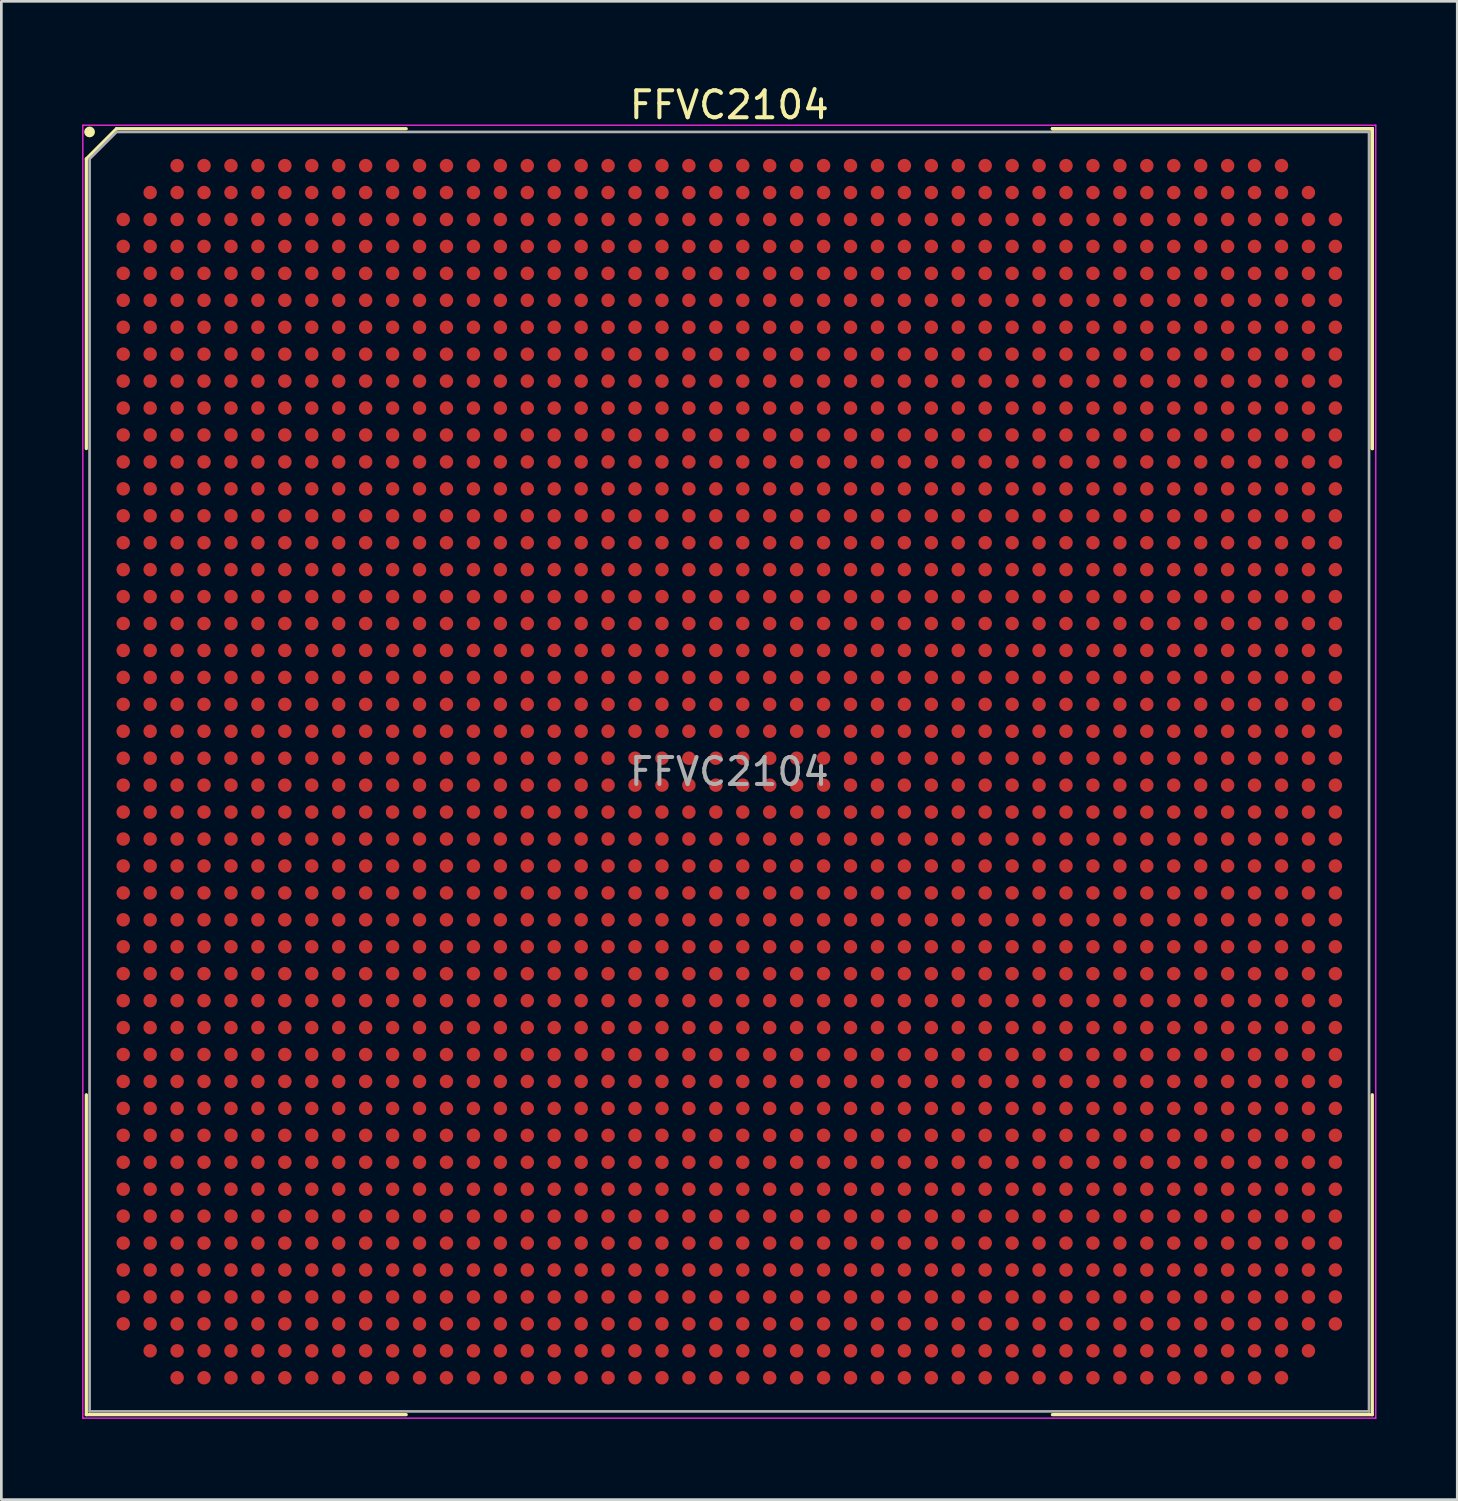
<source format=kicad_pcb>
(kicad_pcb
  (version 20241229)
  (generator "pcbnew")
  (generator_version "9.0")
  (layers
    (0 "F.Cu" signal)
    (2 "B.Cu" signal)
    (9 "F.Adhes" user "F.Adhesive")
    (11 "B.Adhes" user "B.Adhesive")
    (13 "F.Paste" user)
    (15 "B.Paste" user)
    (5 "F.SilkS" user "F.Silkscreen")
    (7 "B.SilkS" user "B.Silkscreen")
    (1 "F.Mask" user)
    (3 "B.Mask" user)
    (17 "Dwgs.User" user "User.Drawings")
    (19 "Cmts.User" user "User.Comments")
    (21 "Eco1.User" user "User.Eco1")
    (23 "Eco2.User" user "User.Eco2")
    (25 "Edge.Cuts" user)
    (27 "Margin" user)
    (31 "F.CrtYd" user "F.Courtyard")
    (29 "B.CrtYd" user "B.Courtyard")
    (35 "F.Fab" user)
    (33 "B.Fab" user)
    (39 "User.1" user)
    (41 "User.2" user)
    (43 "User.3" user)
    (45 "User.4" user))
  (footprint "FFVC2104"
    (layer "F.Cu")
    (at 24.025 25.598)
    (property "Reference" "FFVC2104" (at 0 -24.75 0) (layer "F.SilkS") (effects (font (size 1 1) (thickness 0.15))))
    (attr smd)
    (fp_line (start -23.87 -22.75) (end -23.87 -11.995) (stroke (width 0.12) (type solid)) (layer "F.SilkS"))
    (fp_line (start -23.87 23.87) (end -23.87 11.995) (stroke (width 0.12) (type solid)) (layer "F.SilkS"))
    (fp_line (start -22.75 -23.87) (end -23.87 -22.75) (stroke (width 0.12) (type solid)) (layer "F.SilkS"))
    (fp_line (start -11.995 -23.87) (end -22.75 -23.87) (stroke (width 0.12) (type solid)) (layer "F.SilkS"))
    (fp_line (start -11.995 23.87) (end -23.87 23.87) (stroke (width 0.12) (type solid)) (layer "F.SilkS"))
    (fp_line (start 11.995 -23.87) (end 23.87 -23.87) (stroke (width 0.12) (type solid)) (layer "F.SilkS"))
    (fp_line (start 11.995 -23.87) (end 23.87 -23.87) (stroke (width 0.12) (type solid)) (layer "F.SilkS"))
    (fp_line (start 11.995 -23.87) (end 23.87 -23.87) (stroke (width 0.12) (type solid)) (layer "F.SilkS"))
    (fp_line (start 11.995 23.87) (end 23.87 23.87) (stroke (width 0.12) (type solid)) (layer "F.SilkS"))
    (fp_line (start 23.87 -23.87) (end 23.87 -11.995) (stroke (width 0.12) (type solid)) (layer "F.SilkS"))
    (fp_line (start 23.87 -23.87) (end 23.87 -11.995) (stroke (width 0.12) (type solid)) (layer "F.SilkS"))
    (fp_line (start 23.87 -23.87) (end 23.87 -11.995) (stroke (width 0.12) (type solid)) (layer "F.SilkS"))
    (fp_line (start 23.87 23.87) (end 23.87 11.995) (stroke (width 0.12) (type solid)) (layer "F.SilkS"))
    (fp_circle (center -23.75 -23.75) (end -23.75 -23.65) (stroke (width 0.2) (type solid)) (fill no) (layer "F.SilkS"))
    (fp_line (start -24 -24) (end 24 -24) (stroke (width 0.05) (type solid)) (layer "F.CrtYd"))
    (fp_line (start -24 24) (end -24 -24) (stroke (width 0.05) (type solid)) (layer "F.CrtYd"))
    (fp_line (start 24 -24) (end 24 24) (stroke (width 0.05) (type solid)) (layer "F.CrtYd"))
    (fp_line (start 24 24) (end -24 24) (stroke (width 0.05) (type solid)) (layer "F.CrtYd"))
    (fp_line (start -23.75 -22.75) (end -23.75 23.75) (stroke (width 0.1) (type solid)) (layer "F.Fab"))
    (fp_line (start -23.75 23.75) (end 23.75 23.75) (stroke (width 0.1) (type solid)) (layer "F.Fab"))
    (fp_line (start -22.75 -23.75) (end -23.75 -22.75) (stroke (width 0.1) (type solid)) (layer "F.Fab"))
    (fp_line (start 23.75 -23.75) (end -22.75 -23.75) (stroke (width 0.1) (type solid)) (layer "F.Fab"))
    (fp_line (start 23.75 23.75) (end 23.75 -23.75) (stroke (width 0.1) (type solid)) (layer "F.Fab"))
    (fp_text user "${REFERENCE}" (at 0 0 0) (layer "F.Fab") (effects (font (size 1 1) (thickness 0.15))))
    (pad "A3" smd circle (at -20.5 -22.5) (size 0.5 0.5) (layers "F.Cu" "F.Mask" "F.Paste"))
    (pad "A4" smd circle (at -19.5 -22.5) (size 0.5 0.5) (layers "F.Cu" "F.Mask" "F.Paste"))
    (pad "A5" smd circle (at -18.5 -22.5) (size 0.5 0.5) (layers "F.Cu" "F.Mask" "F.Paste"))
    (pad "A6" smd circle (at -17.5 -22.5) (size 0.5 0.5) (layers "F.Cu" "F.Mask" "F.Paste"))
    (pad "A7" smd circle (at -16.5 -22.5) (size 0.5 0.5) (layers "F.Cu" "F.Mask" "F.Paste"))
    (pad "A8" smd circle (at -15.5 -22.5) (size 0.5 0.5) (layers "F.Cu" "F.Mask" "F.Paste"))
    (pad "A9" smd circle (at -14.5 -22.5) (size 0.5 0.5) (layers "F.Cu" "F.Mask" "F.Paste"))
    (pad "A10" smd circle (at -13.5 -22.5) (size 0.5 0.5) (layers "F.Cu" "F.Mask" "F.Paste"))
    (pad "A11" smd circle (at -12.5 -22.5) (size 0.5 0.5) (layers "F.Cu" "F.Mask" "F.Paste"))
    (pad "A12" smd circle (at -11.5 -22.5) (size 0.5 0.5) (layers "F.Cu" "F.Mask" "F.Paste"))
    (pad "A13" smd circle (at -10.5 -22.5) (size 0.5 0.5) (layers "F.Cu" "F.Mask" "F.Paste"))
    (pad "A14" smd circle (at -9.5 -22.5) (size 0.5 0.5) (layers "F.Cu" "F.Mask" "F.Paste"))
    (pad "A15" smd circle (at -8.5 -22.5) (size 0.5 0.5) (layers "F.Cu" "F.Mask" "F.Paste"))
    (pad "A16" smd circle (at -7.5 -22.5) (size 0.5 0.5) (layers "F.Cu" "F.Mask" "F.Paste"))
    (pad "A17" smd circle (at -6.5 -22.5) (size 0.5 0.5) (layers "F.Cu" "F.Mask" "F.Paste"))
    (pad "A18" smd circle (at -5.5 -22.5) (size 0.5 0.5) (layers "F.Cu" "F.Mask" "F.Paste"))
    (pad "A19" smd circle (at -4.5 -22.5) (size 0.5 0.5) (layers "F.Cu" "F.Mask" "F.Paste"))
    (pad "A20" smd circle (at -3.5 -22.5) (size 0.5 0.5) (layers "F.Cu" "F.Mask" "F.Paste"))
    (pad "A21" smd circle (at -2.5 -22.5) (size 0.5 0.5) (layers "F.Cu" "F.Mask" "F.Paste"))
    (pad "A22" smd circle (at -1.5 -22.5) (size 0.5 0.5) (layers "F.Cu" "F.Mask" "F.Paste"))
    (pad "A23" smd circle (at -0.5 -22.5) (size 0.5 0.5) (layers "F.Cu" "F.Mask" "F.Paste"))
    (pad "A24" smd circle (at 0.5 -22.5) (size 0.5 0.5) (layers "F.Cu" "F.Mask" "F.Paste"))
    (pad "A25" smd circle (at 1.5 -22.5) (size 0.5 0.5) (layers "F.Cu" "F.Mask" "F.Paste"))
    (pad "A26" smd circle (at 2.5 -22.5) (size 0.5 0.5) (layers "F.Cu" "F.Mask" "F.Paste"))
    (pad "A27" smd circle (at 3.5 -22.5) (size 0.5 0.5) (layers "F.Cu" "F.Mask" "F.Paste"))
    (pad "A28" smd circle (at 4.5 -22.5) (size 0.5 0.5) (layers "F.Cu" "F.Mask" "F.Paste"))
    (pad "A29" smd circle (at 5.5 -22.5) (size 0.5 0.5) (layers "F.Cu" "F.Mask" "F.Paste"))
    (pad "A30" smd circle (at 6.5 -22.5) (size 0.5 0.5) (layers "F.Cu" "F.Mask" "F.Paste"))
    (pad "A31" smd circle (at 7.5 -22.5) (size 0.5 0.5) (layers "F.Cu" "F.Mask" "F.Paste"))
    (pad "A32" smd circle (at 8.5 -22.5) (size 0.5 0.5) (layers "F.Cu" "F.Mask" "F.Paste"))
    (pad "A33" smd circle (at 9.5 -22.5) (size 0.5 0.5) (layers "F.Cu" "F.Mask" "F.Paste"))
    (pad "A34" smd circle (at 10.5 -22.5) (size 0.5 0.5) (layers "F.Cu" "F.Mask" "F.Paste"))
    (pad "A35" smd circle (at 11.5 -22.5) (size 0.5 0.5) (layers "F.Cu" "F.Mask" "F.Paste"))
    (pad "A36" smd circle (at 12.5 -22.5) (size 0.5 0.5) (layers "F.Cu" "F.Mask" "F.Paste"))
    (pad "A37" smd circle (at 13.5 -22.5) (size 0.5 0.5) (layers "F.Cu" "F.Mask" "F.Paste"))
    (pad "A38" smd circle (at 14.5 -22.5) (size 0.5 0.5) (layers "F.Cu" "F.Mask" "F.Paste"))
    (pad "A39" smd circle (at 15.5 -22.5) (size 0.5 0.5) (layers "F.Cu" "F.Mask" "F.Paste"))
    (pad "A40" smd circle (at 16.5 -22.5) (size 0.5 0.5) (layers "F.Cu" "F.Mask" "F.Paste"))
    (pad "A41" smd circle (at 17.5 -22.5) (size 0.5 0.5) (layers "F.Cu" "F.Mask" "F.Paste"))
    (pad "A42" smd circle (at 18.5 -22.5) (size 0.5 0.5) (layers "F.Cu" "F.Mask" "F.Paste"))
    (pad "A43" smd circle (at 19.5 -22.5) (size 0.5 0.5) (layers "F.Cu" "F.Mask" "F.Paste"))
    (pad "A44" smd circle (at 20.5 -22.5) (size 0.5 0.5) (layers "F.Cu" "F.Mask" "F.Paste"))
    (pad "AA1" smd circle (at -22.5 -2.5) (size 0.5 0.5) (layers "F.Cu" "F.Mask" "F.Paste"))
    (pad "AA2" smd circle (at -21.5 -2.5) (size 0.5 0.5) (layers "F.Cu" "F.Mask" "F.Paste"))
    (pad "AA3" smd circle (at -20.5 -2.5) (size 0.5 0.5) (layers "F.Cu" "F.Mask" "F.Paste"))
    (pad "AA4" smd circle (at -19.5 -2.5) (size 0.5 0.5) (layers "F.Cu" "F.Mask" "F.Paste"))
    (pad "AA5" smd circle (at -18.5 -2.5) (size 0.5 0.5) (layers "F.Cu" "F.Mask" "F.Paste"))
    (pad "AA6" smd circle (at -17.5 -2.5) (size 0.5 0.5) (layers "F.Cu" "F.Mask" "F.Paste"))
    (pad "AA7" smd circle (at -16.5 -2.5) (size 0.5 0.5) (layers "F.Cu" "F.Mask" "F.Paste"))
    (pad "AA8" smd circle (at -15.5 -2.5) (size 0.5 0.5) (layers "F.Cu" "F.Mask" "F.Paste"))
    (pad "AA9" smd circle (at -14.5 -2.5) (size 0.5 0.5) (layers "F.Cu" "F.Mask" "F.Paste"))
    (pad "AA10" smd circle (at -13.5 -2.5) (size 0.5 0.5) (layers "F.Cu" "F.Mask" "F.Paste"))
    (pad "AA11" smd circle (at -12.5 -2.5) (size 0.5 0.5) (layers "F.Cu" "F.Mask" "F.Paste"))
    (pad "AA12" smd circle (at -11.5 -2.5) (size 0.5 0.5) (layers "F.Cu" "F.Mask" "F.Paste"))
    (pad "AA13" smd circle (at -10.5 -2.5) (size 0.5 0.5) (layers "F.Cu" "F.Mask" "F.Paste"))
    (pad "AA14" smd circle (at -9.5 -2.5) (size 0.5 0.5) (layers "F.Cu" "F.Mask" "F.Paste"))
    (pad "AA15" smd circle (at -8.5 -2.5) (size 0.5 0.5) (layers "F.Cu" "F.Mask" "F.Paste"))
    (pad "AA16" smd circle (at -7.5 -2.5) (size 0.5 0.5) (layers "F.Cu" "F.Mask" "F.Paste"))
    (pad "AA17" smd circle (at -6.5 -2.5) (size 0.5 0.5) (layers "F.Cu" "F.Mask" "F.Paste"))
    (pad "AA18" smd circle (at -5.5 -2.5) (size 0.5 0.5) (layers "F.Cu" "F.Mask" "F.Paste"))
    (pad "AA19" smd circle (at -4.5 -2.5) (size 0.5 0.5) (layers "F.Cu" "F.Mask" "F.Paste"))
    (pad "AA20" smd circle (at -3.5 -2.5) (size 0.5 0.5) (layers "F.Cu" "F.Mask" "F.Paste"))
    (pad "AA21" smd circle (at -2.5 -2.5) (size 0.5 0.5) (layers "F.Cu" "F.Mask" "F.Paste"))
    (pad "AA22" smd circle (at -1.5 -2.5) (size 0.5 0.5) (layers "F.Cu" "F.Mask" "F.Paste"))
    (pad "AA23" smd circle (at -0.5 -2.5) (size 0.5 0.5) (layers "F.Cu" "F.Mask" "F.Paste"))
    (pad "AA24" smd circle (at 0.5 -2.5) (size 0.5 0.5) (layers "F.Cu" "F.Mask" "F.Paste"))
    (pad "AA25" smd circle (at 1.5 -2.5) (size 0.5 0.5) (layers "F.Cu" "F.Mask" "F.Paste"))
    (pad "AA26" smd circle (at 2.5 -2.5) (size 0.5 0.5) (layers "F.Cu" "F.Mask" "F.Paste"))
    (pad "AA27" smd circle (at 3.5 -2.5) (size 0.5 0.5) (layers "F.Cu" "F.Mask" "F.Paste"))
    (pad "AA28" smd circle (at 4.5 -2.5) (size 0.5 0.5) (layers "F.Cu" "F.Mask" "F.Paste"))
    (pad "AA29" smd circle (at 5.5 -2.5) (size 0.5 0.5) (layers "F.Cu" "F.Mask" "F.Paste"))
    (pad "AA30" smd circle (at 6.5 -2.5) (size 0.5 0.5) (layers "F.Cu" "F.Mask" "F.Paste"))
    (pad "AA31" smd circle (at 7.5 -2.5) (size 0.5 0.5) (layers "F.Cu" "F.Mask" "F.Paste"))
    (pad "AA32" smd circle (at 8.5 -2.5) (size 0.5 0.5) (layers "F.Cu" "F.Mask" "F.Paste"))
    (pad "AA33" smd circle (at 9.5 -2.5) (size 0.5 0.5) (layers "F.Cu" "F.Mask" "F.Paste"))
    (pad "AA34" smd circle (at 10.5 -2.5) (size 0.5 0.5) (layers "F.Cu" "F.Mask" "F.Paste"))
    (pad "AA35" smd circle (at 11.5 -2.5) (size 0.5 0.5) (layers "F.Cu" "F.Mask" "F.Paste"))
    (pad "AA36" smd circle (at 12.5 -2.5) (size 0.5 0.5) (layers "F.Cu" "F.Mask" "F.Paste"))
    (pad "AA37" smd circle (at 13.5 -2.5) (size 0.5 0.5) (layers "F.Cu" "F.Mask" "F.Paste"))
    (pad "AA38" smd circle (at 14.5 -2.5) (size 0.5 0.5) (layers "F.Cu" "F.Mask" "F.Paste"))
    (pad "AA39" smd circle (at 15.5 -2.5) (size 0.5 0.5) (layers "F.Cu" "F.Mask" "F.Paste"))
    (pad "AA40" smd circle (at 16.5 -2.5) (size 0.5 0.5) (layers "F.Cu" "F.Mask" "F.Paste"))
    (pad "AA41" smd circle (at 17.5 -2.5) (size 0.5 0.5) (layers "F.Cu" "F.Mask" "F.Paste"))
    (pad "AA42" smd circle (at 18.5 -2.5) (size 0.5 0.5) (layers "F.Cu" "F.Mask" "F.Paste"))
    (pad "AA43" smd circle (at 19.5 -2.5) (size 0.5 0.5) (layers "F.Cu" "F.Mask" "F.Paste"))
    (pad "AA44" smd circle (at 20.5 -2.5) (size 0.5 0.5) (layers "F.Cu" "F.Mask" "F.Paste"))
    (pad "AA45" smd circle (at 21.5 -2.5) (size 0.5 0.5) (layers "F.Cu" "F.Mask" "F.Paste"))
    (pad "AA46" smd circle (at 22.5 -2.5) (size 0.5 0.5) (layers "F.Cu" "F.Mask" "F.Paste"))
    (pad "AB1" smd circle (at -22.5 -1.5) (size 0.5 0.5) (layers "F.Cu" "F.Mask" "F.Paste"))
    (pad "AB2" smd circle (at -21.5 -1.5) (size 0.5 0.5) (layers "F.Cu" "F.Mask" "F.Paste"))
    (pad "AB3" smd circle (at -20.5 -1.5) (size 0.5 0.5) (layers "F.Cu" "F.Mask" "F.Paste"))
    (pad "AB4" smd circle (at -19.5 -1.5) (size 0.5 0.5) (layers "F.Cu" "F.Mask" "F.Paste"))
    (pad "AB5" smd circle (at -18.5 -1.5) (size 0.5 0.5) (layers "F.Cu" "F.Mask" "F.Paste"))
    (pad "AB6" smd circle (at -17.5 -1.5) (size 0.5 0.5) (layers "F.Cu" "F.Mask" "F.Paste"))
    (pad "AB7" smd circle (at -16.5 -1.5) (size 0.5 0.5) (layers "F.Cu" "F.Mask" "F.Paste"))
    (pad "AB8" smd circle (at -15.5 -1.5) (size 0.5 0.5) (layers "F.Cu" "F.Mask" "F.Paste"))
    (pad "AB9" smd circle (at -14.5 -1.5) (size 0.5 0.5) (layers "F.Cu" "F.Mask" "F.Paste"))
    (pad "AB10" smd circle (at -13.5 -1.5) (size 0.5 0.5) (layers "F.Cu" "F.Mask" "F.Paste"))
    (pad "AB11" smd circle (at -12.5 -1.5) (size 0.5 0.5) (layers "F.Cu" "F.Mask" "F.Paste"))
    (pad "AB12" smd circle (at -11.5 -1.5) (size 0.5 0.5) (layers "F.Cu" "F.Mask" "F.Paste"))
    (pad "AB13" smd circle (at -10.5 -1.5) (size 0.5 0.5) (layers "F.Cu" "F.Mask" "F.Paste"))
    (pad "AB14" smd circle (at -9.5 -1.5) (size 0.5 0.5) (layers "F.Cu" "F.Mask" "F.Paste"))
    (pad "AB15" smd circle (at -8.5 -1.5) (size 0.5 0.5) (layers "F.Cu" "F.Mask" "F.Paste"))
    (pad "AB16" smd circle (at -7.5 -1.5) (size 0.5 0.5) (layers "F.Cu" "F.Mask" "F.Paste"))
    (pad "AB17" smd circle (at -6.5 -1.5) (size 0.5 0.5) (layers "F.Cu" "F.Mask" "F.Paste"))
    (pad "AB18" smd circle (at -5.5 -1.5) (size 0.5 0.5) (layers "F.Cu" "F.Mask" "F.Paste"))
    (pad "AB19" smd circle (at -4.5 -1.5) (size 0.5 0.5) (layers "F.Cu" "F.Mask" "F.Paste"))
    (pad "AB20" smd circle (at -3.5 -1.5) (size 0.5 0.5) (layers "F.Cu" "F.Mask" "F.Paste"))
    (pad "AB21" smd circle (at -2.5 -1.5) (size 0.5 0.5) (layers "F.Cu" "F.Mask" "F.Paste"))
    (pad "AB22" smd circle (at -1.5 -1.5) (size 0.5 0.5) (layers "F.Cu" "F.Mask" "F.Paste"))
    (pad "AB23" smd circle (at -0.5 -1.5) (size 0.5 0.5) (layers "F.Cu" "F.Mask" "F.Paste"))
    (pad "AB24" smd circle (at 0.5 -1.5) (size 0.5 0.5) (layers "F.Cu" "F.Mask" "F.Paste"))
    (pad "AB25" smd circle (at 1.5 -1.5) (size 0.5 0.5) (layers "F.Cu" "F.Mask" "F.Paste"))
    (pad "AB26" smd circle (at 2.5 -1.5) (size 0.5 0.5) (layers "F.Cu" "F.Mask" "F.Paste"))
    (pad "AB27" smd circle (at 3.5 -1.5) (size 0.5 0.5) (layers "F.Cu" "F.Mask" "F.Paste"))
    (pad "AB28" smd circle (at 4.5 -1.5) (size 0.5 0.5) (layers "F.Cu" "F.Mask" "F.Paste"))
    (pad "AB29" smd circle (at 5.5 -1.5) (size 0.5 0.5) (layers "F.Cu" "F.Mask" "F.Paste"))
    (pad "AB30" smd circle (at 6.5 -1.5) (size 0.5 0.5) (layers "F.Cu" "F.Mask" "F.Paste"))
    (pad "AB31" smd circle (at 7.5 -1.5) (size 0.5 0.5) (layers "F.Cu" "F.Mask" "F.Paste"))
    (pad "AB32" smd circle (at 8.5 -1.5) (size 0.5 0.5) (layers "F.Cu" "F.Mask" "F.Paste"))
    (pad "AB33" smd circle (at 9.5 -1.5) (size 0.5 0.5) (layers "F.Cu" "F.Mask" "F.Paste"))
    (pad "AB34" smd circle (at 10.5 -1.5) (size 0.5 0.5) (layers "F.Cu" "F.Mask" "F.Paste"))
    (pad "AB35" smd circle (at 11.5 -1.5) (size 0.5 0.5) (layers "F.Cu" "F.Mask" "F.Paste"))
    (pad "AB36" smd circle (at 12.5 -1.5) (size 0.5 0.5) (layers "F.Cu" "F.Mask" "F.Paste"))
    (pad "AB37" smd circle (at 13.5 -1.5) (size 0.5 0.5) (layers "F.Cu" "F.Mask" "F.Paste"))
    (pad "AB38" smd circle (at 14.5 -1.5) (size 0.5 0.5) (layers "F.Cu" "F.Mask" "F.Paste"))
    (pad "AB39" smd circle (at 15.5 -1.5) (size 0.5 0.5) (layers "F.Cu" "F.Mask" "F.Paste"))
    (pad "AB40" smd circle (at 16.5 -1.5) (size 0.5 0.5) (layers "F.Cu" "F.Mask" "F.Paste"))
    (pad "AB41" smd circle (at 17.5 -1.5) (size 0.5 0.5) (layers "F.Cu" "F.Mask" "F.Paste"))
    (pad "AB42" smd circle (at 18.5 -1.5) (size 0.5 0.5) (layers "F.Cu" "F.Mask" "F.Paste"))
    (pad "AB43" smd circle (at 19.5 -1.5) (size 0.5 0.5) (layers "F.Cu" "F.Mask" "F.Paste"))
    (pad "AB44" smd circle (at 20.5 -1.5) (size 0.5 0.5) (layers "F.Cu" "F.Mask" "F.Paste"))
    (pad "AB45" smd circle (at 21.5 -1.5) (size 0.5 0.5) (layers "F.Cu" "F.Mask" "F.Paste"))
    (pad "AB46" smd circle (at 22.5 -1.5) (size 0.5 0.5) (layers "F.Cu" "F.Mask" "F.Paste"))
    (pad "AC1" smd circle (at -22.5 -0.5) (size 0.5 0.5) (layers "F.Cu" "F.Mask" "F.Paste"))
    (pad "AC2" smd circle (at -21.5 -0.5) (size 0.5 0.5) (layers "F.Cu" "F.Mask" "F.Paste"))
    (pad "AC3" smd circle (at -20.5 -0.5) (size 0.5 0.5) (layers "F.Cu" "F.Mask" "F.Paste"))
    (pad "AC4" smd circle (at -19.5 -0.5) (size 0.5 0.5) (layers "F.Cu" "F.Mask" "F.Paste"))
    (pad "AC5" smd circle (at -18.5 -0.5) (size 0.5 0.5) (layers "F.Cu" "F.Mask" "F.Paste"))
    (pad "AC6" smd circle (at -17.5 -0.5) (size 0.5 0.5) (layers "F.Cu" "F.Mask" "F.Paste"))
    (pad "AC7" smd circle (at -16.5 -0.5) (size 0.5 0.5) (layers "F.Cu" "F.Mask" "F.Paste"))
    (pad "AC8" smd circle (at -15.5 -0.5) (size 0.5 0.5) (layers "F.Cu" "F.Mask" "F.Paste"))
    (pad "AC9" smd circle (at -14.5 -0.5) (size 0.5 0.5) (layers "F.Cu" "F.Mask" "F.Paste"))
    (pad "AC10" smd circle (at -13.5 -0.5) (size 0.5 0.5) (layers "F.Cu" "F.Mask" "F.Paste"))
    (pad "AC11" smd circle (at -12.5 -0.5) (size 0.5 0.5) (layers "F.Cu" "F.Mask" "F.Paste"))
    (pad "AC12" smd circle (at -11.5 -0.5) (size 0.5 0.5) (layers "F.Cu" "F.Mask" "F.Paste"))
    (pad "AC13" smd circle (at -10.5 -0.5) (size 0.5 0.5) (layers "F.Cu" "F.Mask" "F.Paste"))
    (pad "AC14" smd circle (at -9.5 -0.5) (size 0.5 0.5) (layers "F.Cu" "F.Mask" "F.Paste"))
    (pad "AC15" smd circle (at -8.5 -0.5) (size 0.5 0.5) (layers "F.Cu" "F.Mask" "F.Paste"))
    (pad "AC16" smd circle (at -7.5 -0.5) (size 0.5 0.5) (layers "F.Cu" "F.Mask" "F.Paste"))
    (pad "AC17" smd circle (at -6.5 -0.5) (size 0.5 0.5) (layers "F.Cu" "F.Mask" "F.Paste"))
    (pad "AC18" smd circle (at -5.5 -0.5) (size 0.5 0.5) (layers "F.Cu" "F.Mask" "F.Paste"))
    (pad "AC19" smd circle (at -4.5 -0.5) (size 0.5 0.5) (layers "F.Cu" "F.Mask" "F.Paste"))
    (pad "AC20" smd circle (at -3.5 -0.5) (size 0.5 0.5) (layers "F.Cu" "F.Mask" "F.Paste"))
    (pad "AC21" smd circle (at -2.5 -0.5) (size 0.5 0.5) (layers "F.Cu" "F.Mask" "F.Paste"))
    (pad "AC22" smd circle (at -1.5 -0.5) (size 0.5 0.5) (layers "F.Cu" "F.Mask" "F.Paste"))
    (pad "AC23" smd circle (at -0.5 -0.5) (size 0.5 0.5) (layers "F.Cu" "F.Mask" "F.Paste"))
    (pad "AC24" smd circle (at 0.5 -0.5) (size 0.5 0.5) (layers "F.Cu" "F.Mask" "F.Paste"))
    (pad "AC25" smd circle (at 1.5 -0.5) (size 0.5 0.5) (layers "F.Cu" "F.Mask" "F.Paste"))
    (pad "AC26" smd circle (at 2.5 -0.5) (size 0.5 0.5) (layers "F.Cu" "F.Mask" "F.Paste"))
    (pad "AC27" smd circle (at 3.5 -0.5) (size 0.5 0.5) (layers "F.Cu" "F.Mask" "F.Paste"))
    (pad "AC28" smd circle (at 4.5 -0.5) (size 0.5 0.5) (layers "F.Cu" "F.Mask" "F.Paste"))
    (pad "AC29" smd circle (at 5.5 -0.5) (size 0.5 0.5) (layers "F.Cu" "F.Mask" "F.Paste"))
    (pad "AC30" smd circle (at 6.5 -0.5) (size 0.5 0.5) (layers "F.Cu" "F.Mask" "F.Paste"))
    (pad "AC31" smd circle (at 7.5 -0.5) (size 0.5 0.5) (layers "F.Cu" "F.Mask" "F.Paste"))
    (pad "AC32" smd circle (at 8.5 -0.5) (size 0.5 0.5) (layers "F.Cu" "F.Mask" "F.Paste"))
    (pad "AC33" smd circle (at 9.5 -0.5) (size 0.5 0.5) (layers "F.Cu" "F.Mask" "F.Paste"))
    (pad "AC34" smd circle (at 10.5 -0.5) (size 0.5 0.5) (layers "F.Cu" "F.Mask" "F.Paste"))
    (pad "AC35" smd circle (at 11.5 -0.5) (size 0.5 0.5) (layers "F.Cu" "F.Mask" "F.Paste"))
    (pad "AC36" smd circle (at 12.5 -0.5) (size 0.5 0.5) (layers "F.Cu" "F.Mask" "F.Paste"))
    (pad "AC37" smd circle (at 13.5 -0.5) (size 0.5 0.5) (layers "F.Cu" "F.Mask" "F.Paste"))
    (pad "AC38" smd circle (at 14.5 -0.5) (size 0.5 0.5) (layers "F.Cu" "F.Mask" "F.Paste"))
    (pad "AC39" smd circle (at 15.5 -0.5) (size 0.5 0.5) (layers "F.Cu" "F.Mask" "F.Paste"))
    (pad "AC40" smd circle (at 16.5 -0.5) (size 0.5 0.5) (layers "F.Cu" "F.Mask" "F.Paste"))
    (pad "AC41" smd circle (at 17.5 -0.5) (size 0.5 0.5) (layers "F.Cu" "F.Mask" "F.Paste"))
    (pad "AC42" smd circle (at 18.5 -0.5) (size 0.5 0.5) (layers "F.Cu" "F.Mask" "F.Paste"))
    (pad "AC43" smd circle (at 19.5 -0.5) (size 0.5 0.5) (layers "F.Cu" "F.Mask" "F.Paste"))
    (pad "AC44" smd circle (at 20.5 -0.5) (size 0.5 0.5) (layers "F.Cu" "F.Mask" "F.Paste"))
    (pad "AC45" smd circle (at 21.5 -0.5) (size 0.5 0.5) (layers "F.Cu" "F.Mask" "F.Paste"))
    (pad "AC46" smd circle (at 22.5 -0.5) (size 0.5 0.5) (layers "F.Cu" "F.Mask" "F.Paste"))
    (pad "AD1" smd circle (at -22.5 0.5) (size 0.5 0.5) (layers "F.Cu" "F.Mask" "F.Paste"))
    (pad "AD2" smd circle (at -21.5 0.5) (size 0.5 0.5) (layers "F.Cu" "F.Mask" "F.Paste"))
    (pad "AD3" smd circle (at -20.5 0.5) (size 0.5 0.5) (layers "F.Cu" "F.Mask" "F.Paste"))
    (pad "AD4" smd circle (at -19.5 0.5) (size 0.5 0.5) (layers "F.Cu" "F.Mask" "F.Paste"))
    (pad "AD5" smd circle (at -18.5 0.5) (size 0.5 0.5) (layers "F.Cu" "F.Mask" "F.Paste"))
    (pad "AD6" smd circle (at -17.5 0.5) (size 0.5 0.5) (layers "F.Cu" "F.Mask" "F.Paste"))
    (pad "AD7" smd circle (at -16.5 0.5) (size 0.5 0.5) (layers "F.Cu" "F.Mask" "F.Paste"))
    (pad "AD8" smd circle (at -15.5 0.5) (size 0.5 0.5) (layers "F.Cu" "F.Mask" "F.Paste"))
    (pad "AD9" smd circle (at -14.5 0.5) (size 0.5 0.5) (layers "F.Cu" "F.Mask" "F.Paste"))
    (pad "AD10" smd circle (at -13.5 0.5) (size 0.5 0.5) (layers "F.Cu" "F.Mask" "F.Paste"))
    (pad "AD11" smd circle (at -12.5 0.5) (size 0.5 0.5) (layers "F.Cu" "F.Mask" "F.Paste"))
    (pad "AD12" smd circle (at -11.5 0.5) (size 0.5 0.5) (layers "F.Cu" "F.Mask" "F.Paste"))
    (pad "AD13" smd circle (at -10.5 0.5) (size 0.5 0.5) (layers "F.Cu" "F.Mask" "F.Paste"))
    (pad "AD14" smd circle (at -9.5 0.5) (size 0.5 0.5) (layers "F.Cu" "F.Mask" "F.Paste"))
    (pad "AD15" smd circle (at -8.5 0.5) (size 0.5 0.5) (layers "F.Cu" "F.Mask" "F.Paste"))
    (pad "AD16" smd circle (at -7.5 0.5) (size 0.5 0.5) (layers "F.Cu" "F.Mask" "F.Paste"))
    (pad "AD17" smd circle (at -6.5 0.5) (size 0.5 0.5) (layers "F.Cu" "F.Mask" "F.Paste"))
    (pad "AD18" smd circle (at -5.5 0.5) (size 0.5 0.5) (layers "F.Cu" "F.Mask" "F.Paste"))
    (pad "AD19" smd circle (at -4.5 0.5) (size 0.5 0.5) (layers "F.Cu" "F.Mask" "F.Paste"))
    (pad "AD20" smd circle (at -3.5 0.5) (size 0.5 0.5) (layers "F.Cu" "F.Mask" "F.Paste"))
    (pad "AD21" smd circle (at -2.5 0.5) (size 0.5 0.5) (layers "F.Cu" "F.Mask" "F.Paste"))
    (pad "AD22" smd circle (at -1.5 0.5) (size 0.5 0.5) (layers "F.Cu" "F.Mask" "F.Paste"))
    (pad "AD23" smd circle (at -0.5 0.5) (size 0.5 0.5) (layers "F.Cu" "F.Mask" "F.Paste"))
    (pad "AD24" smd circle (at 0.5 0.5) (size 0.5 0.5) (layers "F.Cu" "F.Mask" "F.Paste"))
    (pad "AD25" smd circle (at 1.5 0.5) (size 0.5 0.5) (layers "F.Cu" "F.Mask" "F.Paste"))
    (pad "AD26" smd circle (at 2.5 0.5) (size 0.5 0.5) (layers "F.Cu" "F.Mask" "F.Paste"))
    (pad "AD27" smd circle (at 3.5 0.5) (size 0.5 0.5) (layers "F.Cu" "F.Mask" "F.Paste"))
    (pad "AD28" smd circle (at 4.5 0.5) (size 0.5 0.5) (layers "F.Cu" "F.Mask" "F.Paste"))
    (pad "AD29" smd circle (at 5.5 0.5) (size 0.5 0.5) (layers "F.Cu" "F.Mask" "F.Paste"))
    (pad "AD30" smd circle (at 6.5 0.5) (size 0.5 0.5) (layers "F.Cu" "F.Mask" "F.Paste"))
    (pad "AD31" smd circle (at 7.5 0.5) (size 0.5 0.5) (layers "F.Cu" "F.Mask" "F.Paste"))
    (pad "AD32" smd circle (at 8.5 0.5) (size 0.5 0.5) (layers "F.Cu" "F.Mask" "F.Paste"))
    (pad "AD33" smd circle (at 9.5 0.5) (size 0.5 0.5) (layers "F.Cu" "F.Mask" "F.Paste"))
    (pad "AD34" smd circle (at 10.5 0.5) (size 0.5 0.5) (layers "F.Cu" "F.Mask" "F.Paste"))
    (pad "AD35" smd circle (at 11.5 0.5) (size 0.5 0.5) (layers "F.Cu" "F.Mask" "F.Paste"))
    (pad "AD36" smd circle (at 12.5 0.5) (size 0.5 0.5) (layers "F.Cu" "F.Mask" "F.Paste"))
    (pad "AD37" smd circle (at 13.5 0.5) (size 0.5 0.5) (layers "F.Cu" "F.Mask" "F.Paste"))
    (pad "AD38" smd circle (at 14.5 0.5) (size 0.5 0.5) (layers "F.Cu" "F.Mask" "F.Paste"))
    (pad "AD39" smd circle (at 15.5 0.5) (size 0.5 0.5) (layers "F.Cu" "F.Mask" "F.Paste"))
    (pad "AD40" smd circle (at 16.5 0.5) (size 0.5 0.5) (layers "F.Cu" "F.Mask" "F.Paste"))
    (pad "AD41" smd circle (at 17.5 0.5) (size 0.5 0.5) (layers "F.Cu" "F.Mask" "F.Paste"))
    (pad "AD42" smd circle (at 18.5 0.5) (size 0.5 0.5) (layers "F.Cu" "F.Mask" "F.Paste"))
    (pad "AD43" smd circle (at 19.5 0.5) (size 0.5 0.5) (layers "F.Cu" "F.Mask" "F.Paste"))
    (pad "AD44" smd circle (at 20.5 0.5) (size 0.5 0.5) (layers "F.Cu" "F.Mask" "F.Paste"))
    (pad "AD45" smd circle (at 21.5 0.5) (size 0.5 0.5) (layers "F.Cu" "F.Mask" "F.Paste"))
    (pad "AD46" smd circle (at 22.5 0.5) (size 0.5 0.5) (layers "F.Cu" "F.Mask" "F.Paste"))
    (pad "AE1" smd circle (at -22.5 1.5) (size 0.5 0.5) (layers "F.Cu" "F.Mask" "F.Paste"))
    (pad "AE2" smd circle (at -21.5 1.5) (size 0.5 0.5) (layers "F.Cu" "F.Mask" "F.Paste"))
    (pad "AE3" smd circle (at -20.5 1.5) (size 0.5 0.5) (layers "F.Cu" "F.Mask" "F.Paste"))
    (pad "AE4" smd circle (at -19.5 1.5) (size 0.5 0.5) (layers "F.Cu" "F.Mask" "F.Paste"))
    (pad "AE5" smd circle (at -18.5 1.5) (size 0.5 0.5) (layers "F.Cu" "F.Mask" "F.Paste"))
    (pad "AE6" smd circle (at -17.5 1.5) (size 0.5 0.5) (layers "F.Cu" "F.Mask" "F.Paste"))
    (pad "AE7" smd circle (at -16.5 1.5) (size 0.5 0.5) (layers "F.Cu" "F.Mask" "F.Paste"))
    (pad "AE8" smd circle (at -15.5 1.5) (size 0.5 0.5) (layers "F.Cu" "F.Mask" "F.Paste"))
    (pad "AE9" smd circle (at -14.5 1.5) (size 0.5 0.5) (layers "F.Cu" "F.Mask" "F.Paste"))
    (pad "AE10" smd circle (at -13.5 1.5) (size 0.5 0.5) (layers "F.Cu" "F.Mask" "F.Paste"))
    (pad "AE11" smd circle (at -12.5 1.5) (size 0.5 0.5) (layers "F.Cu" "F.Mask" "F.Paste"))
    (pad "AE12" smd circle (at -11.5 1.5) (size 0.5 0.5) (layers "F.Cu" "F.Mask" "F.Paste"))
    (pad "AE13" smd circle (at -10.5 1.5) (size 0.5 0.5) (layers "F.Cu" "F.Mask" "F.Paste"))
    (pad "AE14" smd circle (at -9.5 1.5) (size 0.5 0.5) (layers "F.Cu" "F.Mask" "F.Paste"))
    (pad "AE15" smd circle (at -8.5 1.5) (size 0.5 0.5) (layers "F.Cu" "F.Mask" "F.Paste"))
    (pad "AE16" smd circle (at -7.5 1.5) (size 0.5 0.5) (layers "F.Cu" "F.Mask" "F.Paste"))
    (pad "AE17" smd circle (at -6.5 1.5) (size 0.5 0.5) (layers "F.Cu" "F.Mask" "F.Paste"))
    (pad "AE18" smd circle (at -5.5 1.5) (size 0.5 0.5) (layers "F.Cu" "F.Mask" "F.Paste"))
    (pad "AE19" smd circle (at -4.5 1.5) (size 0.5 0.5) (layers "F.Cu" "F.Mask" "F.Paste"))
    (pad "AE20" smd circle (at -3.5 1.5) (size 0.5 0.5) (layers "F.Cu" "F.Mask" "F.Paste"))
    (pad "AE21" smd circle (at -2.5 1.5) (size 0.5 0.5) (layers "F.Cu" "F.Mask" "F.Paste"))
    (pad "AE22" smd circle (at -1.5 1.5) (size 0.5 0.5) (layers "F.Cu" "F.Mask" "F.Paste"))
    (pad "AE23" smd circle (at -0.5 1.5) (size 0.5 0.5) (layers "F.Cu" "F.Mask" "F.Paste"))
    (pad "AE24" smd circle (at 0.5 1.5) (size 0.5 0.5) (layers "F.Cu" "F.Mask" "F.Paste"))
    (pad "AE25" smd circle (at 1.5 1.5) (size 0.5 0.5) (layers "F.Cu" "F.Mask" "F.Paste"))
    (pad "AE26" smd circle (at 2.5 1.5) (size 0.5 0.5) (layers "F.Cu" "F.Mask" "F.Paste"))
    (pad "AE27" smd circle (at 3.5 1.5) (size 0.5 0.5) (layers "F.Cu" "F.Mask" "F.Paste"))
    (pad "AE28" smd circle (at 4.5 1.5) (size 0.5 0.5) (layers "F.Cu" "F.Mask" "F.Paste"))
    (pad "AE29" smd circle (at 5.5 1.5) (size 0.5 0.5) (layers "F.Cu" "F.Mask" "F.Paste"))
    (pad "AE30" smd circle (at 6.5 1.5) (size 0.5 0.5) (layers "F.Cu" "F.Mask" "F.Paste"))
    (pad "AE31" smd circle (at 7.5 1.5) (size 0.5 0.5) (layers "F.Cu" "F.Mask" "F.Paste"))
    (pad "AE32" smd circle (at 8.5 1.5) (size 0.5 0.5) (layers "F.Cu" "F.Mask" "F.Paste"))
    (pad "AE33" smd circle (at 9.5 1.5) (size 0.5 0.5) (layers "F.Cu" "F.Mask" "F.Paste"))
    (pad "AE34" smd circle (at 10.5 1.5) (size 0.5 0.5) (layers "F.Cu" "F.Mask" "F.Paste"))
    (pad "AE35" smd circle (at 11.5 1.5) (size 0.5 0.5) (layers "F.Cu" "F.Mask" "F.Paste"))
    (pad "AE36" smd circle (at 12.5 1.5) (size 0.5 0.5) (layers "F.Cu" "F.Mask" "F.Paste"))
    (pad "AE37" smd circle (at 13.5 1.5) (size 0.5 0.5) (layers "F.Cu" "F.Mask" "F.Paste"))
    (pad "AE38" smd circle (at 14.5 1.5) (size 0.5 0.5) (layers "F.Cu" "F.Mask" "F.Paste"))
    (pad "AE39" smd circle (at 15.5 1.5) (size 0.5 0.5) (layers "F.Cu" "F.Mask" "F.Paste"))
    (pad "AE40" smd circle (at 16.5 1.5) (size 0.5 0.5) (layers "F.Cu" "F.Mask" "F.Paste"))
    (pad "AE41" smd circle (at 17.5 1.5) (size 0.5 0.5) (layers "F.Cu" "F.Mask" "F.Paste"))
    (pad "AE42" smd circle (at 18.5 1.5) (size 0.5 0.5) (layers "F.Cu" "F.Mask" "F.Paste"))
    (pad "AE43" smd circle (at 19.5 1.5) (size 0.5 0.5) (layers "F.Cu" "F.Mask" "F.Paste"))
    (pad "AE44" smd circle (at 20.5 1.5) (size 0.5 0.5) (layers "F.Cu" "F.Mask" "F.Paste"))
    (pad "AE45" smd circle (at 21.5 1.5) (size 0.5 0.5) (layers "F.Cu" "F.Mask" "F.Paste"))
    (pad "AE46" smd circle (at 22.5 1.5) (size 0.5 0.5) (layers "F.Cu" "F.Mask" "F.Paste"))
    (pad "AF1" smd circle (at -22.5 2.5) (size 0.5 0.5) (layers "F.Cu" "F.Mask" "F.Paste"))
    (pad "AF2" smd circle (at -21.5 2.5) (size 0.5 0.5) (layers "F.Cu" "F.Mask" "F.Paste"))
    (pad "AF3" smd circle (at -20.5 2.5) (size 0.5 0.5) (layers "F.Cu" "F.Mask" "F.Paste"))
    (pad "AF4" smd circle (at -19.5 2.5) (size 0.5 0.5) (layers "F.Cu" "F.Mask" "F.Paste"))
    (pad "AF5" smd circle (at -18.5 2.5) (size 0.5 0.5) (layers "F.Cu" "F.Mask" "F.Paste"))
    (pad "AF6" smd circle (at -17.5 2.5) (size 0.5 0.5) (layers "F.Cu" "F.Mask" "F.Paste"))
    (pad "AF7" smd circle (at -16.5 2.5) (size 0.5 0.5) (layers "F.Cu" "F.Mask" "F.Paste"))
    (pad "AF8" smd circle (at -15.5 2.5) (size 0.5 0.5) (layers "F.Cu" "F.Mask" "F.Paste"))
    (pad "AF9" smd circle (at -14.5 2.5) (size 0.5 0.5) (layers "F.Cu" "F.Mask" "F.Paste"))
    (pad "AF10" smd circle (at -13.5 2.5) (size 0.5 0.5) (layers "F.Cu" "F.Mask" "F.Paste"))
    (pad "AF11" smd circle (at -12.5 2.5) (size 0.5 0.5) (layers "F.Cu" "F.Mask" "F.Paste"))
    (pad "AF12" smd circle (at -11.5 2.5) (size 0.5 0.5) (layers "F.Cu" "F.Mask" "F.Paste"))
    (pad "AF13" smd circle (at -10.5 2.5) (size 0.5 0.5) (layers "F.Cu" "F.Mask" "F.Paste"))
    (pad "AF14" smd circle (at -9.5 2.5) (size 0.5 0.5) (layers "F.Cu" "F.Mask" "F.Paste"))
    (pad "AF15" smd circle (at -8.5 2.5) (size 0.5 0.5) (layers "F.Cu" "F.Mask" "F.Paste"))
    (pad "AF16" smd circle (at -7.5 2.5) (size 0.5 0.5) (layers "F.Cu" "F.Mask" "F.Paste"))
    (pad "AF17" smd circle (at -6.5 2.5) (size 0.5 0.5) (layers "F.Cu" "F.Mask" "F.Paste"))
    (pad "AF18" smd circle (at -5.5 2.5) (size 0.5 0.5) (layers "F.Cu" "F.Mask" "F.Paste"))
    (pad "AF19" smd circle (at -4.5 2.5) (size 0.5 0.5) (layers "F.Cu" "F.Mask" "F.Paste"))
    (pad "AF20" smd circle (at -3.5 2.5) (size 0.5 0.5) (layers "F.Cu" "F.Mask" "F.Paste"))
    (pad "AF21" smd circle (at -2.5 2.5) (size 0.5 0.5) (layers "F.Cu" "F.Mask" "F.Paste"))
    (pad "AF22" smd circle (at -1.5 2.5) (size 0.5 0.5) (layers "F.Cu" "F.Mask" "F.Paste"))
    (pad "AF23" smd circle (at -0.5 2.5) (size 0.5 0.5) (layers "F.Cu" "F.Mask" "F.Paste"))
    (pad "AF24" smd circle (at 0.5 2.5) (size 0.5 0.5) (layers "F.Cu" "F.Mask" "F.Paste"))
    (pad "AF25" smd circle (at 1.5 2.5) (size 0.5 0.5) (layers "F.Cu" "F.Mask" "F.Paste"))
    (pad "AF26" smd circle (at 2.5 2.5) (size 0.5 0.5) (layers "F.Cu" "F.Mask" "F.Paste"))
    (pad "AF27" smd circle (at 3.5 2.5) (size 0.5 0.5) (layers "F.Cu" "F.Mask" "F.Paste"))
    (pad "AF28" smd circle (at 4.5 2.5) (size 0.5 0.5) (layers "F.Cu" "F.Mask" "F.Paste"))
    (pad "AF29" smd circle (at 5.5 2.5) (size 0.5 0.5) (layers "F.Cu" "F.Mask" "F.Paste"))
    (pad "AF30" smd circle (at 6.5 2.5) (size 0.5 0.5) (layers "F.Cu" "F.Mask" "F.Paste"))
    (pad "AF31" smd circle (at 7.5 2.5) (size 0.5 0.5) (layers "F.Cu" "F.Mask" "F.Paste"))
    (pad "AF32" smd circle (at 8.5 2.5) (size 0.5 0.5) (layers "F.Cu" "F.Mask" "F.Paste"))
    (pad "AF33" smd circle (at 9.5 2.5) (size 0.5 0.5) (layers "F.Cu" "F.Mask" "F.Paste"))
    (pad "AF34" smd circle (at 10.5 2.5) (size 0.5 0.5) (layers "F.Cu" "F.Mask" "F.Paste"))
    (pad "AF35" smd circle (at 11.5 2.5) (size 0.5 0.5) (layers "F.Cu" "F.Mask" "F.Paste"))
    (pad "AF36" smd circle (at 12.5 2.5) (size 0.5 0.5) (layers "F.Cu" "F.Mask" "F.Paste"))
    (pad "AF37" smd circle (at 13.5 2.5) (size 0.5 0.5) (layers "F.Cu" "F.Mask" "F.Paste"))
    (pad "AF38" smd circle (at 14.5 2.5) (size 0.5 0.5) (layers "F.Cu" "F.Mask" "F.Paste"))
    (pad "AF39" smd circle (at 15.5 2.5) (size 0.5 0.5) (layers "F.Cu" "F.Mask" "F.Paste"))
    (pad "AF40" smd circle (at 16.5 2.5) (size 0.5 0.5) (layers "F.Cu" "F.Mask" "F.Paste"))
    (pad "AF41" smd circle (at 17.5 2.5) (size 0.5 0.5) (layers "F.Cu" "F.Mask" "F.Paste"))
    (pad "AF42" smd circle (at 18.5 2.5) (size 0.5 0.5) (layers "F.Cu" "F.Mask" "F.Paste"))
    (pad "AF43" smd circle (at 19.5 2.5) (size 0.5 0.5) (layers "F.Cu" "F.Mask" "F.Paste"))
    (pad "AF44" smd circle (at 20.5 2.5) (size 0.5 0.5) (layers "F.Cu" "F.Mask" "F.Paste"))
    (pad "AF45" smd circle (at 21.5 2.5) (size 0.5 0.5) (layers "F.Cu" "F.Mask" "F.Paste"))
    (pad "AF46" smd circle (at 22.5 2.5) (size 0.5 0.5) (layers "F.Cu" "F.Mask" "F.Paste"))
    (pad "AG1" smd circle (at -22.5 3.5) (size 0.5 0.5) (layers "F.Cu" "F.Mask" "F.Paste"))
    (pad "AG2" smd circle (at -21.5 3.5) (size 0.5 0.5) (layers "F.Cu" "F.Mask" "F.Paste"))
    (pad "AG3" smd circle (at -20.5 3.5) (size 0.5 0.5) (layers "F.Cu" "F.Mask" "F.Paste"))
    (pad "AG4" smd circle (at -19.5 3.5) (size 0.5 0.5) (layers "F.Cu" "F.Mask" "F.Paste"))
    (pad "AG5" smd circle (at -18.5 3.5) (size 0.5 0.5) (layers "F.Cu" "F.Mask" "F.Paste"))
    (pad "AG6" smd circle (at -17.5 3.5) (size 0.5 0.5) (layers "F.Cu" "F.Mask" "F.Paste"))
    (pad "AG7" smd circle (at -16.5 3.5) (size 0.5 0.5) (layers "F.Cu" "F.Mask" "F.Paste"))
    (pad "AG8" smd circle (at -15.5 3.5) (size 0.5 0.5) (layers "F.Cu" "F.Mask" "F.Paste"))
    (pad "AG9" smd circle (at -14.5 3.5) (size 0.5 0.5) (layers "F.Cu" "F.Mask" "F.Paste"))
    (pad "AG10" smd circle (at -13.5 3.5) (size 0.5 0.5) (layers "F.Cu" "F.Mask" "F.Paste"))
    (pad "AG11" smd circle (at -12.5 3.5) (size 0.5 0.5) (layers "F.Cu" "F.Mask" "F.Paste"))
    (pad "AG12" smd circle (at -11.5 3.5) (size 0.5 0.5) (layers "F.Cu" "F.Mask" "F.Paste"))
    (pad "AG13" smd circle (at -10.5 3.5) (size 0.5 0.5) (layers "F.Cu" "F.Mask" "F.Paste"))
    (pad "AG14" smd circle (at -9.5 3.5) (size 0.5 0.5) (layers "F.Cu" "F.Mask" "F.Paste"))
    (pad "AG15" smd circle (at -8.5 3.5) (size 0.5 0.5) (layers "F.Cu" "F.Mask" "F.Paste"))
    (pad "AG16" smd circle (at -7.5 3.5) (size 0.5 0.5) (layers "F.Cu" "F.Mask" "F.Paste"))
    (pad "AG17" smd circle (at -6.5 3.5) (size 0.5 0.5) (layers "F.Cu" "F.Mask" "F.Paste"))
    (pad "AG18" smd circle (at -5.5 3.5) (size 0.5 0.5) (layers "F.Cu" "F.Mask" "F.Paste"))
    (pad "AG19" smd circle (at -4.5 3.5) (size 0.5 0.5) (layers "F.Cu" "F.Mask" "F.Paste"))
    (pad "AG20" smd circle (at -3.5 3.5) (size 0.5 0.5) (layers "F.Cu" "F.Mask" "F.Paste"))
    (pad "AG21" smd circle (at -2.5 3.5) (size 0.5 0.5) (layers "F.Cu" "F.Mask" "F.Paste"))
    (pad "AG22" smd circle (at -1.5 3.5) (size 0.5 0.5) (layers "F.Cu" "F.Mask" "F.Paste"))
    (pad "AG23" smd circle (at -0.5 3.5) (size 0.5 0.5) (layers "F.Cu" "F.Mask" "F.Paste"))
    (pad "AG24" smd circle (at 0.5 3.5) (size 0.5 0.5) (layers "F.Cu" "F.Mask" "F.Paste"))
    (pad "AG25" smd circle (at 1.5 3.5) (size 0.5 0.5) (layers "F.Cu" "F.Mask" "F.Paste"))
    (pad "AG26" smd circle (at 2.5 3.5) (size 0.5 0.5) (layers "F.Cu" "F.Mask" "F.Paste"))
    (pad "AG27" smd circle (at 3.5 3.5) (size 0.5 0.5) (layers "F.Cu" "F.Mask" "F.Paste"))
    (pad "AG28" smd circle (at 4.5 3.5) (size 0.5 0.5) (layers "F.Cu" "F.Mask" "F.Paste"))
    (pad "AG29" smd circle (at 5.5 3.5) (size 0.5 0.5) (layers "F.Cu" "F.Mask" "F.Paste"))
    (pad "AG30" smd circle (at 6.5 3.5) (size 0.5 0.5) (layers "F.Cu" "F.Mask" "F.Paste"))
    (pad "AG31" smd circle (at 7.5 3.5) (size 0.5 0.5) (layers "F.Cu" "F.Mask" "F.Paste"))
    (pad "AG32" smd circle (at 8.5 3.5) (size 0.5 0.5) (layers "F.Cu" "F.Mask" "F.Paste"))
    (pad "AG33" smd circle (at 9.5 3.5) (size 0.5 0.5) (layers "F.Cu" "F.Mask" "F.Paste"))
    (pad "AG34" smd circle (at 10.5 3.5) (size 0.5 0.5) (layers "F.Cu" "F.Mask" "F.Paste"))
    (pad "AG35" smd circle (at 11.5 3.5) (size 0.5 0.5) (layers "F.Cu" "F.Mask" "F.Paste"))
    (pad "AG36" smd circle (at 12.5 3.5) (size 0.5 0.5) (layers "F.Cu" "F.Mask" "F.Paste"))
    (pad "AG37" smd circle (at 13.5 3.5) (size 0.5 0.5) (layers "F.Cu" "F.Mask" "F.Paste"))
    (pad "AG38" smd circle (at 14.5 3.5) (size 0.5 0.5) (layers "F.Cu" "F.Mask" "F.Paste"))
    (pad "AG39" smd circle (at 15.5 3.5) (size 0.5 0.5) (layers "F.Cu" "F.Mask" "F.Paste"))
    (pad "AG40" smd circle (at 16.5 3.5) (size 0.5 0.5) (layers "F.Cu" "F.Mask" "F.Paste"))
    (pad "AG41" smd circle (at 17.5 3.5) (size 0.5 0.5) (layers "F.Cu" "F.Mask" "F.Paste"))
    (pad "AG42" smd circle (at 18.5 3.5) (size 0.5 0.5) (layers "F.Cu" "F.Mask" "F.Paste"))
    (pad "AG43" smd circle (at 19.5 3.5) (size 0.5 0.5) (layers "F.Cu" "F.Mask" "F.Paste"))
    (pad "AG44" smd circle (at 20.5 3.5) (size 0.5 0.5) (layers "F.Cu" "F.Mask" "F.Paste"))
    (pad "AG45" smd circle (at 21.5 3.5) (size 0.5 0.5) (layers "F.Cu" "F.Mask" "F.Paste"))
    (pad "AG46" smd circle (at 22.5 3.5) (size 0.5 0.5) (layers "F.Cu" "F.Mask" "F.Paste"))
    (pad "AH1" smd circle (at -22.5 4.5) (size 0.5 0.5) (layers "F.Cu" "F.Mask" "F.Paste"))
    (pad "AH2" smd circle (at -21.5 4.5) (size 0.5 0.5) (layers "F.Cu" "F.Mask" "F.Paste"))
    (pad "AH3" smd circle (at -20.5 4.5) (size 0.5 0.5) (layers "F.Cu" "F.Mask" "F.Paste"))
    (pad "AH4" smd circle (at -19.5 4.5) (size 0.5 0.5) (layers "F.Cu" "F.Mask" "F.Paste"))
    (pad "AH5" smd circle (at -18.5 4.5) (size 0.5 0.5) (layers "F.Cu" "F.Mask" "F.Paste"))
    (pad "AH6" smd circle (at -17.5 4.5) (size 0.5 0.5) (layers "F.Cu" "F.Mask" "F.Paste"))
    (pad "AH7" smd circle (at -16.5 4.5) (size 0.5 0.5) (layers "F.Cu" "F.Mask" "F.Paste"))
    (pad "AH8" smd circle (at -15.5 4.5) (size 0.5 0.5) (layers "F.Cu" "F.Mask" "F.Paste"))
    (pad "AH9" smd circle (at -14.5 4.5) (size 0.5 0.5) (layers "F.Cu" "F.Mask" "F.Paste"))
    (pad "AH10" smd circle (at -13.5 4.5) (size 0.5 0.5) (layers "F.Cu" "F.Mask" "F.Paste"))
    (pad "AH11" smd circle (at -12.5 4.5) (size 0.5 0.5) (layers "F.Cu" "F.Mask" "F.Paste"))
    (pad "AH12" smd circle (at -11.5 4.5) (size 0.5 0.5) (layers "F.Cu" "F.Mask" "F.Paste"))
    (pad "AH13" smd circle (at -10.5 4.5) (size 0.5 0.5) (layers "F.Cu" "F.Mask" "F.Paste"))
    (pad "AH14" smd circle (at -9.5 4.5) (size 0.5 0.5) (layers "F.Cu" "F.Mask" "F.Paste"))
    (pad "AH15" smd circle (at -8.5 4.5) (size 0.5 0.5) (layers "F.Cu" "F.Mask" "F.Paste"))
    (pad "AH16" smd circle (at -7.5 4.5) (size 0.5 0.5) (layers "F.Cu" "F.Mask" "F.Paste"))
    (pad "AH17" smd circle (at -6.5 4.5) (size 0.5 0.5) (layers "F.Cu" "F.Mask" "F.Paste"))
    (pad "AH18" smd circle (at -5.5 4.5) (size 0.5 0.5) (layers "F.Cu" "F.Mask" "F.Paste"))
    (pad "AH19" smd circle (at -4.5 4.5) (size 0.5 0.5) (layers "F.Cu" "F.Mask" "F.Paste"))
    (pad "AH20" smd circle (at -3.5 4.5) (size 0.5 0.5) (layers "F.Cu" "F.Mask" "F.Paste"))
    (pad "AH21" smd circle (at -2.5 4.5) (size 0.5 0.5) (layers "F.Cu" "F.Mask" "F.Paste"))
    (pad "AH22" smd circle (at -1.5 4.5) (size 0.5 0.5) (layers "F.Cu" "F.Mask" "F.Paste"))
    (pad "AH23" smd circle (at -0.5 4.5) (size 0.5 0.5) (layers "F.Cu" "F.Mask" "F.Paste"))
    (pad "AH24" smd circle (at 0.5 4.5) (size 0.5 0.5) (layers "F.Cu" "F.Mask" "F.Paste"))
    (pad "AH25" smd circle (at 1.5 4.5) (size 0.5 0.5) (layers "F.Cu" "F.Mask" "F.Paste"))
    (pad "AH26" smd circle (at 2.5 4.5) (size 0.5 0.5) (layers "F.Cu" "F.Mask" "F.Paste"))
    (pad "AH27" smd circle (at 3.5 4.5) (size 0.5 0.5) (layers "F.Cu" "F.Mask" "F.Paste"))
    (pad "AH28" smd circle (at 4.5 4.5) (size 0.5 0.5) (layers "F.Cu" "F.Mask" "F.Paste"))
    (pad "AH29" smd circle (at 5.5 4.5) (size 0.5 0.5) (layers "F.Cu" "F.Mask" "F.Paste"))
    (pad "AH30" smd circle (at 6.5 4.5) (size 0.5 0.5) (layers "F.Cu" "F.Mask" "F.Paste"))
    (pad "AH31" smd circle (at 7.5 4.5) (size 0.5 0.5) (layers "F.Cu" "F.Mask" "F.Paste"))
    (pad "AH32" smd circle (at 8.5 4.5) (size 0.5 0.5) (layers "F.Cu" "F.Mask" "F.Paste"))
    (pad "AH33" smd circle (at 9.5 4.5) (size 0.5 0.5) (layers "F.Cu" "F.Mask" "F.Paste"))
    (pad "AH34" smd circle (at 10.5 4.5) (size 0.5 0.5) (layers "F.Cu" "F.Mask" "F.Paste"))
    (pad "AH35" smd circle (at 11.5 4.5) (size 0.5 0.5) (layers "F.Cu" "F.Mask" "F.Paste"))
    (pad "AH36" smd circle (at 12.5 4.5) (size 0.5 0.5) (layers "F.Cu" "F.Mask" "F.Paste"))
    (pad "AH37" smd circle (at 13.5 4.5) (size 0.5 0.5) (layers "F.Cu" "F.Mask" "F.Paste"))
    (pad "AH38" smd circle (at 14.5 4.5) (size 0.5 0.5) (layers "F.Cu" "F.Mask" "F.Paste"))
    (pad "AH39" smd circle (at 15.5 4.5) (size 0.5 0.5) (layers "F.Cu" "F.Mask" "F.Paste"))
    (pad "AH40" smd circle (at 16.5 4.5) (size 0.5 0.5) (layers "F.Cu" "F.Mask" "F.Paste"))
    (pad "AH41" smd circle (at 17.5 4.5) (size 0.5 0.5) (layers "F.Cu" "F.Mask" "F.Paste"))
    (pad "AH42" smd circle (at 18.5 4.5) (size 0.5 0.5) (layers "F.Cu" "F.Mask" "F.Paste"))
    (pad "AH43" smd circle (at 19.5 4.5) (size 0.5 0.5) (layers "F.Cu" "F.Mask" "F.Paste"))
    (pad "AH44" smd circle (at 20.5 4.5) (size 0.5 0.5) (layers "F.Cu" "F.Mask" "F.Paste"))
    (pad "AH45" smd circle (at 21.5 4.5) (size 0.5 0.5) (layers "F.Cu" "F.Mask" "F.Paste"))
    (pad "AH46" smd circle (at 22.5 4.5) (size 0.5 0.5) (layers "F.Cu" "F.Mask" "F.Paste"))
    (pad "AJ1" smd circle (at -22.5 5.5) (size 0.5 0.5) (layers "F.Cu" "F.Mask" "F.Paste"))
    (pad "AJ2" smd circle (at -21.5 5.5) (size 0.5 0.5) (layers "F.Cu" "F.Mask" "F.Paste"))
    (pad "AJ3" smd circle (at -20.5 5.5) (size 0.5 0.5) (layers "F.Cu" "F.Mask" "F.Paste"))
    (pad "AJ4" smd circle (at -19.5 5.5) (size 0.5 0.5) (layers "F.Cu" "F.Mask" "F.Paste"))
    (pad "AJ5" smd circle (at -18.5 5.5) (size 0.5 0.5) (layers "F.Cu" "F.Mask" "F.Paste"))
    (pad "AJ6" smd circle (at -17.5 5.5) (size 0.5 0.5) (layers "F.Cu" "F.Mask" "F.Paste"))
    (pad "AJ7" smd circle (at -16.5 5.5) (size 0.5 0.5) (layers "F.Cu" "F.Mask" "F.Paste"))
    (pad "AJ8" smd circle (at -15.5 5.5) (size 0.5 0.5) (layers "F.Cu" "F.Mask" "F.Paste"))
    (pad "AJ9" smd circle (at -14.5 5.5) (size 0.5 0.5) (layers "F.Cu" "F.Mask" "F.Paste"))
    (pad "AJ10" smd circle (at -13.5 5.5) (size 0.5 0.5) (layers "F.Cu" "F.Mask" "F.Paste"))
    (pad "AJ11" smd circle (at -12.5 5.5) (size 0.5 0.5) (layers "F.Cu" "F.Mask" "F.Paste"))
    (pad "AJ12" smd circle (at -11.5 5.5) (size 0.5 0.5) (layers "F.Cu" "F.Mask" "F.Paste"))
    (pad "AJ13" smd circle (at -10.5 5.5) (size 0.5 0.5) (layers "F.Cu" "F.Mask" "F.Paste"))
    (pad "AJ14" smd circle (at -9.5 5.5) (size 0.5 0.5) (layers "F.Cu" "F.Mask" "F.Paste"))
    (pad "AJ15" smd circle (at -8.5 5.5) (size 0.5 0.5) (layers "F.Cu" "F.Mask" "F.Paste"))
    (pad "AJ16" smd circle (at -7.5 5.5) (size 0.5 0.5) (layers "F.Cu" "F.Mask" "F.Paste"))
    (pad "AJ17" smd circle (at -6.5 5.5) (size 0.5 0.5) (layers "F.Cu" "F.Mask" "F.Paste"))
    (pad "AJ18" smd circle (at -5.5 5.5) (size 0.5 0.5) (layers "F.Cu" "F.Mask" "F.Paste"))
    (pad "AJ19" smd circle (at -4.5 5.5) (size 0.5 0.5) (layers "F.Cu" "F.Mask" "F.Paste"))
    (pad "AJ20" smd circle (at -3.5 5.5) (size 0.5 0.5) (layers "F.Cu" "F.Mask" "F.Paste"))
    (pad "AJ21" smd circle (at -2.5 5.5) (size 0.5 0.5) (layers "F.Cu" "F.Mask" "F.Paste"))
    (pad "AJ22" smd circle (at -1.5 5.5) (size 0.5 0.5) (layers "F.Cu" "F.Mask" "F.Paste"))
    (pad "AJ23" smd circle (at -0.5 5.5) (size 0.5 0.5) (layers "F.Cu" "F.Mask" "F.Paste"))
    (pad "AJ24" smd circle (at 0.5 5.5) (size 0.5 0.5) (layers "F.Cu" "F.Mask" "F.Paste"))
    (pad "AJ25" smd circle (at 1.5 5.5) (size 0.5 0.5) (layers "F.Cu" "F.Mask" "F.Paste"))
    (pad "AJ26" smd circle (at 2.5 5.5) (size 0.5 0.5) (layers "F.Cu" "F.Mask" "F.Paste"))
    (pad "AJ27" smd circle (at 3.5 5.5) (size 0.5 0.5) (layers "F.Cu" "F.Mask" "F.Paste"))
    (pad "AJ28" smd circle (at 4.5 5.5) (size 0.5 0.5) (layers "F.Cu" "F.Mask" "F.Paste"))
    (pad "AJ29" smd circle (at 5.5 5.5) (size 0.5 0.5) (layers "F.Cu" "F.Mask" "F.Paste"))
    (pad "AJ30" smd circle (at 6.5 5.5) (size 0.5 0.5) (layers "F.Cu" "F.Mask" "F.Paste"))
    (pad "AJ31" smd circle (at 7.5 5.5) (size 0.5 0.5) (layers "F.Cu" "F.Mask" "F.Paste"))
    (pad "AJ32" smd circle (at 8.5 5.5) (size 0.5 0.5) (layers "F.Cu" "F.Mask" "F.Paste"))
    (pad "AJ33" smd circle (at 9.5 5.5) (size 0.5 0.5) (layers "F.Cu" "F.Mask" "F.Paste"))
    (pad "AJ34" smd circle (at 10.5 5.5) (size 0.5 0.5) (layers "F.Cu" "F.Mask" "F.Paste"))
    (pad "AJ35" smd circle (at 11.5 5.5) (size 0.5 0.5) (layers "F.Cu" "F.Mask" "F.Paste"))
    (pad "AJ36" smd circle (at 12.5 5.5) (size 0.5 0.5) (layers "F.Cu" "F.Mask" "F.Paste"))
    (pad "AJ37" smd circle (at 13.5 5.5) (size 0.5 0.5) (layers "F.Cu" "F.Mask" "F.Paste"))
    (pad "AJ38" smd circle (at 14.5 5.5) (size 0.5 0.5) (layers "F.Cu" "F.Mask" "F.Paste"))
    (pad "AJ39" smd circle (at 15.5 5.5) (size 0.5 0.5) (layers "F.Cu" "F.Mask" "F.Paste"))
    (pad "AJ40" smd circle (at 16.5 5.5) (size 0.5 0.5) (layers "F.Cu" "F.Mask" "F.Paste"))
    (pad "AJ41" smd circle (at 17.5 5.5) (size 0.5 0.5) (layers "F.Cu" "F.Mask" "F.Paste"))
    (pad "AJ42" smd circle (at 18.5 5.5) (size 0.5 0.5) (layers "F.Cu" "F.Mask" "F.Paste"))
    (pad "AJ43" smd circle (at 19.5 5.5) (size 0.5 0.5) (layers "F.Cu" "F.Mask" "F.Paste"))
    (pad "AJ44" smd circle (at 20.5 5.5) (size 0.5 0.5) (layers "F.Cu" "F.Mask" "F.Paste"))
    (pad "AJ45" smd circle (at 21.5 5.5) (size 0.5 0.5) (layers "F.Cu" "F.Mask" "F.Paste"))
    (pad "AJ46" smd circle (at 22.5 5.5) (size 0.5 0.5) (layers "F.Cu" "F.Mask" "F.Paste"))
    (pad "AK1" smd circle (at -22.5 6.5) (size 0.5 0.5) (layers "F.Cu" "F.Mask" "F.Paste"))
    (pad "AK2" smd circle (at -21.5 6.5) (size 0.5 0.5) (layers "F.Cu" "F.Mask" "F.Paste"))
    (pad "AK3" smd circle (at -20.5 6.5) (size 0.5 0.5) (layers "F.Cu" "F.Mask" "F.Paste"))
    (pad "AK4" smd circle (at -19.5 6.5) (size 0.5 0.5) (layers "F.Cu" "F.Mask" "F.Paste"))
    (pad "AK5" smd circle (at -18.5 6.5) (size 0.5 0.5) (layers "F.Cu" "F.Mask" "F.Paste"))
    (pad "AK6" smd circle (at -17.5 6.5) (size 0.5 0.5) (layers "F.Cu" "F.Mask" "F.Paste"))
    (pad "AK7" smd circle (at -16.5 6.5) (size 0.5 0.5) (layers "F.Cu" "F.Mask" "F.Paste"))
    (pad "AK8" smd circle (at -15.5 6.5) (size 0.5 0.5) (layers "F.Cu" "F.Mask" "F.Paste"))
    (pad "AK9" smd circle (at -14.5 6.5) (size 0.5 0.5) (layers "F.Cu" "F.Mask" "F.Paste"))
    (pad "AK10" smd circle (at -13.5 6.5) (size 0.5 0.5) (layers "F.Cu" "F.Mask" "F.Paste"))
    (pad "AK11" smd circle (at -12.5 6.5) (size 0.5 0.5) (layers "F.Cu" "F.Mask" "F.Paste"))
    (pad "AK12" smd circle (at -11.5 6.5) (size 0.5 0.5) (layers "F.Cu" "F.Mask" "F.Paste"))
    (pad "AK13" smd circle (at -10.5 6.5) (size 0.5 0.5) (layers "F.Cu" "F.Mask" "F.Paste"))
    (pad "AK14" smd circle (at -9.5 6.5) (size 0.5 0.5) (layers "F.Cu" "F.Mask" "F.Paste"))
    (pad "AK15" smd circle (at -8.5 6.5) (size 0.5 0.5) (layers "F.Cu" "F.Mask" "F.Paste"))
    (pad "AK16" smd circle (at -7.5 6.5) (size 0.5 0.5) (layers "F.Cu" "F.Mask" "F.Paste"))
    (pad "AK17" smd circle (at -6.5 6.5) (size 0.5 0.5) (layers "F.Cu" "F.Mask" "F.Paste"))
    (pad "AK18" smd circle (at -5.5 6.5) (size 0.5 0.5) (layers "F.Cu" "F.Mask" "F.Paste"))
    (pad "AK19" smd circle (at -4.5 6.5) (size 0.5 0.5) (layers "F.Cu" "F.Mask" "F.Paste"))
    (pad "AK20" smd circle (at -3.5 6.5) (size 0.5 0.5) (layers "F.Cu" "F.Mask" "F.Paste"))
    (pad "AK21" smd circle (at -2.5 6.5) (size 0.5 0.5) (layers "F.Cu" "F.Mask" "F.Paste"))
    (pad "AK22" smd circle (at -1.5 6.5) (size 0.5 0.5) (layers "F.Cu" "F.Mask" "F.Paste"))
    (pad "AK23" smd circle (at -0.5 6.5) (size 0.5 0.5) (layers "F.Cu" "F.Mask" "F.Paste"))
    (pad "AK24" smd circle (at 0.5 6.5) (size 0.5 0.5) (layers "F.Cu" "F.Mask" "F.Paste"))
    (pad "AK25" smd circle (at 1.5 6.5) (size 0.5 0.5) (layers "F.Cu" "F.Mask" "F.Paste"))
    (pad "AK26" smd circle (at 2.5 6.5) (size 0.5 0.5) (layers "F.Cu" "F.Mask" "F.Paste"))
    (pad "AK27" smd circle (at 3.5 6.5) (size 0.5 0.5) (layers "F.Cu" "F.Mask" "F.Paste"))
    (pad "AK28" smd circle (at 4.5 6.5) (size 0.5 0.5) (layers "F.Cu" "F.Mask" "F.Paste"))
    (pad "AK29" smd circle (at 5.5 6.5) (size 0.5 0.5) (layers "F.Cu" "F.Mask" "F.Paste"))
    (pad "AK30" smd circle (at 6.5 6.5) (size 0.5 0.5) (layers "F.Cu" "F.Mask" "F.Paste"))
    (pad "AK31" smd circle (at 7.5 6.5) (size 0.5 0.5) (layers "F.Cu" "F.Mask" "F.Paste"))
    (pad "AK32" smd circle (at 8.5 6.5) (size 0.5 0.5) (layers "F.Cu" "F.Mask" "F.Paste"))
    (pad "AK33" smd circle (at 9.5 6.5) (size 0.5 0.5) (layers "F.Cu" "F.Mask" "F.Paste"))
    (pad "AK34" smd circle (at 10.5 6.5) (size 0.5 0.5) (layers "F.Cu" "F.Mask" "F.Paste"))
    (pad "AK35" smd circle (at 11.5 6.5) (size 0.5 0.5) (layers "F.Cu" "F.Mask" "F.Paste"))
    (pad "AK36" smd circle (at 12.5 6.5) (size 0.5 0.5) (layers "F.Cu" "F.Mask" "F.Paste"))
    (pad "AK37" smd circle (at 13.5 6.5) (size 0.5 0.5) (layers "F.Cu" "F.Mask" "F.Paste"))
    (pad "AK38" smd circle (at 14.5 6.5) (size 0.5 0.5) (layers "F.Cu" "F.Mask" "F.Paste"))
    (pad "AK39" smd circle (at 15.5 6.5) (size 0.5 0.5) (layers "F.Cu" "F.Mask" "F.Paste"))
    (pad "AK40" smd circle (at 16.5 6.5) (size 0.5 0.5) (layers "F.Cu" "F.Mask" "F.Paste"))
    (pad "AK41" smd circle (at 17.5 6.5) (size 0.5 0.5) (layers "F.Cu" "F.Mask" "F.Paste"))
    (pad "AK42" smd circle (at 18.5 6.5) (size 0.5 0.5) (layers "F.Cu" "F.Mask" "F.Paste"))
    (pad "AK43" smd circle (at 19.5 6.5) (size 0.5 0.5) (layers "F.Cu" "F.Mask" "F.Paste"))
    (pad "AK44" smd circle (at 20.5 6.5) (size 0.5 0.5) (layers "F.Cu" "F.Mask" "F.Paste"))
    (pad "AK45" smd circle (at 21.5 6.5) (size 0.5 0.5) (layers "F.Cu" "F.Mask" "F.Paste"))
    (pad "AK46" smd circle (at 22.5 6.5) (size 0.5 0.5) (layers "F.Cu" "F.Mask" "F.Paste"))
    (pad "AL1" smd circle (at -22.5 7.5) (size 0.5 0.5) (layers "F.Cu" "F.Mask" "F.Paste"))
    (pad "AL2" smd circle (at -21.5 7.5) (size 0.5 0.5) (layers "F.Cu" "F.Mask" "F.Paste"))
    (pad "AL3" smd circle (at -20.5 7.5) (size 0.5 0.5) (layers "F.Cu" "F.Mask" "F.Paste"))
    (pad "AL4" smd circle (at -19.5 7.5) (size 0.5 0.5) (layers "F.Cu" "F.Mask" "F.Paste"))
    (pad "AL5" smd circle (at -18.5 7.5) (size 0.5 0.5) (layers "F.Cu" "F.Mask" "F.Paste"))
    (pad "AL6" smd circle (at -17.5 7.5) (size 0.5 0.5) (layers "F.Cu" "F.Mask" "F.Paste"))
    (pad "AL7" smd circle (at -16.5 7.5) (size 0.5 0.5) (layers "F.Cu" "F.Mask" "F.Paste"))
    (pad "AL8" smd circle (at -15.5 7.5) (size 0.5 0.5) (layers "F.Cu" "F.Mask" "F.Paste"))
    (pad "AL9" smd circle (at -14.5 7.5) (size 0.5 0.5) (layers "F.Cu" "F.Mask" "F.Paste"))
    (pad "AL10" smd circle (at -13.5 7.5) (size 0.5 0.5) (layers "F.Cu" "F.Mask" "F.Paste"))
    (pad "AL11" smd circle (at -12.5 7.5) (size 0.5 0.5) (layers "F.Cu" "F.Mask" "F.Paste"))
    (pad "AL12" smd circle (at -11.5 7.5) (size 0.5 0.5) (layers "F.Cu" "F.Mask" "F.Paste"))
    (pad "AL13" smd circle (at -10.5 7.5) (size 0.5 0.5) (layers "F.Cu" "F.Mask" "F.Paste"))
    (pad "AL14" smd circle (at -9.5 7.5) (size 0.5 0.5) (layers "F.Cu" "F.Mask" "F.Paste"))
    (pad "AL15" smd circle (at -8.5 7.5) (size 0.5 0.5) (layers "F.Cu" "F.Mask" "F.Paste"))
    (pad "AL16" smd circle (at -7.5 7.5) (size 0.5 0.5) (layers "F.Cu" "F.Mask" "F.Paste"))
    (pad "AL17" smd circle (at -6.5 7.5) (size 0.5 0.5) (layers "F.Cu" "F.Mask" "F.Paste"))
    (pad "AL18" smd circle (at -5.5 7.5) (size 0.5 0.5) (layers "F.Cu" "F.Mask" "F.Paste"))
    (pad "AL19" smd circle (at -4.5 7.5) (size 0.5 0.5) (layers "F.Cu" "F.Mask" "F.Paste"))
    (pad "AL20" smd circle (at -3.5 7.5) (size 0.5 0.5) (layers "F.Cu" "F.Mask" "F.Paste"))
    (pad "AL21" smd circle (at -2.5 7.5) (size 0.5 0.5) (layers "F.Cu" "F.Mask" "F.Paste"))
    (pad "AL22" smd circle (at -1.5 7.5) (size 0.5 0.5) (layers "F.Cu" "F.Mask" "F.Paste"))
    (pad "AL23" smd circle (at -0.5 7.5) (size 0.5 0.5) (layers "F.Cu" "F.Mask" "F.Paste"))
    (pad "AL24" smd circle (at 0.5 7.5) (size 0.5 0.5) (layers "F.Cu" "F.Mask" "F.Paste"))
    (pad "AL25" smd circle (at 1.5 7.5) (size 0.5 0.5) (layers "F.Cu" "F.Mask" "F.Paste"))
    (pad "AL26" smd circle (at 2.5 7.5) (size 0.5 0.5) (layers "F.Cu" "F.Mask" "F.Paste"))
    (pad "AL27" smd circle (at 3.5 7.5) (size 0.5 0.5) (layers "F.Cu" "F.Mask" "F.Paste"))
    (pad "AL28" smd circle (at 4.5 7.5) (size 0.5 0.5) (layers "F.Cu" "F.Mask" "F.Paste"))
    (pad "AL29" smd circle (at 5.5 7.5) (size 0.5 0.5) (layers "F.Cu" "F.Mask" "F.Paste"))
    (pad "AL30" smd circle (at 6.5 7.5) (size 0.5 0.5) (layers "F.Cu" "F.Mask" "F.Paste"))
    (pad "AL31" smd circle (at 7.5 7.5) (size 0.5 0.5) (layers "F.Cu" "F.Mask" "F.Paste"))
    (pad "AL32" smd circle (at 8.5 7.5) (size 0.5 0.5) (layers "F.Cu" "F.Mask" "F.Paste"))
    (pad "AL33" smd circle (at 9.5 7.5) (size 0.5 0.5) (layers "F.Cu" "F.Mask" "F.Paste"))
    (pad "AL34" smd circle (at 10.5 7.5) (size 0.5 0.5) (layers "F.Cu" "F.Mask" "F.Paste"))
    (pad "AL35" smd circle (at 11.5 7.5) (size 0.5 0.5) (layers "F.Cu" "F.Mask" "F.Paste"))
    (pad "AL36" smd circle (at 12.5 7.5) (size 0.5 0.5) (layers "F.Cu" "F.Mask" "F.Paste"))
    (pad "AL37" smd circle (at 13.5 7.5) (size 0.5 0.5) (layers "F.Cu" "F.Mask" "F.Paste"))
    (pad "AL38" smd circle (at 14.5 7.5) (size 0.5 0.5) (layers "F.Cu" "F.Mask" "F.Paste"))
    (pad "AL39" smd circle (at 15.5 7.5) (size 0.5 0.5) (layers "F.Cu" "F.Mask" "F.Paste"))
    (pad "AL40" smd circle (at 16.5 7.5) (size 0.5 0.5) (layers "F.Cu" "F.Mask" "F.Paste"))
    (pad "AL41" smd circle (at 17.5 7.5) (size 0.5 0.5) (layers "F.Cu" "F.Mask" "F.Paste"))
    (pad "AL42" smd circle (at 18.5 7.5) (size 0.5 0.5) (layers "F.Cu" "F.Mask" "F.Paste"))
    (pad "AL43" smd circle (at 19.5 7.5) (size 0.5 0.5) (layers "F.Cu" "F.Mask" "F.Paste"))
    (pad "AL44" smd circle (at 20.5 7.5) (size 0.5 0.5) (layers "F.Cu" "F.Mask" "F.Paste"))
    (pad "AL45" smd circle (at 21.5 7.5) (size 0.5 0.5) (layers "F.Cu" "F.Mask" "F.Paste"))
    (pad "AL46" smd circle (at 22.5 7.5) (size 0.5 0.5) (layers "F.Cu" "F.Mask" "F.Paste"))
    (pad "AM1" smd circle (at -22.5 8.5) (size 0.5 0.5) (layers "F.Cu" "F.Mask" "F.Paste"))
    (pad "AM2" smd circle (at -21.5 8.5) (size 0.5 0.5) (layers "F.Cu" "F.Mask" "F.Paste"))
    (pad "AM3" smd circle (at -20.5 8.5) (size 0.5 0.5) (layers "F.Cu" "F.Mask" "F.Paste"))
    (pad "AM4" smd circle (at -19.5 8.5) (size 0.5 0.5) (layers "F.Cu" "F.Mask" "F.Paste"))
    (pad "AM5" smd circle (at -18.5 8.5) (size 0.5 0.5) (layers "F.Cu" "F.Mask" "F.Paste"))
    (pad "AM6" smd circle (at -17.5 8.5) (size 0.5 0.5) (layers "F.Cu" "F.Mask" "F.Paste"))
    (pad "AM7" smd circle (at -16.5 8.5) (size 0.5 0.5) (layers "F.Cu" "F.Mask" "F.Paste"))
    (pad "AM8" smd circle (at -15.5 8.5) (size 0.5 0.5) (layers "F.Cu" "F.Mask" "F.Paste"))
    (pad "AM9" smd circle (at -14.5 8.5) (size 0.5 0.5) (layers "F.Cu" "F.Mask" "F.Paste"))
    (pad "AM10" smd circle (at -13.5 8.5) (size 0.5 0.5) (layers "F.Cu" "F.Mask" "F.Paste"))
    (pad "AM11" smd circle (at -12.5 8.5) (size 0.5 0.5) (layers "F.Cu" "F.Mask" "F.Paste"))
    (pad "AM12" smd circle (at -11.5 8.5) (size 0.5 0.5) (layers "F.Cu" "F.Mask" "F.Paste"))
    (pad "AM13" smd circle (at -10.5 8.5) (size 0.5 0.5) (layers "F.Cu" "F.Mask" "F.Paste"))
    (pad "AM14" smd circle (at -9.5 8.5) (size 0.5 0.5) (layers "F.Cu" "F.Mask" "F.Paste"))
    (pad "AM15" smd circle (at -8.5 8.5) (size 0.5 0.5) (layers "F.Cu" "F.Mask" "F.Paste"))
    (pad "AM16" smd circle (at -7.5 8.5) (size 0.5 0.5) (layers "F.Cu" "F.Mask" "F.Paste"))
    (pad "AM17" smd circle (at -6.5 8.5) (size 0.5 0.5) (layers "F.Cu" "F.Mask" "F.Paste"))
    (pad "AM18" smd circle (at -5.5 8.5) (size 0.5 0.5) (layers "F.Cu" "F.Mask" "F.Paste"))
    (pad "AM19" smd circle (at -4.5 8.5) (size 0.5 0.5) (layers "F.Cu" "F.Mask" "F.Paste"))
    (pad "AM20" smd circle (at -3.5 8.5) (size 0.5 0.5) (layers "F.Cu" "F.Mask" "F.Paste"))
    (pad "AM21" smd circle (at -2.5 8.5) (size 0.5 0.5) (layers "F.Cu" "F.Mask" "F.Paste"))
    (pad "AM22" smd circle (at -1.5 8.5) (size 0.5 0.5) (layers "F.Cu" "F.Mask" "F.Paste"))
    (pad "AM23" smd circle (at -0.5 8.5) (size 0.5 0.5) (layers "F.Cu" "F.Mask" "F.Paste"))
    (pad "AM24" smd circle (at 0.5 8.5) (size 0.5 0.5) (layers "F.Cu" "F.Mask" "F.Paste"))
    (pad "AM25" smd circle (at 1.5 8.5) (size 0.5 0.5) (layers "F.Cu" "F.Mask" "F.Paste"))
    (pad "AM26" smd circle (at 2.5 8.5) (size 0.5 0.5) (layers "F.Cu" "F.Mask" "F.Paste"))
    (pad "AM27" smd circle (at 3.5 8.5) (size 0.5 0.5) (layers "F.Cu" "F.Mask" "F.Paste"))
    (pad "AM28" smd circle (at 4.5 8.5) (size 0.5 0.5) (layers "F.Cu" "F.Mask" "F.Paste"))
    (pad "AM29" smd circle (at 5.5 8.5) (size 0.5 0.5) (layers "F.Cu" "F.Mask" "F.Paste"))
    (pad "AM30" smd circle (at 6.5 8.5) (size 0.5 0.5) (layers "F.Cu" "F.Mask" "F.Paste"))
    (pad "AM31" smd circle (at 7.5 8.5) (size 0.5 0.5) (layers "F.Cu" "F.Mask" "F.Paste"))
    (pad "AM32" smd circle (at 8.5 8.5) (size 0.5 0.5) (layers "F.Cu" "F.Mask" "F.Paste"))
    (pad "AM33" smd circle (at 9.5 8.5) (size 0.5 0.5) (layers "F.Cu" "F.Mask" "F.Paste"))
    (pad "AM34" smd circle (at 10.5 8.5) (size 0.5 0.5) (layers "F.Cu" "F.Mask" "F.Paste"))
    (pad "AM35" smd circle (at 11.5 8.5) (size 0.5 0.5) (layers "F.Cu" "F.Mask" "F.Paste"))
    (pad "AM36" smd circle (at 12.5 8.5) (size 0.5 0.5) (layers "F.Cu" "F.Mask" "F.Paste"))
    (pad "AM37" smd circle (at 13.5 8.5) (size 0.5 0.5) (layers "F.Cu" "F.Mask" "F.Paste"))
    (pad "AM38" smd circle (at 14.5 8.5) (size 0.5 0.5) (layers "F.Cu" "F.Mask" "F.Paste"))
    (pad "AM39" smd circle (at 15.5 8.5) (size 0.5 0.5) (layers "F.Cu" "F.Mask" "F.Paste"))
    (pad "AM40" smd circle (at 16.5 8.5) (size 0.5 0.5) (layers "F.Cu" "F.Mask" "F.Paste"))
    (pad "AM41" smd circle (at 17.5 8.5) (size 0.5 0.5) (layers "F.Cu" "F.Mask" "F.Paste"))
    (pad "AM42" smd circle (at 18.5 8.5) (size 0.5 0.5) (layers "F.Cu" "F.Mask" "F.Paste"))
    (pad "AM43" smd circle (at 19.5 8.5) (size 0.5 0.5) (layers "F.Cu" "F.Mask" "F.Paste"))
    (pad "AM44" smd circle (at 20.5 8.5) (size 0.5 0.5) (layers "F.Cu" "F.Mask" "F.Paste"))
    (pad "AM45" smd circle (at 21.5 8.5) (size 0.5 0.5) (layers "F.Cu" "F.Mask" "F.Paste"))
    (pad "AM46" smd circle (at 22.5 8.5) (size 0.5 0.5) (layers "F.Cu" "F.Mask" "F.Paste"))
    (pad "AN1" smd circle (at -22.5 9.5) (size 0.5 0.5) (layers "F.Cu" "F.Mask" "F.Paste"))
    (pad "AN2" smd circle (at -21.5 9.5) (size 0.5 0.5) (layers "F.Cu" "F.Mask" "F.Paste"))
    (pad "AN3" smd circle (at -20.5 9.5) (size 0.5 0.5) (layers "F.Cu" "F.Mask" "F.Paste"))
    (pad "AN4" smd circle (at -19.5 9.5) (size 0.5 0.5) (layers "F.Cu" "F.Mask" "F.Paste"))
    (pad "AN5" smd circle (at -18.5 9.5) (size 0.5 0.5) (layers "F.Cu" "F.Mask" "F.Paste"))
    (pad "AN6" smd circle (at -17.5 9.5) (size 0.5 0.5) (layers "F.Cu" "F.Mask" "F.Paste"))
    (pad "AN7" smd circle (at -16.5 9.5) (size 0.5 0.5) (layers "F.Cu" "F.Mask" "F.Paste"))
    (pad "AN8" smd circle (at -15.5 9.5) (size 0.5 0.5) (layers "F.Cu" "F.Mask" "F.Paste"))
    (pad "AN9" smd circle (at -14.5 9.5) (size 0.5 0.5) (layers "F.Cu" "F.Mask" "F.Paste"))
    (pad "AN10" smd circle (at -13.5 9.5) (size 0.5 0.5) (layers "F.Cu" "F.Mask" "F.Paste"))
    (pad "AN11" smd circle (at -12.5 9.5) (size 0.5 0.5) (layers "F.Cu" "F.Mask" "F.Paste"))
    (pad "AN12" smd circle (at -11.5 9.5) (size 0.5 0.5) (layers "F.Cu" "F.Mask" "F.Paste"))
    (pad "AN13" smd circle (at -10.5 9.5) (size 0.5 0.5) (layers "F.Cu" "F.Mask" "F.Paste"))
    (pad "AN14" smd circle (at -9.5 9.5) (size 0.5 0.5) (layers "F.Cu" "F.Mask" "F.Paste"))
    (pad "AN15" smd circle (at -8.5 9.5) (size 0.5 0.5) (layers "F.Cu" "F.Mask" "F.Paste"))
    (pad "AN16" smd circle (at -7.5 9.5) (size 0.5 0.5) (layers "F.Cu" "F.Mask" "F.Paste"))
    (pad "AN17" smd circle (at -6.5 9.5) (size 0.5 0.5) (layers "F.Cu" "F.Mask" "F.Paste"))
    (pad "AN18" smd circle (at -5.5 9.5) (size 0.5 0.5) (layers "F.Cu" "F.Mask" "F.Paste"))
    (pad "AN19" smd circle (at -4.5 9.5) (size 0.5 0.5) (layers "F.Cu" "F.Mask" "F.Paste"))
    (pad "AN20" smd circle (at -3.5 9.5) (size 0.5 0.5) (layers "F.Cu" "F.Mask" "F.Paste"))
    (pad "AN21" smd circle (at -2.5 9.5) (size 0.5 0.5) (layers "F.Cu" "F.Mask" "F.Paste"))
    (pad "AN22" smd circle (at -1.5 9.5) (size 0.5 0.5) (layers "F.Cu" "F.Mask" "F.Paste"))
    (pad "AN23" smd circle (at -0.5 9.5) (size 0.5 0.5) (layers "F.Cu" "F.Mask" "F.Paste"))
    (pad "AN24" smd circle (at 0.5 9.5) (size 0.5 0.5) (layers "F.Cu" "F.Mask" "F.Paste"))
    (pad "AN25" smd circle (at 1.5 9.5) (size 0.5 0.5) (layers "F.Cu" "F.Mask" "F.Paste"))
    (pad "AN26" smd circle (at 2.5 9.5) (size 0.5 0.5) (layers "F.Cu" "F.Mask" "F.Paste"))
    (pad "AN27" smd circle (at 3.5 9.5) (size 0.5 0.5) (layers "F.Cu" "F.Mask" "F.Paste"))
    (pad "AN28" smd circle (at 4.5 9.5) (size 0.5 0.5) (layers "F.Cu" "F.Mask" "F.Paste"))
    (pad "AN29" smd circle (at 5.5 9.5) (size 0.5 0.5) (layers "F.Cu" "F.Mask" "F.Paste"))
    (pad "AN30" smd circle (at 6.5 9.5) (size 0.5 0.5) (layers "F.Cu" "F.Mask" "F.Paste"))
    (pad "AN31" smd circle (at 7.5 9.5) (size 0.5 0.5) (layers "F.Cu" "F.Mask" "F.Paste"))
    (pad "AN32" smd circle (at 8.5 9.5) (size 0.5 0.5) (layers "F.Cu" "F.Mask" "F.Paste"))
    (pad "AN33" smd circle (at 9.5 9.5) (size 0.5 0.5) (layers "F.Cu" "F.Mask" "F.Paste"))
    (pad "AN34" smd circle (at 10.5 9.5) (size 0.5 0.5) (layers "F.Cu" "F.Mask" "F.Paste"))
    (pad "AN35" smd circle (at 11.5 9.5) (size 0.5 0.5) (layers "F.Cu" "F.Mask" "F.Paste"))
    (pad "AN36" smd circle (at 12.5 9.5) (size 0.5 0.5) (layers "F.Cu" "F.Mask" "F.Paste"))
    (pad "AN37" smd circle (at 13.5 9.5) (size 0.5 0.5) (layers "F.Cu" "F.Mask" "F.Paste"))
    (pad "AN38" smd circle (at 14.5 9.5) (size 0.5 0.5) (layers "F.Cu" "F.Mask" "F.Paste"))
    (pad "AN39" smd circle (at 15.5 9.5) (size 0.5 0.5) (layers "F.Cu" "F.Mask" "F.Paste"))
    (pad "AN40" smd circle (at 16.5 9.5) (size 0.5 0.5) (layers "F.Cu" "F.Mask" "F.Paste"))
    (pad "AN41" smd circle (at 17.5 9.5) (size 0.5 0.5) (layers "F.Cu" "F.Mask" "F.Paste"))
    (pad "AN42" smd circle (at 18.5 9.5) (size 0.5 0.5) (layers "F.Cu" "F.Mask" "F.Paste"))
    (pad "AN43" smd circle (at 19.5 9.5) (size 0.5 0.5) (layers "F.Cu" "F.Mask" "F.Paste"))
    (pad "AN44" smd circle (at 20.5 9.5) (size 0.5 0.5) (layers "F.Cu" "F.Mask" "F.Paste"))
    (pad "AN45" smd circle (at 21.5 9.5) (size 0.5 0.5) (layers "F.Cu" "F.Mask" "F.Paste"))
    (pad "AN46" smd circle (at 22.5 9.5) (size 0.5 0.5) (layers "F.Cu" "F.Mask" "F.Paste"))
    (pad "AP1" smd circle (at -22.5 10.5) (size 0.5 0.5) (layers "F.Cu" "F.Mask" "F.Paste"))
    (pad "AP2" smd circle (at -21.5 10.5) (size 0.5 0.5) (layers "F.Cu" "F.Mask" "F.Paste"))
    (pad "AP3" smd circle (at -20.5 10.5) (size 0.5 0.5) (layers "F.Cu" "F.Mask" "F.Paste"))
    (pad "AP4" smd circle (at -19.5 10.5) (size 0.5 0.5) (layers "F.Cu" "F.Mask" "F.Paste"))
    (pad "AP5" smd circle (at -18.5 10.5) (size 0.5 0.5) (layers "F.Cu" "F.Mask" "F.Paste"))
    (pad "AP6" smd circle (at -17.5 10.5) (size 0.5 0.5) (layers "F.Cu" "F.Mask" "F.Paste"))
    (pad "AP7" smd circle (at -16.5 10.5) (size 0.5 0.5) (layers "F.Cu" "F.Mask" "F.Paste"))
    (pad "AP8" smd circle (at -15.5 10.5) (size 0.5 0.5) (layers "F.Cu" "F.Mask" "F.Paste"))
    (pad "AP9" smd circle (at -14.5 10.5) (size 0.5 0.5) (layers "F.Cu" "F.Mask" "F.Paste"))
    (pad "AP10" smd circle (at -13.5 10.5) (size 0.5 0.5) (layers "F.Cu" "F.Mask" "F.Paste"))
    (pad "AP11" smd circle (at -12.5 10.5) (size 0.5 0.5) (layers "F.Cu" "F.Mask" "F.Paste"))
    (pad "AP12" smd circle (at -11.5 10.5) (size 0.5 0.5) (layers "F.Cu" "F.Mask" "F.Paste"))
    (pad "AP13" smd circle (at -10.5 10.5) (size 0.5 0.5) (layers "F.Cu" "F.Mask" "F.Paste"))
    (pad "AP14" smd circle (at -9.5 10.5) (size 0.5 0.5) (layers "F.Cu" "F.Mask" "F.Paste"))
    (pad "AP15" smd circle (at -8.5 10.5) (size 0.5 0.5) (layers "F.Cu" "F.Mask" "F.Paste"))
    (pad "AP16" smd circle (at -7.5 10.5) (size 0.5 0.5) (layers "F.Cu" "F.Mask" "F.Paste"))
    (pad "AP17" smd circle (at -6.5 10.5) (size 0.5 0.5) (layers "F.Cu" "F.Mask" "F.Paste"))
    (pad "AP18" smd circle (at -5.5 10.5) (size 0.5 0.5) (layers "F.Cu" "F.Mask" "F.Paste"))
    (pad "AP19" smd circle (at -4.5 10.5) (size 0.5 0.5) (layers "F.Cu" "F.Mask" "F.Paste"))
    (pad "AP20" smd circle (at -3.5 10.5) (size 0.5 0.5) (layers "F.Cu" "F.Mask" "F.Paste"))
    (pad "AP21" smd circle (at -2.5 10.5) (size 0.5 0.5) (layers "F.Cu" "F.Mask" "F.Paste"))
    (pad "AP22" smd circle (at -1.5 10.5) (size 0.5 0.5) (layers "F.Cu" "F.Mask" "F.Paste"))
    (pad "AP23" smd circle (at -0.5 10.5) (size 0.5 0.5) (layers "F.Cu" "F.Mask" "F.Paste"))
    (pad "AP24" smd circle (at 0.5 10.5) (size 0.5 0.5) (layers "F.Cu" "F.Mask" "F.Paste"))
    (pad "AP25" smd circle (at 1.5 10.5) (size 0.5 0.5) (layers "F.Cu" "F.Mask" "F.Paste"))
    (pad "AP26" smd circle (at 2.5 10.5) (size 0.5 0.5) (layers "F.Cu" "F.Mask" "F.Paste"))
    (pad "AP27" smd circle (at 3.5 10.5) (size 0.5 0.5) (layers "F.Cu" "F.Mask" "F.Paste"))
    (pad "AP28" smd circle (at 4.5 10.5) (size 0.5 0.5) (layers "F.Cu" "F.Mask" "F.Paste"))
    (pad "AP29" smd circle (at 5.5 10.5) (size 0.5 0.5) (layers "F.Cu" "F.Mask" "F.Paste"))
    (pad "AP30" smd circle (at 6.5 10.5) (size 0.5 0.5) (layers "F.Cu" "F.Mask" "F.Paste"))
    (pad "AP31" smd circle (at 7.5 10.5) (size 0.5 0.5) (layers "F.Cu" "F.Mask" "F.Paste"))
    (pad "AP32" smd circle (at 8.5 10.5) (size 0.5 0.5) (layers "F.Cu" "F.Mask" "F.Paste"))
    (pad "AP33" smd circle (at 9.5 10.5) (size 0.5 0.5) (layers "F.Cu" "F.Mask" "F.Paste"))
    (pad "AP34" smd circle (at 10.5 10.5) (size 0.5 0.5) (layers "F.Cu" "F.Mask" "F.Paste"))
    (pad "AP35" smd circle (at 11.5 10.5) (size 0.5 0.5) (layers "F.Cu" "F.Mask" "F.Paste"))
    (pad "AP36" smd circle (at 12.5 10.5) (size 0.5 0.5) (layers "F.Cu" "F.Mask" "F.Paste"))
    (pad "AP37" smd circle (at 13.5 10.5) (size 0.5 0.5) (layers "F.Cu" "F.Mask" "F.Paste"))
    (pad "AP38" smd circle (at 14.5 10.5) (size 0.5 0.5) (layers "F.Cu" "F.Mask" "F.Paste"))
    (pad "AP39" smd circle (at 15.5 10.5) (size 0.5 0.5) (layers "F.Cu" "F.Mask" "F.Paste"))
    (pad "AP40" smd circle (at 16.5 10.5) (size 0.5 0.5) (layers "F.Cu" "F.Mask" "F.Paste"))
    (pad "AP41" smd circle (at 17.5 10.5) (size 0.5 0.5) (layers "F.Cu" "F.Mask" "F.Paste"))
    (pad "AP42" smd circle (at 18.5 10.5) (size 0.5 0.5) (layers "F.Cu" "F.Mask" "F.Paste"))
    (pad "AP43" smd circle (at 19.5 10.5) (size 0.5 0.5) (layers "F.Cu" "F.Mask" "F.Paste"))
    (pad "AP44" smd circle (at 20.5 10.5) (size 0.5 0.5) (layers "F.Cu" "F.Mask" "F.Paste"))
    (pad "AP45" smd circle (at 21.5 10.5) (size 0.5 0.5) (layers "F.Cu" "F.Mask" "F.Paste"))
    (pad "AP46" smd circle (at 22.5 10.5) (size 0.5 0.5) (layers "F.Cu" "F.Mask" "F.Paste"))
    (pad "AR1" smd circle (at -22.5 11.5) (size 0.5 0.5) (layers "F.Cu" "F.Mask" "F.Paste"))
    (pad "AR2" smd circle (at -21.5 11.5) (size 0.5 0.5) (layers "F.Cu" "F.Mask" "F.Paste"))
    (pad "AR3" smd circle (at -20.5 11.5) (size 0.5 0.5) (layers "F.Cu" "F.Mask" "F.Paste"))
    (pad "AR4" smd circle (at -19.5 11.5) (size 0.5 0.5) (layers "F.Cu" "F.Mask" "F.Paste"))
    (pad "AR5" smd circle (at -18.5 11.5) (size 0.5 0.5) (layers "F.Cu" "F.Mask" "F.Paste"))
    (pad "AR6" smd circle (at -17.5 11.5) (size 0.5 0.5) (layers "F.Cu" "F.Mask" "F.Paste"))
    (pad "AR7" smd circle (at -16.5 11.5) (size 0.5 0.5) (layers "F.Cu" "F.Mask" "F.Paste"))
    (pad "AR8" smd circle (at -15.5 11.5) (size 0.5 0.5) (layers "F.Cu" "F.Mask" "F.Paste"))
    (pad "AR9" smd circle (at -14.5 11.5) (size 0.5 0.5) (layers "F.Cu" "F.Mask" "F.Paste"))
    (pad "AR10" smd circle (at -13.5 11.5) (size 0.5 0.5) (layers "F.Cu" "F.Mask" "F.Paste"))
    (pad "AR11" smd circle (at -12.5 11.5) (size 0.5 0.5) (layers "F.Cu" "F.Mask" "F.Paste"))
    (pad "AR12" smd circle (at -11.5 11.5) (size 0.5 0.5) (layers "F.Cu" "F.Mask" "F.Paste"))
    (pad "AR13" smd circle (at -10.5 11.5) (size 0.5 0.5) (layers "F.Cu" "F.Mask" "F.Paste"))
    (pad "AR14" smd circle (at -9.5 11.5) (size 0.5 0.5) (layers "F.Cu" "F.Mask" "F.Paste"))
    (pad "AR15" smd circle (at -8.5 11.5) (size 0.5 0.5) (layers "F.Cu" "F.Mask" "F.Paste"))
    (pad "AR16" smd circle (at -7.5 11.5) (size 0.5 0.5) (layers "F.Cu" "F.Mask" "F.Paste"))
    (pad "AR17" smd circle (at -6.5 11.5) (size 0.5 0.5) (layers "F.Cu" "F.Mask" "F.Paste"))
    (pad "AR18" smd circle (at -5.5 11.5) (size 0.5 0.5) (layers "F.Cu" "F.Mask" "F.Paste"))
    (pad "AR19" smd circle (at -4.5 11.5) (size 0.5 0.5) (layers "F.Cu" "F.Mask" "F.Paste"))
    (pad "AR20" smd circle (at -3.5 11.5) (size 0.5 0.5) (layers "F.Cu" "F.Mask" "F.Paste"))
    (pad "AR21" smd circle (at -2.5 11.5) (size 0.5 0.5) (layers "F.Cu" "F.Mask" "F.Paste"))
    (pad "AR22" smd circle (at -1.5 11.5) (size 0.5 0.5) (layers "F.Cu" "F.Mask" "F.Paste"))
    (pad "AR23" smd circle (at -0.5 11.5) (size 0.5 0.5) (layers "F.Cu" "F.Mask" "F.Paste"))
    (pad "AR24" smd circle (at 0.5 11.5) (size 0.5 0.5) (layers "F.Cu" "F.Mask" "F.Paste"))
    (pad "AR25" smd circle (at 1.5 11.5) (size 0.5 0.5) (layers "F.Cu" "F.Mask" "F.Paste"))
    (pad "AR26" smd circle (at 2.5 11.5) (size 0.5 0.5) (layers "F.Cu" "F.Mask" "F.Paste"))
    (pad "AR27" smd circle (at 3.5 11.5) (size 0.5 0.5) (layers "F.Cu" "F.Mask" "F.Paste"))
    (pad "AR28" smd circle (at 4.5 11.5) (size 0.5 0.5) (layers "F.Cu" "F.Mask" "F.Paste"))
    (pad "AR29" smd circle (at 5.5 11.5) (size 0.5 0.5) (layers "F.Cu" "F.Mask" "F.Paste"))
    (pad "AR30" smd circle (at 6.5 11.5) (size 0.5 0.5) (layers "F.Cu" "F.Mask" "F.Paste"))
    (pad "AR31" smd circle (at 7.5 11.5) (size 0.5 0.5) (layers "F.Cu" "F.Mask" "F.Paste"))
    (pad "AR32" smd circle (at 8.5 11.5) (size 0.5 0.5) (layers "F.Cu" "F.Mask" "F.Paste"))
    (pad "AR33" smd circle (at 9.5 11.5) (size 0.5 0.5) (layers "F.Cu" "F.Mask" "F.Paste"))
    (pad "AR34" smd circle (at 10.5 11.5) (size 0.5 0.5) (layers "F.Cu" "F.Mask" "F.Paste"))
    (pad "AR35" smd circle (at 11.5 11.5) (size 0.5 0.5) (layers "F.Cu" "F.Mask" "F.Paste"))
    (pad "AR36" smd circle (at 12.5 11.5) (size 0.5 0.5) (layers "F.Cu" "F.Mask" "F.Paste"))
    (pad "AR37" smd circle (at 13.5 11.5) (size 0.5 0.5) (layers "F.Cu" "F.Mask" "F.Paste"))
    (pad "AR38" smd circle (at 14.5 11.5) (size 0.5 0.5) (layers "F.Cu" "F.Mask" "F.Paste"))
    (pad "AR39" smd circle (at 15.5 11.5) (size 0.5 0.5) (layers "F.Cu" "F.Mask" "F.Paste"))
    (pad "AR40" smd circle (at 16.5 11.5) (size 0.5 0.5) (layers "F.Cu" "F.Mask" "F.Paste"))
    (pad "AR41" smd circle (at 17.5 11.5) (size 0.5 0.5) (layers "F.Cu" "F.Mask" "F.Paste"))
    (pad "AR42" smd circle (at 18.5 11.5) (size 0.5 0.5) (layers "F.Cu" "F.Mask" "F.Paste"))
    (pad "AR43" smd circle (at 19.5 11.5) (size 0.5 0.5) (layers "F.Cu" "F.Mask" "F.Paste"))
    (pad "AR44" smd circle (at 20.5 11.5) (size 0.5 0.5) (layers "F.Cu" "F.Mask" "F.Paste"))
    (pad "AR45" smd circle (at 21.5 11.5) (size 0.5 0.5) (layers "F.Cu" "F.Mask" "F.Paste"))
    (pad "AR46" smd circle (at 22.5 11.5) (size 0.5 0.5) (layers "F.Cu" "F.Mask" "F.Paste"))
    (pad "AT1" smd circle (at -22.5 12.5) (size 0.5 0.5) (layers "F.Cu" "F.Mask" "F.Paste"))
    (pad "AT2" smd circle (at -21.5 12.5) (size 0.5 0.5) (layers "F.Cu" "F.Mask" "F.Paste"))
    (pad "AT3" smd circle (at -20.5 12.5) (size 0.5 0.5) (layers "F.Cu" "F.Mask" "F.Paste"))
    (pad "AT4" smd circle (at -19.5 12.5) (size 0.5 0.5) (layers "F.Cu" "F.Mask" "F.Paste"))
    (pad "AT5" smd circle (at -18.5 12.5) (size 0.5 0.5) (layers "F.Cu" "F.Mask" "F.Paste"))
    (pad "AT6" smd circle (at -17.5 12.5) (size 0.5 0.5) (layers "F.Cu" "F.Mask" "F.Paste"))
    (pad "AT7" smd circle (at -16.5 12.5) (size 0.5 0.5) (layers "F.Cu" "F.Mask" "F.Paste"))
    (pad "AT8" smd circle (at -15.5 12.5) (size 0.5 0.5) (layers "F.Cu" "F.Mask" "F.Paste"))
    (pad "AT9" smd circle (at -14.5 12.5) (size 0.5 0.5) (layers "F.Cu" "F.Mask" "F.Paste"))
    (pad "AT10" smd circle (at -13.5 12.5) (size 0.5 0.5) (layers "F.Cu" "F.Mask" "F.Paste"))
    (pad "AT11" smd circle (at -12.5 12.5) (size 0.5 0.5) (layers "F.Cu" "F.Mask" "F.Paste"))
    (pad "AT12" smd circle (at -11.5 12.5) (size 0.5 0.5) (layers "F.Cu" "F.Mask" "F.Paste"))
    (pad "AT13" smd circle (at -10.5 12.5) (size 0.5 0.5) (layers "F.Cu" "F.Mask" "F.Paste"))
    (pad "AT14" smd circle (at -9.5 12.5) (size 0.5 0.5) (layers "F.Cu" "F.Mask" "F.Paste"))
    (pad "AT15" smd circle (at -8.5 12.5) (size 0.5 0.5) (layers "F.Cu" "F.Mask" "F.Paste"))
    (pad "AT16" smd circle (at -7.5 12.5) (size 0.5 0.5) (layers "F.Cu" "F.Mask" "F.Paste"))
    (pad "AT17" smd circle (at -6.5 12.5) (size 0.5 0.5) (layers "F.Cu" "F.Mask" "F.Paste"))
    (pad "AT18" smd circle (at -5.5 12.5) (size 0.5 0.5) (layers "F.Cu" "F.Mask" "F.Paste"))
    (pad "AT19" smd circle (at -4.5 12.5) (size 0.5 0.5) (layers "F.Cu" "F.Mask" "F.Paste"))
    (pad "AT20" smd circle (at -3.5 12.5) (size 0.5 0.5) (layers "F.Cu" "F.Mask" "F.Paste"))
    (pad "AT21" smd circle (at -2.5 12.5) (size 0.5 0.5) (layers "F.Cu" "F.Mask" "F.Paste"))
    (pad "AT22" smd circle (at -1.5 12.5) (size 0.5 0.5) (layers "F.Cu" "F.Mask" "F.Paste"))
    (pad "AT23" smd circle (at -0.5 12.5) (size 0.5 0.5) (layers "F.Cu" "F.Mask" "F.Paste"))
    (pad "AT24" smd circle (at 0.5 12.5) (size 0.5 0.5) (layers "F.Cu" "F.Mask" "F.Paste"))
    (pad "AT25" smd circle (at 1.5 12.5) (size 0.5 0.5) (layers "F.Cu" "F.Mask" "F.Paste"))
    (pad "AT26" smd circle (at 2.5 12.5) (size 0.5 0.5) (layers "F.Cu" "F.Mask" "F.Paste"))
    (pad "AT27" smd circle (at 3.5 12.5) (size 0.5 0.5) (layers "F.Cu" "F.Mask" "F.Paste"))
    (pad "AT28" smd circle (at 4.5 12.5) (size 0.5 0.5) (layers "F.Cu" "F.Mask" "F.Paste"))
    (pad "AT29" smd circle (at 5.5 12.5) (size 0.5 0.5) (layers "F.Cu" "F.Mask" "F.Paste"))
    (pad "AT30" smd circle (at 6.5 12.5) (size 0.5 0.5) (layers "F.Cu" "F.Mask" "F.Paste"))
    (pad "AT31" smd circle (at 7.5 12.5) (size 0.5 0.5) (layers "F.Cu" "F.Mask" "F.Paste"))
    (pad "AT32" smd circle (at 8.5 12.5) (size 0.5 0.5) (layers "F.Cu" "F.Mask" "F.Paste"))
    (pad "AT33" smd circle (at 9.5 12.5) (size 0.5 0.5) (layers "F.Cu" "F.Mask" "F.Paste"))
    (pad "AT34" smd circle (at 10.5 12.5) (size 0.5 0.5) (layers "F.Cu" "F.Mask" "F.Paste"))
    (pad "AT35" smd circle (at 11.5 12.5) (size 0.5 0.5) (layers "F.Cu" "F.Mask" "F.Paste"))
    (pad "AT36" smd circle (at 12.5 12.5) (size 0.5 0.5) (layers "F.Cu" "F.Mask" "F.Paste"))
    (pad "AT37" smd circle (at 13.5 12.5) (size 0.5 0.5) (layers "F.Cu" "F.Mask" "F.Paste"))
    (pad "AT38" smd circle (at 14.5 12.5) (size 0.5 0.5) (layers "F.Cu" "F.Mask" "F.Paste"))
    (pad "AT39" smd circle (at 15.5 12.5) (size 0.5 0.5) (layers "F.Cu" "F.Mask" "F.Paste"))
    (pad "AT40" smd circle (at 16.5 12.5) (size 0.5 0.5) (layers "F.Cu" "F.Mask" "F.Paste"))
    (pad "AT41" smd circle (at 17.5 12.5) (size 0.5 0.5) (layers "F.Cu" "F.Mask" "F.Paste"))
    (pad "AT42" smd circle (at 18.5 12.5) (size 0.5 0.5) (layers "F.Cu" "F.Mask" "F.Paste"))
    (pad "AT43" smd circle (at 19.5 12.5) (size 0.5 0.5) (layers "F.Cu" "F.Mask" "F.Paste"))
    (pad "AT44" smd circle (at 20.5 12.5) (size 0.5 0.5) (layers "F.Cu" "F.Mask" "F.Paste"))
    (pad "AT45" smd circle (at 21.5 12.5) (size 0.5 0.5) (layers "F.Cu" "F.Mask" "F.Paste"))
    (pad "AT46" smd circle (at 22.5 12.5) (size 0.5 0.5) (layers "F.Cu" "F.Mask" "F.Paste"))
    (pad "AU1" smd circle (at -22.5 13.5) (size 0.5 0.5) (layers "F.Cu" "F.Mask" "F.Paste"))
    (pad "AU2" smd circle (at -21.5 13.5) (size 0.5 0.5) (layers "F.Cu" "F.Mask" "F.Paste"))
    (pad "AU3" smd circle (at -20.5 13.5) (size 0.5 0.5) (layers "F.Cu" "F.Mask" "F.Paste"))
    (pad "AU4" smd circle (at -19.5 13.5) (size 0.5 0.5) (layers "F.Cu" "F.Mask" "F.Paste"))
    (pad "AU5" smd circle (at -18.5 13.5) (size 0.5 0.5) (layers "F.Cu" "F.Mask" "F.Paste"))
    (pad "AU6" smd circle (at -17.5 13.5) (size 0.5 0.5) (layers "F.Cu" "F.Mask" "F.Paste"))
    (pad "AU7" smd circle (at -16.5 13.5) (size 0.5 0.5) (layers "F.Cu" "F.Mask" "F.Paste"))
    (pad "AU8" smd circle (at -15.5 13.5) (size 0.5 0.5) (layers "F.Cu" "F.Mask" "F.Paste"))
    (pad "AU9" smd circle (at -14.5 13.5) (size 0.5 0.5) (layers "F.Cu" "F.Mask" "F.Paste"))
    (pad "AU10" smd circle (at -13.5 13.5) (size 0.5 0.5) (layers "F.Cu" "F.Mask" "F.Paste"))
    (pad "AU11" smd circle (at -12.5 13.5) (size 0.5 0.5) (layers "F.Cu" "F.Mask" "F.Paste"))
    (pad "AU12" smd circle (at -11.5 13.5) (size 0.5 0.5) (layers "F.Cu" "F.Mask" "F.Paste"))
    (pad "AU13" smd circle (at -10.5 13.5) (size 0.5 0.5) (layers "F.Cu" "F.Mask" "F.Paste"))
    (pad "AU14" smd circle (at -9.5 13.5) (size 0.5 0.5) (layers "F.Cu" "F.Mask" "F.Paste"))
    (pad "AU15" smd circle (at -8.5 13.5) (size 0.5 0.5) (layers "F.Cu" "F.Mask" "F.Paste"))
    (pad "AU16" smd circle (at -7.5 13.5) (size 0.5 0.5) (layers "F.Cu" "F.Mask" "F.Paste"))
    (pad "AU17" smd circle (at -6.5 13.5) (size 0.5 0.5) (layers "F.Cu" "F.Mask" "F.Paste"))
    (pad "AU18" smd circle (at -5.5 13.5) (size 0.5 0.5) (layers "F.Cu" "F.Mask" "F.Paste"))
    (pad "AU19" smd circle (at -4.5 13.5) (size 0.5 0.5) (layers "F.Cu" "F.Mask" "F.Paste"))
    (pad "AU20" smd circle (at -3.5 13.5) (size 0.5 0.5) (layers "F.Cu" "F.Mask" "F.Paste"))
    (pad "AU21" smd circle (at -2.5 13.5) (size 0.5 0.5) (layers "F.Cu" "F.Mask" "F.Paste"))
    (pad "AU22" smd circle (at -1.5 13.5) (size 0.5 0.5) (layers "F.Cu" "F.Mask" "F.Paste"))
    (pad "AU23" smd circle (at -0.5 13.5) (size 0.5 0.5) (layers "F.Cu" "F.Mask" "F.Paste"))
    (pad "AU24" smd circle (at 0.5 13.5) (size 0.5 0.5) (layers "F.Cu" "F.Mask" "F.Paste"))
    (pad "AU25" smd circle (at 1.5 13.5) (size 0.5 0.5) (layers "F.Cu" "F.Mask" "F.Paste"))
    (pad "AU26" smd circle (at 2.5 13.5) (size 0.5 0.5) (layers "F.Cu" "F.Mask" "F.Paste"))
    (pad "AU27" smd circle (at 3.5 13.5) (size 0.5 0.5) (layers "F.Cu" "F.Mask" "F.Paste"))
    (pad "AU28" smd circle (at 4.5 13.5) (size 0.5 0.5) (layers "F.Cu" "F.Mask" "F.Paste"))
    (pad "AU29" smd circle (at 5.5 13.5) (size 0.5 0.5) (layers "F.Cu" "F.Mask" "F.Paste"))
    (pad "AU30" smd circle (at 6.5 13.5) (size 0.5 0.5) (layers "F.Cu" "F.Mask" "F.Paste"))
    (pad "AU31" smd circle (at 7.5 13.5) (size 0.5 0.5) (layers "F.Cu" "F.Mask" "F.Paste"))
    (pad "AU32" smd circle (at 8.5 13.5) (size 0.5 0.5) (layers "F.Cu" "F.Mask" "F.Paste"))
    (pad "AU33" smd circle (at 9.5 13.5) (size 0.5 0.5) (layers "F.Cu" "F.Mask" "F.Paste"))
    (pad "AU34" smd circle (at 10.5 13.5) (size 0.5 0.5) (layers "F.Cu" "F.Mask" "F.Paste"))
    (pad "AU35" smd circle (at 11.5 13.5) (size 0.5 0.5) (layers "F.Cu" "F.Mask" "F.Paste"))
    (pad "AU36" smd circle (at 12.5 13.5) (size 0.5 0.5) (layers "F.Cu" "F.Mask" "F.Paste"))
    (pad "AU37" smd circle (at 13.5 13.5) (size 0.5 0.5) (layers "F.Cu" "F.Mask" "F.Paste"))
    (pad "AU38" smd circle (at 14.5 13.5) (size 0.5 0.5) (layers "F.Cu" "F.Mask" "F.Paste"))
    (pad "AU39" smd circle (at 15.5 13.5) (size 0.5 0.5) (layers "F.Cu" "F.Mask" "F.Paste"))
    (pad "AU40" smd circle (at 16.5 13.5) (size 0.5 0.5) (layers "F.Cu" "F.Mask" "F.Paste"))
    (pad "AU41" smd circle (at 17.5 13.5) (size 0.5 0.5) (layers "F.Cu" "F.Mask" "F.Paste"))
    (pad "AU42" smd circle (at 18.5 13.5) (size 0.5 0.5) (layers "F.Cu" "F.Mask" "F.Paste"))
    (pad "AU43" smd circle (at 19.5 13.5) (size 0.5 0.5) (layers "F.Cu" "F.Mask" "F.Paste"))
    (pad "AU44" smd circle (at 20.5 13.5) (size 0.5 0.5) (layers "F.Cu" "F.Mask" "F.Paste"))
    (pad "AU45" smd circle (at 21.5 13.5) (size 0.5 0.5) (layers "F.Cu" "F.Mask" "F.Paste"))
    (pad "AU46" smd circle (at 22.5 13.5) (size 0.5 0.5) (layers "F.Cu" "F.Mask" "F.Paste"))
    (pad "AV1" smd circle (at -22.5 14.5) (size 0.5 0.5) (layers "F.Cu" "F.Mask" "F.Paste"))
    (pad "AV2" smd circle (at -21.5 14.5) (size 0.5 0.5) (layers "F.Cu" "F.Mask" "F.Paste"))
    (pad "AV3" smd circle (at -20.5 14.5) (size 0.5 0.5) (layers "F.Cu" "F.Mask" "F.Paste"))
    (pad "AV4" smd circle (at -19.5 14.5) (size 0.5 0.5) (layers "F.Cu" "F.Mask" "F.Paste"))
    (pad "AV5" smd circle (at -18.5 14.5) (size 0.5 0.5) (layers "F.Cu" "F.Mask" "F.Paste"))
    (pad "AV6" smd circle (at -17.5 14.5) (size 0.5 0.5) (layers "F.Cu" "F.Mask" "F.Paste"))
    (pad "AV7" smd circle (at -16.5 14.5) (size 0.5 0.5) (layers "F.Cu" "F.Mask" "F.Paste"))
    (pad "AV8" smd circle (at -15.5 14.5) (size 0.5 0.5) (layers "F.Cu" "F.Mask" "F.Paste"))
    (pad "AV9" smd circle (at -14.5 14.5) (size 0.5 0.5) (layers "F.Cu" "F.Mask" "F.Paste"))
    (pad "AV10" smd circle (at -13.5 14.5) (size 0.5 0.5) (layers "F.Cu" "F.Mask" "F.Paste"))
    (pad "AV11" smd circle (at -12.5 14.5) (size 0.5 0.5) (layers "F.Cu" "F.Mask" "F.Paste"))
    (pad "AV12" smd circle (at -11.5 14.5) (size 0.5 0.5) (layers "F.Cu" "F.Mask" "F.Paste"))
    (pad "AV13" smd circle (at -10.5 14.5) (size 0.5 0.5) (layers "F.Cu" "F.Mask" "F.Paste"))
    (pad "AV14" smd circle (at -9.5 14.5) (size 0.5 0.5) (layers "F.Cu" "F.Mask" "F.Paste"))
    (pad "AV15" smd circle (at -8.5 14.5) (size 0.5 0.5) (layers "F.Cu" "F.Mask" "F.Paste"))
    (pad "AV16" smd circle (at -7.5 14.5) (size 0.5 0.5) (layers "F.Cu" "F.Mask" "F.Paste"))
    (pad "AV17" smd circle (at -6.5 14.5) (size 0.5 0.5) (layers "F.Cu" "F.Mask" "F.Paste"))
    (pad "AV18" smd circle (at -5.5 14.5) (size 0.5 0.5) (layers "F.Cu" "F.Mask" "F.Paste"))
    (pad "AV19" smd circle (at -4.5 14.5) (size 0.5 0.5) (layers "F.Cu" "F.Mask" "F.Paste"))
    (pad "AV20" smd circle (at -3.5 14.5) (size 0.5 0.5) (layers "F.Cu" "F.Mask" "F.Paste"))
    (pad "AV21" smd circle (at -2.5 14.5) (size 0.5 0.5) (layers "F.Cu" "F.Mask" "F.Paste"))
    (pad "AV22" smd circle (at -1.5 14.5) (size 0.5 0.5) (layers "F.Cu" "F.Mask" "F.Paste"))
    (pad "AV23" smd circle (at -0.5 14.5) (size 0.5 0.5) (layers "F.Cu" "F.Mask" "F.Paste"))
    (pad "AV24" smd circle (at 0.5 14.5) (size 0.5 0.5) (layers "F.Cu" "F.Mask" "F.Paste"))
    (pad "AV25" smd circle (at 1.5 14.5) (size 0.5 0.5) (layers "F.Cu" "F.Mask" "F.Paste"))
    (pad "AV26" smd circle (at 2.5 14.5) (size 0.5 0.5) (layers "F.Cu" "F.Mask" "F.Paste"))
    (pad "AV27" smd circle (at 3.5 14.5) (size 0.5 0.5) (layers "F.Cu" "F.Mask" "F.Paste"))
    (pad "AV28" smd circle (at 4.5 14.5) (size 0.5 0.5) (layers "F.Cu" "F.Mask" "F.Paste"))
    (pad "AV29" smd circle (at 5.5 14.5) (size 0.5 0.5) (layers "F.Cu" "F.Mask" "F.Paste"))
    (pad "AV30" smd circle (at 6.5 14.5) (size 0.5 0.5) (layers "F.Cu" "F.Mask" "F.Paste"))
    (pad "AV31" smd circle (at 7.5 14.5) (size 0.5 0.5) (layers "F.Cu" "F.Mask" "F.Paste"))
    (pad "AV32" smd circle (at 8.5 14.5) (size 0.5 0.5) (layers "F.Cu" "F.Mask" "F.Paste"))
    (pad "AV33" smd circle (at 9.5 14.5) (size 0.5 0.5) (layers "F.Cu" "F.Mask" "F.Paste"))
    (pad "AV34" smd circle (at 10.5 14.5) (size 0.5 0.5) (layers "F.Cu" "F.Mask" "F.Paste"))
    (pad "AV35" smd circle (at 11.5 14.5) (size 0.5 0.5) (layers "F.Cu" "F.Mask" "F.Paste"))
    (pad "AV36" smd circle (at 12.5 14.5) (size 0.5 0.5) (layers "F.Cu" "F.Mask" "F.Paste"))
    (pad "AV37" smd circle (at 13.5 14.5) (size 0.5 0.5) (layers "F.Cu" "F.Mask" "F.Paste"))
    (pad "AV38" smd circle (at 14.5 14.5) (size 0.5 0.5) (layers "F.Cu" "F.Mask" "F.Paste"))
    (pad "AV39" smd circle (at 15.5 14.5) (size 0.5 0.5) (layers "F.Cu" "F.Mask" "F.Paste"))
    (pad "AV40" smd circle (at 16.5 14.5) (size 0.5 0.5) (layers "F.Cu" "F.Mask" "F.Paste"))
    (pad "AV41" smd circle (at 17.5 14.5) (size 0.5 0.5) (layers "F.Cu" "F.Mask" "F.Paste"))
    (pad "AV42" smd circle (at 18.5 14.5) (size 0.5 0.5) (layers "F.Cu" "F.Mask" "F.Paste"))
    (pad "AV43" smd circle (at 19.5 14.5) (size 0.5 0.5) (layers "F.Cu" "F.Mask" "F.Paste"))
    (pad "AV44" smd circle (at 20.5 14.5) (size 0.5 0.5) (layers "F.Cu" "F.Mask" "F.Paste"))
    (pad "AV45" smd circle (at 21.5 14.5) (size 0.5 0.5) (layers "F.Cu" "F.Mask" "F.Paste"))
    (pad "AV46" smd circle (at 22.5 14.5) (size 0.5 0.5) (layers "F.Cu" "F.Mask" "F.Paste"))
    (pad "AW1" smd circle (at -22.5 15.5) (size 0.5 0.5) (layers "F.Cu" "F.Mask" "F.Paste"))
    (pad "AW2" smd circle (at -21.5 15.5) (size 0.5 0.5) (layers "F.Cu" "F.Mask" "F.Paste"))
    (pad "AW3" smd circle (at -20.5 15.5) (size 0.5 0.5) (layers "F.Cu" "F.Mask" "F.Paste"))
    (pad "AW4" smd circle (at -19.5 15.5) (size 0.5 0.5) (layers "F.Cu" "F.Mask" "F.Paste"))
    (pad "AW5" smd circle (at -18.5 15.5) (size 0.5 0.5) (layers "F.Cu" "F.Mask" "F.Paste"))
    (pad "AW6" smd circle (at -17.5 15.5) (size 0.5 0.5) (layers "F.Cu" "F.Mask" "F.Paste"))
    (pad "AW7" smd circle (at -16.5 15.5) (size 0.5 0.5) (layers "F.Cu" "F.Mask" "F.Paste"))
    (pad "AW8" smd circle (at -15.5 15.5) (size 0.5 0.5) (layers "F.Cu" "F.Mask" "F.Paste"))
    (pad "AW9" smd circle (at -14.5 15.5) (size 0.5 0.5) (layers "F.Cu" "F.Mask" "F.Paste"))
    (pad "AW10" smd circle (at -13.5 15.5) (size 0.5 0.5) (layers "F.Cu" "F.Mask" "F.Paste"))
    (pad "AW11" smd circle (at -12.5 15.5) (size 0.5 0.5) (layers "F.Cu" "F.Mask" "F.Paste"))
    (pad "AW12" smd circle (at -11.5 15.5) (size 0.5 0.5) (layers "F.Cu" "F.Mask" "F.Paste"))
    (pad "AW13" smd circle (at -10.5 15.5) (size 0.5 0.5) (layers "F.Cu" "F.Mask" "F.Paste"))
    (pad "AW14" smd circle (at -9.5 15.5) (size 0.5 0.5) (layers "F.Cu" "F.Mask" "F.Paste"))
    (pad "AW15" smd circle (at -8.5 15.5) (size 0.5 0.5) (layers "F.Cu" "F.Mask" "F.Paste"))
    (pad "AW16" smd circle (at -7.5 15.5) (size 0.5 0.5) (layers "F.Cu" "F.Mask" "F.Paste"))
    (pad "AW17" smd circle (at -6.5 15.5) (size 0.5 0.5) (layers "F.Cu" "F.Mask" "F.Paste"))
    (pad "AW18" smd circle (at -5.5 15.5) (size 0.5 0.5) (layers "F.Cu" "F.Mask" "F.Paste"))
    (pad "AW19" smd circle (at -4.5 15.5) (size 0.5 0.5) (layers "F.Cu" "F.Mask" "F.Paste"))
    (pad "AW20" smd circle (at -3.5 15.5) (size 0.5 0.5) (layers "F.Cu" "F.Mask" "F.Paste"))
    (pad "AW21" smd circle (at -2.5 15.5) (size 0.5 0.5) (layers "F.Cu" "F.Mask" "F.Paste"))
    (pad "AW22" smd circle (at -1.5 15.5) (size 0.5 0.5) (layers "F.Cu" "F.Mask" "F.Paste"))
    (pad "AW23" smd circle (at -0.5 15.5) (size 0.5 0.5) (layers "F.Cu" "F.Mask" "F.Paste"))
    (pad "AW24" smd circle (at 0.5 15.5) (size 0.5 0.5) (layers "F.Cu" "F.Mask" "F.Paste"))
    (pad "AW25" smd circle (at 1.5 15.5) (size 0.5 0.5) (layers "F.Cu" "F.Mask" "F.Paste"))
    (pad "AW26" smd circle (at 2.5 15.5) (size 0.5 0.5) (layers "F.Cu" "F.Mask" "F.Paste"))
    (pad "AW27" smd circle (at 3.5 15.5) (size 0.5 0.5) (layers "F.Cu" "F.Mask" "F.Paste"))
    (pad "AW28" smd circle (at 4.5 15.5) (size 0.5 0.5) (layers "F.Cu" "F.Mask" "F.Paste"))
    (pad "AW29" smd circle (at 5.5 15.5) (size 0.5 0.5) (layers "F.Cu" "F.Mask" "F.Paste"))
    (pad "AW30" smd circle (at 6.5 15.5) (size 0.5 0.5) (layers "F.Cu" "F.Mask" "F.Paste"))
    (pad "AW31" smd circle (at 7.5 15.5) (size 0.5 0.5) (layers "F.Cu" "F.Mask" "F.Paste"))
    (pad "AW32" smd circle (at 8.5 15.5) (size 0.5 0.5) (layers "F.Cu" "F.Mask" "F.Paste"))
    (pad "AW33" smd circle (at 9.5 15.5) (size 0.5 0.5) (layers "F.Cu" "F.Mask" "F.Paste"))
    (pad "AW34" smd circle (at 10.5 15.5) (size 0.5 0.5) (layers "F.Cu" "F.Mask" "F.Paste"))
    (pad "AW35" smd circle (at 11.5 15.5) (size 0.5 0.5) (layers "F.Cu" "F.Mask" "F.Paste"))
    (pad "AW36" smd circle (at 12.5 15.5) (size 0.5 0.5) (layers "F.Cu" "F.Mask" "F.Paste"))
    (pad "AW37" smd circle (at 13.5 15.5) (size 0.5 0.5) (layers "F.Cu" "F.Mask" "F.Paste"))
    (pad "AW38" smd circle (at 14.5 15.5) (size 0.5 0.5) (layers "F.Cu" "F.Mask" "F.Paste"))
    (pad "AW39" smd circle (at 15.5 15.5) (size 0.5 0.5) (layers "F.Cu" "F.Mask" "F.Paste"))
    (pad "AW40" smd circle (at 16.5 15.5) (size 0.5 0.5) (layers "F.Cu" "F.Mask" "F.Paste"))
    (pad "AW41" smd circle (at 17.5 15.5) (size 0.5 0.5) (layers "F.Cu" "F.Mask" "F.Paste"))
    (pad "AW42" smd circle (at 18.5 15.5) (size 0.5 0.5) (layers "F.Cu" "F.Mask" "F.Paste"))
    (pad "AW43" smd circle (at 19.5 15.5) (size 0.5 0.5) (layers "F.Cu" "F.Mask" "F.Paste"))
    (pad "AW44" smd circle (at 20.5 15.5) (size 0.5 0.5) (layers "F.Cu" "F.Mask" "F.Paste"))
    (pad "AW45" smd circle (at 21.5 15.5) (size 0.5 0.5) (layers "F.Cu" "F.Mask" "F.Paste"))
    (pad "AW46" smd circle (at 22.5 15.5) (size 0.5 0.5) (layers "F.Cu" "F.Mask" "F.Paste"))
    (pad "AY1" smd circle (at -22.5 16.5) (size 0.5 0.5) (layers "F.Cu" "F.Mask" "F.Paste"))
    (pad "AY2" smd circle (at -21.5 16.5) (size 0.5 0.5) (layers "F.Cu" "F.Mask" "F.Paste"))
    (pad "AY3" smd circle (at -20.5 16.5) (size 0.5 0.5) (layers "F.Cu" "F.Mask" "F.Paste"))
    (pad "AY4" smd circle (at -19.5 16.5) (size 0.5 0.5) (layers "F.Cu" "F.Mask" "F.Paste"))
    (pad "AY5" smd circle (at -18.5 16.5) (size 0.5 0.5) (layers "F.Cu" "F.Mask" "F.Paste"))
    (pad "AY6" smd circle (at -17.5 16.5) (size 0.5 0.5) (layers "F.Cu" "F.Mask" "F.Paste"))
    (pad "AY7" smd circle (at -16.5 16.5) (size 0.5 0.5) (layers "F.Cu" "F.Mask" "F.Paste"))
    (pad "AY8" smd circle (at -15.5 16.5) (size 0.5 0.5) (layers "F.Cu" "F.Mask" "F.Paste"))
    (pad "AY9" smd circle (at -14.5 16.5) (size 0.5 0.5) (layers "F.Cu" "F.Mask" "F.Paste"))
    (pad "AY10" smd circle (at -13.5 16.5) (size 0.5 0.5) (layers "F.Cu" "F.Mask" "F.Paste"))
    (pad "AY11" smd circle (at -12.5 16.5) (size 0.5 0.5) (layers "F.Cu" "F.Mask" "F.Paste"))
    (pad "AY12" smd circle (at -11.5 16.5) (size 0.5 0.5) (layers "F.Cu" "F.Mask" "F.Paste"))
    (pad "AY13" smd circle (at -10.5 16.5) (size 0.5 0.5) (layers "F.Cu" "F.Mask" "F.Paste"))
    (pad "AY14" smd circle (at -9.5 16.5) (size 0.5 0.5) (layers "F.Cu" "F.Mask" "F.Paste"))
    (pad "AY15" smd circle (at -8.5 16.5) (size 0.5 0.5) (layers "F.Cu" "F.Mask" "F.Paste"))
    (pad "AY16" smd circle (at -7.5 16.5) (size 0.5 0.5) (layers "F.Cu" "F.Mask" "F.Paste"))
    (pad "AY17" smd circle (at -6.5 16.5) (size 0.5 0.5) (layers "F.Cu" "F.Mask" "F.Paste"))
    (pad "AY18" smd circle (at -5.5 16.5) (size 0.5 0.5) (layers "F.Cu" "F.Mask" "F.Paste"))
    (pad "AY19" smd circle (at -4.5 16.5) (size 0.5 0.5) (layers "F.Cu" "F.Mask" "F.Paste"))
    (pad "AY20" smd circle (at -3.5 16.5) (size 0.5 0.5) (layers "F.Cu" "F.Mask" "F.Paste"))
    (pad "AY21" smd circle (at -2.5 16.5) (size 0.5 0.5) (layers "F.Cu" "F.Mask" "F.Paste"))
    (pad "AY22" smd circle (at -1.5 16.5) (size 0.5 0.5) (layers "F.Cu" "F.Mask" "F.Paste"))
    (pad "AY23" smd circle (at -0.5 16.5) (size 0.5 0.5) (layers "F.Cu" "F.Mask" "F.Paste"))
    (pad "AY24" smd circle (at 0.5 16.5) (size 0.5 0.5) (layers "F.Cu" "F.Mask" "F.Paste"))
    (pad "AY25" smd circle (at 1.5 16.5) (size 0.5 0.5) (layers "F.Cu" "F.Mask" "F.Paste"))
    (pad "AY26" smd circle (at 2.5 16.5) (size 0.5 0.5) (layers "F.Cu" "F.Mask" "F.Paste"))
    (pad "AY27" smd circle (at 3.5 16.5) (size 0.5 0.5) (layers "F.Cu" "F.Mask" "F.Paste"))
    (pad "AY28" smd circle (at 4.5 16.5) (size 0.5 0.5) (layers "F.Cu" "F.Mask" "F.Paste"))
    (pad "AY29" smd circle (at 5.5 16.5) (size 0.5 0.5) (layers "F.Cu" "F.Mask" "F.Paste"))
    (pad "AY30" smd circle (at 6.5 16.5) (size 0.5 0.5) (layers "F.Cu" "F.Mask" "F.Paste"))
    (pad "AY31" smd circle (at 7.5 16.5) (size 0.5 0.5) (layers "F.Cu" "F.Mask" "F.Paste"))
    (pad "AY32" smd circle (at 8.5 16.5) (size 0.5 0.5) (layers "F.Cu" "F.Mask" "F.Paste"))
    (pad "AY33" smd circle (at 9.5 16.5) (size 0.5 0.5) (layers "F.Cu" "F.Mask" "F.Paste"))
    (pad "AY34" smd circle (at 10.5 16.5) (size 0.5 0.5) (layers "F.Cu" "F.Mask" "F.Paste"))
    (pad "AY35" smd circle (at 11.5 16.5) (size 0.5 0.5) (layers "F.Cu" "F.Mask" "F.Paste"))
    (pad "AY36" smd circle (at 12.5 16.5) (size 0.5 0.5) (layers "F.Cu" "F.Mask" "F.Paste"))
    (pad "AY37" smd circle (at 13.5 16.5) (size 0.5 0.5) (layers "F.Cu" "F.Mask" "F.Paste"))
    (pad "AY38" smd circle (at 14.5 16.5) (size 0.5 0.5) (layers "F.Cu" "F.Mask" "F.Paste"))
    (pad "AY39" smd circle (at 15.5 16.5) (size 0.5 0.5) (layers "F.Cu" "F.Mask" "F.Paste"))
    (pad "AY40" smd circle (at 16.5 16.5) (size 0.5 0.5) (layers "F.Cu" "F.Mask" "F.Paste"))
    (pad "AY41" smd circle (at 17.5 16.5) (size 0.5 0.5) (layers "F.Cu" "F.Mask" "F.Paste"))
    (pad "AY42" smd circle (at 18.5 16.5) (size 0.5 0.5) (layers "F.Cu" "F.Mask" "F.Paste"))
    (pad "AY43" smd circle (at 19.5 16.5) (size 0.5 0.5) (layers "F.Cu" "F.Mask" "F.Paste"))
    (pad "AY44" smd circle (at 20.5 16.5) (size 0.5 0.5) (layers "F.Cu" "F.Mask" "F.Paste"))
    (pad "AY45" smd circle (at 21.5 16.5) (size 0.5 0.5) (layers "F.Cu" "F.Mask" "F.Paste"))
    (pad "AY46" smd circle (at 22.5 16.5) (size 0.5 0.5) (layers "F.Cu" "F.Mask" "F.Paste"))
    (pad "B2" smd circle (at -21.5 -21.5) (size 0.5 0.5) (layers "F.Cu" "F.Mask" "F.Paste"))
    (pad "B3" smd circle (at -20.5 -21.5) (size 0.5 0.5) (layers "F.Cu" "F.Mask" "F.Paste"))
    (pad "B4" smd circle (at -19.5 -21.5) (size 0.5 0.5) (layers "F.Cu" "F.Mask" "F.Paste"))
    (pad "B5" smd circle (at -18.5 -21.5) (size 0.5 0.5) (layers "F.Cu" "F.Mask" "F.Paste"))
    (pad "B6" smd circle (at -17.5 -21.5) (size 0.5 0.5) (layers "F.Cu" "F.Mask" "F.Paste"))
    (pad "B7" smd circle (at -16.5 -21.5) (size 0.5 0.5) (layers "F.Cu" "F.Mask" "F.Paste"))
    (pad "B8" smd circle (at -15.5 -21.5) (size 0.5 0.5) (layers "F.Cu" "F.Mask" "F.Paste"))
    (pad "B9" smd circle (at -14.5 -21.5) (size 0.5 0.5) (layers "F.Cu" "F.Mask" "F.Paste"))
    (pad "B10" smd circle (at -13.5 -21.5) (size 0.5 0.5) (layers "F.Cu" "F.Mask" "F.Paste"))
    (pad "B11" smd circle (at -12.5 -21.5) (size 0.5 0.5) (layers "F.Cu" "F.Mask" "F.Paste"))
    (pad "B12" smd circle (at -11.5 -21.5) (size 0.5 0.5) (layers "F.Cu" "F.Mask" "F.Paste"))
    (pad "B13" smd circle (at -10.5 -21.5) (size 0.5 0.5) (layers "F.Cu" "F.Mask" "F.Paste"))
    (pad "B14" smd circle (at -9.5 -21.5) (size 0.5 0.5) (layers "F.Cu" "F.Mask" "F.Paste"))
    (pad "B15" smd circle (at -8.5 -21.5) (size 0.5 0.5) (layers "F.Cu" "F.Mask" "F.Paste"))
    (pad "B16" smd circle (at -7.5 -21.5) (size 0.5 0.5) (layers "F.Cu" "F.Mask" "F.Paste"))
    (pad "B17" smd circle (at -6.5 -21.5) (size 0.5 0.5) (layers "F.Cu" "F.Mask" "F.Paste"))
    (pad "B18" smd circle (at -5.5 -21.5) (size 0.5 0.5) (layers "F.Cu" "F.Mask" "F.Paste"))
    (pad "B19" smd circle (at -4.5 -21.5) (size 0.5 0.5) (layers "F.Cu" "F.Mask" "F.Paste"))
    (pad "B20" smd circle (at -3.5 -21.5) (size 0.5 0.5) (layers "F.Cu" "F.Mask" "F.Paste"))
    (pad "B21" smd circle (at -2.5 -21.5) (size 0.5 0.5) (layers "F.Cu" "F.Mask" "F.Paste"))
    (pad "B22" smd circle (at -1.5 -21.5) (size 0.5 0.5) (layers "F.Cu" "F.Mask" "F.Paste"))
    (pad "B23" smd circle (at -0.5 -21.5) (size 0.5 0.5) (layers "F.Cu" "F.Mask" "F.Paste"))
    (pad "B24" smd circle (at 0.5 -21.5) (size 0.5 0.5) (layers "F.Cu" "F.Mask" "F.Paste"))
    (pad "B25" smd circle (at 1.5 -21.5) (size 0.5 0.5) (layers "F.Cu" "F.Mask" "F.Paste"))
    (pad "B26" smd circle (at 2.5 -21.5) (size 0.5 0.5) (layers "F.Cu" "F.Mask" "F.Paste"))
    (pad "B27" smd circle (at 3.5 -21.5) (size 0.5 0.5) (layers "F.Cu" "F.Mask" "F.Paste"))
    (pad "B28" smd circle (at 4.5 -21.5) (size 0.5 0.5) (layers "F.Cu" "F.Mask" "F.Paste"))
    (pad "B29" smd circle (at 5.5 -21.5) (size 0.5 0.5) (layers "F.Cu" "F.Mask" "F.Paste"))
    (pad "B30" smd circle (at 6.5 -21.5) (size 0.5 0.5) (layers "F.Cu" "F.Mask" "F.Paste"))
    (pad "B31" smd circle (at 7.5 -21.5) (size 0.5 0.5) (layers "F.Cu" "F.Mask" "F.Paste"))
    (pad "B32" smd circle (at 8.5 -21.5) (size 0.5 0.5) (layers "F.Cu" "F.Mask" "F.Paste"))
    (pad "B33" smd circle (at 9.5 -21.5) (size 0.5 0.5) (layers "F.Cu" "F.Mask" "F.Paste"))
    (pad "B34" smd circle (at 10.5 -21.5) (size 0.5 0.5) (layers "F.Cu" "F.Mask" "F.Paste"))
    (pad "B35" smd circle (at 11.5 -21.5) (size 0.5 0.5) (layers "F.Cu" "F.Mask" "F.Paste"))
    (pad "B36" smd circle (at 12.5 -21.5) (size 0.5 0.5) (layers "F.Cu" "F.Mask" "F.Paste"))
    (pad "B37" smd circle (at 13.5 -21.5) (size 0.5 0.5) (layers "F.Cu" "F.Mask" "F.Paste"))
    (pad "B38" smd circle (at 14.5 -21.5) (size 0.5 0.5) (layers "F.Cu" "F.Mask" "F.Paste"))
    (pad "B39" smd circle (at 15.5 -21.5) (size 0.5 0.5) (layers "F.Cu" "F.Mask" "F.Paste"))
    (pad "B40" smd circle (at 16.5 -21.5) (size 0.5 0.5) (layers "F.Cu" "F.Mask" "F.Paste"))
    (pad "B41" smd circle (at 17.5 -21.5) (size 0.5 0.5) (layers "F.Cu" "F.Mask" "F.Paste"))
    (pad "B42" smd circle (at 18.5 -21.5) (size 0.5 0.5) (layers "F.Cu" "F.Mask" "F.Paste"))
    (pad "B43" smd circle (at 19.5 -21.5) (size 0.5 0.5) (layers "F.Cu" "F.Mask" "F.Paste"))
    (pad "B44" smd circle (at 20.5 -21.5) (size 0.5 0.5) (layers "F.Cu" "F.Mask" "F.Paste"))
    (pad "B45" smd circle (at 21.5 -21.5) (size 0.5 0.5) (layers "F.Cu" "F.Mask" "F.Paste"))
    (pad "BA1" smd circle (at -22.5 17.5) (size 0.5 0.5) (layers "F.Cu" "F.Mask" "F.Paste"))
    (pad "BA2" smd circle (at -21.5 17.5) (size 0.5 0.5) (layers "F.Cu" "F.Mask" "F.Paste"))
    (pad "BA3" smd circle (at -20.5 17.5) (size 0.5 0.5) (layers "F.Cu" "F.Mask" "F.Paste"))
    (pad "BA4" smd circle (at -19.5 17.5) (size 0.5 0.5) (layers "F.Cu" "F.Mask" "F.Paste"))
    (pad "BA5" smd circle (at -18.5 17.5) (size 0.5 0.5) (layers "F.Cu" "F.Mask" "F.Paste"))
    (pad "BA6" smd circle (at -17.5 17.5) (size 0.5 0.5) (layers "F.Cu" "F.Mask" "F.Paste"))
    (pad "BA7" smd circle (at -16.5 17.5) (size 0.5 0.5) (layers "F.Cu" "F.Mask" "F.Paste"))
    (pad "BA8" smd circle (at -15.5 17.5) (size 0.5 0.5) (layers "F.Cu" "F.Mask" "F.Paste"))
    (pad "BA9" smd circle (at -14.5 17.5) (size 0.5 0.5) (layers "F.Cu" "F.Mask" "F.Paste"))
    (pad "BA10" smd circle (at -13.5 17.5) (size 0.5 0.5) (layers "F.Cu" "F.Mask" "F.Paste"))
    (pad "BA11" smd circle (at -12.5 17.5) (size 0.5 0.5) (layers "F.Cu" "F.Mask" "F.Paste"))
    (pad "BA12" smd circle (at -11.5 17.5) (size 0.5 0.5) (layers "F.Cu" "F.Mask" "F.Paste"))
    (pad "BA13" smd circle (at -10.5 17.5) (size 0.5 0.5) (layers "F.Cu" "F.Mask" "F.Paste"))
    (pad "BA14" smd circle (at -9.5 17.5) (size 0.5 0.5) (layers "F.Cu" "F.Mask" "F.Paste"))
    (pad "BA15" smd circle (at -8.5 17.5) (size 0.5 0.5) (layers "F.Cu" "F.Mask" "F.Paste"))
    (pad "BA16" smd circle (at -7.5 17.5) (size 0.5 0.5) (layers "F.Cu" "F.Mask" "F.Paste"))
    (pad "BA17" smd circle (at -6.5 17.5) (size 0.5 0.5) (layers "F.Cu" "F.Mask" "F.Paste"))
    (pad "BA18" smd circle (at -5.5 17.5) (size 0.5 0.5) (layers "F.Cu" "F.Mask" "F.Paste"))
    (pad "BA19" smd circle (at -4.5 17.5) (size 0.5 0.5) (layers "F.Cu" "F.Mask" "F.Paste"))
    (pad "BA20" smd circle (at -3.5 17.5) (size 0.5 0.5) (layers "F.Cu" "F.Mask" "F.Paste"))
    (pad "BA21" smd circle (at -2.5 17.5) (size 0.5 0.5) (layers "F.Cu" "F.Mask" "F.Paste"))
    (pad "BA22" smd circle (at -1.5 17.5) (size 0.5 0.5) (layers "F.Cu" "F.Mask" "F.Paste"))
    (pad "BA23" smd circle (at -0.5 17.5) (size 0.5 0.5) (layers "F.Cu" "F.Mask" "F.Paste"))
    (pad "BA24" smd circle (at 0.5 17.5) (size 0.5 0.5) (layers "F.Cu" "F.Mask" "F.Paste"))
    (pad "BA25" smd circle (at 1.5 17.5) (size 0.5 0.5) (layers "F.Cu" "F.Mask" "F.Paste"))
    (pad "BA26" smd circle (at 2.5 17.5) (size 0.5 0.5) (layers "F.Cu" "F.Mask" "F.Paste"))
    (pad "BA27" smd circle (at 3.5 17.5) (size 0.5 0.5) (layers "F.Cu" "F.Mask" "F.Paste"))
    (pad "BA28" smd circle (at 4.5 17.5) (size 0.5 0.5) (layers "F.Cu" "F.Mask" "F.Paste"))
    (pad "BA29" smd circle (at 5.5 17.5) (size 0.5 0.5) (layers "F.Cu" "F.Mask" "F.Paste"))
    (pad "BA30" smd circle (at 6.5 17.5) (size 0.5 0.5) (layers "F.Cu" "F.Mask" "F.Paste"))
    (pad "BA31" smd circle (at 7.5 17.5) (size 0.5 0.5) (layers "F.Cu" "F.Mask" "F.Paste"))
    (pad "BA32" smd circle (at 8.5 17.5) (size 0.5 0.5) (layers "F.Cu" "F.Mask" "F.Paste"))
    (pad "BA33" smd circle (at 9.5 17.5) (size 0.5 0.5) (layers "F.Cu" "F.Mask" "F.Paste"))
    (pad "BA34" smd circle (at 10.5 17.5) (size 0.5 0.5) (layers "F.Cu" "F.Mask" "F.Paste"))
    (pad "BA35" smd circle (at 11.5 17.5) (size 0.5 0.5) (layers "F.Cu" "F.Mask" "F.Paste"))
    (pad "BA36" smd circle (at 12.5 17.5) (size 0.5 0.5) (layers "F.Cu" "F.Mask" "F.Paste"))
    (pad "BA37" smd circle (at 13.5 17.5) (size 0.5 0.5) (layers "F.Cu" "F.Mask" "F.Paste"))
    (pad "BA38" smd circle (at 14.5 17.5) (size 0.5 0.5) (layers "F.Cu" "F.Mask" "F.Paste"))
    (pad "BA39" smd circle (at 15.5 17.5) (size 0.5 0.5) (layers "F.Cu" "F.Mask" "F.Paste"))
    (pad "BA40" smd circle (at 16.5 17.5) (size 0.5 0.5) (layers "F.Cu" "F.Mask" "F.Paste"))
    (pad "BA41" smd circle (at 17.5 17.5) (size 0.5 0.5) (layers "F.Cu" "F.Mask" "F.Paste"))
    (pad "BA42" smd circle (at 18.5 17.5) (size 0.5 0.5) (layers "F.Cu" "F.Mask" "F.Paste"))
    (pad "BA43" smd circle (at 19.5 17.5) (size 0.5 0.5) (layers "F.Cu" "F.Mask" "F.Paste"))
    (pad "BA44" smd circle (at 20.5 17.5) (size 0.5 0.5) (layers "F.Cu" "F.Mask" "F.Paste"))
    (pad "BA45" smd circle (at 21.5 17.5) (size 0.5 0.5) (layers "F.Cu" "F.Mask" "F.Paste"))
    (pad "BA46" smd circle (at 22.5 17.5) (size 0.5 0.5) (layers "F.Cu" "F.Mask" "F.Paste"))
    (pad "BB1" smd circle (at -22.5 18.5) (size 0.5 0.5) (layers "F.Cu" "F.Mask" "F.Paste"))
    (pad "BB2" smd circle (at -21.5 18.5) (size 0.5 0.5) (layers "F.Cu" "F.Mask" "F.Paste"))
    (pad "BB3" smd circle (at -20.5 18.5) (size 0.5 0.5) (layers "F.Cu" "F.Mask" "F.Paste"))
    (pad "BB4" smd circle (at -19.5 18.5) (size 0.5 0.5) (layers "F.Cu" "F.Mask" "F.Paste"))
    (pad "BB5" smd circle (at -18.5 18.5) (size 0.5 0.5) (layers "F.Cu" "F.Mask" "F.Paste"))
    (pad "BB6" smd circle (at -17.5 18.5) (size 0.5 0.5) (layers "F.Cu" "F.Mask" "F.Paste"))
    (pad "BB7" smd circle (at -16.5 18.5) (size 0.5 0.5) (layers "F.Cu" "F.Mask" "F.Paste"))
    (pad "BB8" smd circle (at -15.5 18.5) (size 0.5 0.5) (layers "F.Cu" "F.Mask" "F.Paste"))
    (pad "BB9" smd circle (at -14.5 18.5) (size 0.5 0.5) (layers "F.Cu" "F.Mask" "F.Paste"))
    (pad "BB10" smd circle (at -13.5 18.5) (size 0.5 0.5) (layers "F.Cu" "F.Mask" "F.Paste"))
    (pad "BB11" smd circle (at -12.5 18.5) (size 0.5 0.5) (layers "F.Cu" "F.Mask" "F.Paste"))
    (pad "BB12" smd circle (at -11.5 18.5) (size 0.5 0.5) (layers "F.Cu" "F.Mask" "F.Paste"))
    (pad "BB13" smd circle (at -10.5 18.5) (size 0.5 0.5) (layers "F.Cu" "F.Mask" "F.Paste"))
    (pad "BB14" smd circle (at -9.5 18.5) (size 0.5 0.5) (layers "F.Cu" "F.Mask" "F.Paste"))
    (pad "BB15" smd circle (at -8.5 18.5) (size 0.5 0.5) (layers "F.Cu" "F.Mask" "F.Paste"))
    (pad "BB16" smd circle (at -7.5 18.5) (size 0.5 0.5) (layers "F.Cu" "F.Mask" "F.Paste"))
    (pad "BB17" smd circle (at -6.5 18.5) (size 0.5 0.5) (layers "F.Cu" "F.Mask" "F.Paste"))
    (pad "BB18" smd circle (at -5.5 18.5) (size 0.5 0.5) (layers "F.Cu" "F.Mask" "F.Paste"))
    (pad "BB19" smd circle (at -4.5 18.5) (size 0.5 0.5) (layers "F.Cu" "F.Mask" "F.Paste"))
    (pad "BB20" smd circle (at -3.5 18.5) (size 0.5 0.5) (layers "F.Cu" "F.Mask" "F.Paste"))
    (pad "BB21" smd circle (at -2.5 18.5) (size 0.5 0.5) (layers "F.Cu" "F.Mask" "F.Paste"))
    (pad "BB22" smd circle (at -1.5 18.5) (size 0.5 0.5) (layers "F.Cu" "F.Mask" "F.Paste"))
    (pad "BB23" smd circle (at -0.5 18.5) (size 0.5 0.5) (layers "F.Cu" "F.Mask" "F.Paste"))
    (pad "BB24" smd circle (at 0.5 18.5) (size 0.5 0.5) (layers "F.Cu" "F.Mask" "F.Paste"))
    (pad "BB25" smd circle (at 1.5 18.5) (size 0.5 0.5) (layers "F.Cu" "F.Mask" "F.Paste"))
    (pad "BB26" smd circle (at 2.5 18.5) (size 0.5 0.5) (layers "F.Cu" "F.Mask" "F.Paste"))
    (pad "BB27" smd circle (at 3.5 18.5) (size 0.5 0.5) (layers "F.Cu" "F.Mask" "F.Paste"))
    (pad "BB28" smd circle (at 4.5 18.5) (size 0.5 0.5) (layers "F.Cu" "F.Mask" "F.Paste"))
    (pad "BB29" smd circle (at 5.5 18.5) (size 0.5 0.5) (layers "F.Cu" "F.Mask" "F.Paste"))
    (pad "BB30" smd circle (at 6.5 18.5) (size 0.5 0.5) (layers "F.Cu" "F.Mask" "F.Paste"))
    (pad "BB31" smd circle (at 7.5 18.5) (size 0.5 0.5) (layers "F.Cu" "F.Mask" "F.Paste"))
    (pad "BB32" smd circle (at 8.5 18.5) (size 0.5 0.5) (layers "F.Cu" "F.Mask" "F.Paste"))
    (pad "BB33" smd circle (at 9.5 18.5) (size 0.5 0.5) (layers "F.Cu" "F.Mask" "F.Paste"))
    (pad "BB34" smd circle (at 10.5 18.5) (size 0.5 0.5) (layers "F.Cu" "F.Mask" "F.Paste"))
    (pad "BB35" smd circle (at 11.5 18.5) (size 0.5 0.5) (layers "F.Cu" "F.Mask" "F.Paste"))
    (pad "BB36" smd circle (at 12.5 18.5) (size 0.5 0.5) (layers "F.Cu" "F.Mask" "F.Paste"))
    (pad "BB37" smd circle (at 13.5 18.5) (size 0.5 0.5) (layers "F.Cu" "F.Mask" "F.Paste"))
    (pad "BB38" smd circle (at 14.5 18.5) (size 0.5 0.5) (layers "F.Cu" "F.Mask" "F.Paste"))
    (pad "BB39" smd circle (at 15.5 18.5) (size 0.5 0.5) (layers "F.Cu" "F.Mask" "F.Paste"))
    (pad "BB40" smd circle (at 16.5 18.5) (size 0.5 0.5) (layers "F.Cu" "F.Mask" "F.Paste"))
    (pad "BB41" smd circle (at 17.5 18.5) (size 0.5 0.5) (layers "F.Cu" "F.Mask" "F.Paste"))
    (pad "BB42" smd circle (at 18.5 18.5) (size 0.5 0.5) (layers "F.Cu" "F.Mask" "F.Paste"))
    (pad "BB43" smd circle (at 19.5 18.5) (size 0.5 0.5) (layers "F.Cu" "F.Mask" "F.Paste"))
    (pad "BB44" smd circle (at 20.5 18.5) (size 0.5 0.5) (layers "F.Cu" "F.Mask" "F.Paste"))
    (pad "BB45" smd circle (at 21.5 18.5) (size 0.5 0.5) (layers "F.Cu" "F.Mask" "F.Paste"))
    (pad "BB46" smd circle (at 22.5 18.5) (size 0.5 0.5) (layers "F.Cu" "F.Mask" "F.Paste"))
    (pad "BC1" smd circle (at -22.5 19.5) (size 0.5 0.5) (layers "F.Cu" "F.Mask" "F.Paste"))
    (pad "BC2" smd circle (at -21.5 19.5) (size 0.5 0.5) (layers "F.Cu" "F.Mask" "F.Paste"))
    (pad "BC3" smd circle (at -20.5 19.5) (size 0.5 0.5) (layers "F.Cu" "F.Mask" "F.Paste"))
    (pad "BC4" smd circle (at -19.5 19.5) (size 0.5 0.5) (layers "F.Cu" "F.Mask" "F.Paste"))
    (pad "BC5" smd circle (at -18.5 19.5) (size 0.5 0.5) (layers "F.Cu" "F.Mask" "F.Paste"))
    (pad "BC6" smd circle (at -17.5 19.5) (size 0.5 0.5) (layers "F.Cu" "F.Mask" "F.Paste"))
    (pad "BC7" smd circle (at -16.5 19.5) (size 0.5 0.5) (layers "F.Cu" "F.Mask" "F.Paste"))
    (pad "BC8" smd circle (at -15.5 19.5) (size 0.5 0.5) (layers "F.Cu" "F.Mask" "F.Paste"))
    (pad "BC9" smd circle (at -14.5 19.5) (size 0.5 0.5) (layers "F.Cu" "F.Mask" "F.Paste"))
    (pad "BC10" smd circle (at -13.5 19.5) (size 0.5 0.5) (layers "F.Cu" "F.Mask" "F.Paste"))
    (pad "BC11" smd circle (at -12.5 19.5) (size 0.5 0.5) (layers "F.Cu" "F.Mask" "F.Paste"))
    (pad "BC12" smd circle (at -11.5 19.5) (size 0.5 0.5) (layers "F.Cu" "F.Mask" "F.Paste"))
    (pad "BC13" smd circle (at -10.5 19.5) (size 0.5 0.5) (layers "F.Cu" "F.Mask" "F.Paste"))
    (pad "BC14" smd circle (at -9.5 19.5) (size 0.5 0.5) (layers "F.Cu" "F.Mask" "F.Paste"))
    (pad "BC15" smd circle (at -8.5 19.5) (size 0.5 0.5) (layers "F.Cu" "F.Mask" "F.Paste"))
    (pad "BC16" smd circle (at -7.5 19.5) (size 0.5 0.5) (layers "F.Cu" "F.Mask" "F.Paste"))
    (pad "BC17" smd circle (at -6.5 19.5) (size 0.5 0.5) (layers "F.Cu" "F.Mask" "F.Paste"))
    (pad "BC18" smd circle (at -5.5 19.5) (size 0.5 0.5) (layers "F.Cu" "F.Mask" "F.Paste"))
    (pad "BC19" smd circle (at -4.5 19.5) (size 0.5 0.5) (layers "F.Cu" "F.Mask" "F.Paste"))
    (pad "BC20" smd circle (at -3.5 19.5) (size 0.5 0.5) (layers "F.Cu" "F.Mask" "F.Paste"))
    (pad "BC21" smd circle (at -2.5 19.5) (size 0.5 0.5) (layers "F.Cu" "F.Mask" "F.Paste"))
    (pad "BC22" smd circle (at -1.5 19.5) (size 0.5 0.5) (layers "F.Cu" "F.Mask" "F.Paste"))
    (pad "BC23" smd circle (at -0.5 19.5) (size 0.5 0.5) (layers "F.Cu" "F.Mask" "F.Paste"))
    (pad "BC24" smd circle (at 0.5 19.5) (size 0.5 0.5) (layers "F.Cu" "F.Mask" "F.Paste"))
    (pad "BC25" smd circle (at 1.5 19.5) (size 0.5 0.5) (layers "F.Cu" "F.Mask" "F.Paste"))
    (pad "BC26" smd circle (at 2.5 19.5) (size 0.5 0.5) (layers "F.Cu" "F.Mask" "F.Paste"))
    (pad "BC27" smd circle (at 3.5 19.5) (size 0.5 0.5) (layers "F.Cu" "F.Mask" "F.Paste"))
    (pad "BC28" smd circle (at 4.5 19.5) (size 0.5 0.5) (layers "F.Cu" "F.Mask" "F.Paste"))
    (pad "BC29" smd circle (at 5.5 19.5) (size 0.5 0.5) (layers "F.Cu" "F.Mask" "F.Paste"))
    (pad "BC30" smd circle (at 6.5 19.5) (size 0.5 0.5) (layers "F.Cu" "F.Mask" "F.Paste"))
    (pad "BC31" smd circle (at 7.5 19.5) (size 0.5 0.5) (layers "F.Cu" "F.Mask" "F.Paste"))
    (pad "BC32" smd circle (at 8.5 19.5) (size 0.5 0.5) (layers "F.Cu" "F.Mask" "F.Paste"))
    (pad "BC33" smd circle (at 9.5 19.5) (size 0.5 0.5) (layers "F.Cu" "F.Mask" "F.Paste"))
    (pad "BC34" smd circle (at 10.5 19.5) (size 0.5 0.5) (layers "F.Cu" "F.Mask" "F.Paste"))
    (pad "BC35" smd circle (at 11.5 19.5) (size 0.5 0.5) (layers "F.Cu" "F.Mask" "F.Paste"))
    (pad "BC36" smd circle (at 12.5 19.5) (size 0.5 0.5) (layers "F.Cu" "F.Mask" "F.Paste"))
    (pad "BC37" smd circle (at 13.5 19.5) (size 0.5 0.5) (layers "F.Cu" "F.Mask" "F.Paste"))
    (pad "BC38" smd circle (at 14.5 19.5) (size 0.5 0.5) (layers "F.Cu" "F.Mask" "F.Paste"))
    (pad "BC39" smd circle (at 15.5 19.5) (size 0.5 0.5) (layers "F.Cu" "F.Mask" "F.Paste"))
    (pad "BC40" smd circle (at 16.5 19.5) (size 0.5 0.5) (layers "F.Cu" "F.Mask" "F.Paste"))
    (pad "BC41" smd circle (at 17.5 19.5) (size 0.5 0.5) (layers "F.Cu" "F.Mask" "F.Paste"))
    (pad "BC42" smd circle (at 18.5 19.5) (size 0.5 0.5) (layers "F.Cu" "F.Mask" "F.Paste"))
    (pad "BC43" smd circle (at 19.5 19.5) (size 0.5 0.5) (layers "F.Cu" "F.Mask" "F.Paste"))
    (pad "BC44" smd circle (at 20.5 19.5) (size 0.5 0.5) (layers "F.Cu" "F.Mask" "F.Paste"))
    (pad "BC45" smd circle (at 21.5 19.5) (size 0.5 0.5) (layers "F.Cu" "F.Mask" "F.Paste"))
    (pad "BC46" smd circle (at 22.5 19.5) (size 0.5 0.5) (layers "F.Cu" "F.Mask" "F.Paste"))
    (pad "BD1" smd circle (at -22.5 20.5) (size 0.5 0.5) (layers "F.Cu" "F.Mask" "F.Paste"))
    (pad "BD2" smd circle (at -21.5 20.5) (size 0.5 0.5) (layers "F.Cu" "F.Mask" "F.Paste"))
    (pad "BD3" smd circle (at -20.5 20.5) (size 0.5 0.5) (layers "F.Cu" "F.Mask" "F.Paste"))
    (pad "BD4" smd circle (at -19.5 20.5) (size 0.5 0.5) (layers "F.Cu" "F.Mask" "F.Paste"))
    (pad "BD5" smd circle (at -18.5 20.5) (size 0.5 0.5) (layers "F.Cu" "F.Mask" "F.Paste"))
    (pad "BD6" smd circle (at -17.5 20.5) (size 0.5 0.5) (layers "F.Cu" "F.Mask" "F.Paste"))
    (pad "BD7" smd circle (at -16.5 20.5) (size 0.5 0.5) (layers "F.Cu" "F.Mask" "F.Paste"))
    (pad "BD8" smd circle (at -15.5 20.5) (size 0.5 0.5) (layers "F.Cu" "F.Mask" "F.Paste"))
    (pad "BD9" smd circle (at -14.5 20.5) (size 0.5 0.5) (layers "F.Cu" "F.Mask" "F.Paste"))
    (pad "BD10" smd circle (at -13.5 20.5) (size 0.5 0.5) (layers "F.Cu" "F.Mask" "F.Paste"))
    (pad "BD11" smd circle (at -12.5 20.5) (size 0.5 0.5) (layers "F.Cu" "F.Mask" "F.Paste"))
    (pad "BD12" smd circle (at -11.5 20.5) (size 0.5 0.5) (layers "F.Cu" "F.Mask" "F.Paste"))
    (pad "BD13" smd circle (at -10.5 20.5) (size 0.5 0.5) (layers "F.Cu" "F.Mask" "F.Paste"))
    (pad "BD14" smd circle (at -9.5 20.5) (size 0.5 0.5) (layers "F.Cu" "F.Mask" "F.Paste"))
    (pad "BD15" smd circle (at -8.5 20.5) (size 0.5 0.5) (layers "F.Cu" "F.Mask" "F.Paste"))
    (pad "BD16" smd circle (at -7.5 20.5) (size 0.5 0.5) (layers "F.Cu" "F.Mask" "F.Paste"))
    (pad "BD17" smd circle (at -6.5 20.5) (size 0.5 0.5) (layers "F.Cu" "F.Mask" "F.Paste"))
    (pad "BD18" smd circle (at -5.5 20.5) (size 0.5 0.5) (layers "F.Cu" "F.Mask" "F.Paste"))
    (pad "BD19" smd circle (at -4.5 20.5) (size 0.5 0.5) (layers "F.Cu" "F.Mask" "F.Paste"))
    (pad "BD20" smd circle (at -3.5 20.5) (size 0.5 0.5) (layers "F.Cu" "F.Mask" "F.Paste"))
    (pad "BD21" smd circle (at -2.5 20.5) (size 0.5 0.5) (layers "F.Cu" "F.Mask" "F.Paste"))
    (pad "BD22" smd circle (at -1.5 20.5) (size 0.5 0.5) (layers "F.Cu" "F.Mask" "F.Paste"))
    (pad "BD23" smd circle (at -0.5 20.5) (size 0.5 0.5) (layers "F.Cu" "F.Mask" "F.Paste"))
    (pad "BD24" smd circle (at 0.5 20.5) (size 0.5 0.5) (layers "F.Cu" "F.Mask" "F.Paste"))
    (pad "BD25" smd circle (at 1.5 20.5) (size 0.5 0.5) (layers "F.Cu" "F.Mask" "F.Paste"))
    (pad "BD26" smd circle (at 2.5 20.5) (size 0.5 0.5) (layers "F.Cu" "F.Mask" "F.Paste"))
    (pad "BD27" smd circle (at 3.5 20.5) (size 0.5 0.5) (layers "F.Cu" "F.Mask" "F.Paste"))
    (pad "BD28" smd circle (at 4.5 20.5) (size 0.5 0.5) (layers "F.Cu" "F.Mask" "F.Paste"))
    (pad "BD29" smd circle (at 5.5 20.5) (size 0.5 0.5) (layers "F.Cu" "F.Mask" "F.Paste"))
    (pad "BD30" smd circle (at 6.5 20.5) (size 0.5 0.5) (layers "F.Cu" "F.Mask" "F.Paste"))
    (pad "BD31" smd circle (at 7.5 20.5) (size 0.5 0.5) (layers "F.Cu" "F.Mask" "F.Paste"))
    (pad "BD32" smd circle (at 8.5 20.5) (size 0.5 0.5) (layers "F.Cu" "F.Mask" "F.Paste"))
    (pad "BD33" smd circle (at 9.5 20.5) (size 0.5 0.5) (layers "F.Cu" "F.Mask" "F.Paste"))
    (pad "BD34" smd circle (at 10.5 20.5) (size 0.5 0.5) (layers "F.Cu" "F.Mask" "F.Paste"))
    (pad "BD35" smd circle (at 11.5 20.5) (size 0.5 0.5) (layers "F.Cu" "F.Mask" "F.Paste"))
    (pad "BD36" smd circle (at 12.5 20.5) (size 0.5 0.5) (layers "F.Cu" "F.Mask" "F.Paste"))
    (pad "BD37" smd circle (at 13.5 20.5) (size 0.5 0.5) (layers "F.Cu" "F.Mask" "F.Paste"))
    (pad "BD38" smd circle (at 14.5 20.5) (size 0.5 0.5) (layers "F.Cu" "F.Mask" "F.Paste"))
    (pad "BD39" smd circle (at 15.5 20.5) (size 0.5 0.5) (layers "F.Cu" "F.Mask" "F.Paste"))
    (pad "BD40" smd circle (at 16.5 20.5) (size 0.5 0.5) (layers "F.Cu" "F.Mask" "F.Paste"))
    (pad "BD41" smd circle (at 17.5 20.5) (size 0.5 0.5) (layers "F.Cu" "F.Mask" "F.Paste"))
    (pad "BD42" smd circle (at 18.5 20.5) (size 0.5 0.5) (layers "F.Cu" "F.Mask" "F.Paste"))
    (pad "BD43" smd circle (at 19.5 20.5) (size 0.5 0.5) (layers "F.Cu" "F.Mask" "F.Paste"))
    (pad "BD44" smd circle (at 20.5 20.5) (size 0.5 0.5) (layers "F.Cu" "F.Mask" "F.Paste"))
    (pad "BD45" smd circle (at 21.5 20.5) (size 0.5 0.5) (layers "F.Cu" "F.Mask" "F.Paste"))
    (pad "BD46" smd circle (at 22.5 20.5) (size 0.5 0.5) (layers "F.Cu" "F.Mask" "F.Paste"))
    (pad "BE2" smd circle (at -21.5 21.5) (size 0.5 0.5) (layers "F.Cu" "F.Mask" "F.Paste"))
    (pad "BE3" smd circle (at -20.5 21.5) (size 0.5 0.5) (layers "F.Cu" "F.Mask" "F.Paste"))
    (pad "BE4" smd circle (at -19.5 21.5) (size 0.5 0.5) (layers "F.Cu" "F.Mask" "F.Paste"))
    (pad "BE5" smd circle (at -18.5 21.5) (size 0.5 0.5) (layers "F.Cu" "F.Mask" "F.Paste"))
    (pad "BE6" smd circle (at -17.5 21.5) (size 0.5 0.5) (layers "F.Cu" "F.Mask" "F.Paste"))
    (pad "BE7" smd circle (at -16.5 21.5) (size 0.5 0.5) (layers "F.Cu" "F.Mask" "F.Paste"))
    (pad "BE8" smd circle (at -15.5 21.5) (size 0.5 0.5) (layers "F.Cu" "F.Mask" "F.Paste"))
    (pad "BE9" smd circle (at -14.5 21.5) (size 0.5 0.5) (layers "F.Cu" "F.Mask" "F.Paste"))
    (pad "BE10" smd circle (at -13.5 21.5) (size 0.5 0.5) (layers "F.Cu" "F.Mask" "F.Paste"))
    (pad "BE11" smd circle (at -12.5 21.5) (size 0.5 0.5) (layers "F.Cu" "F.Mask" "F.Paste"))
    (pad "BE12" smd circle (at -11.5 21.5) (size 0.5 0.5) (layers "F.Cu" "F.Mask" "F.Paste"))
    (pad "BE13" smd circle (at -10.5 21.5) (size 0.5 0.5) (layers "F.Cu" "F.Mask" "F.Paste"))
    (pad "BE14" smd circle (at -9.5 21.5) (size 0.5 0.5) (layers "F.Cu" "F.Mask" "F.Paste"))
    (pad "BE15" smd circle (at -8.5 21.5) (size 0.5 0.5) (layers "F.Cu" "F.Mask" "F.Paste"))
    (pad "BE16" smd circle (at -7.5 21.5) (size 0.5 0.5) (layers "F.Cu" "F.Mask" "F.Paste"))
    (pad "BE17" smd circle (at -6.5 21.5) (size 0.5 0.5) (layers "F.Cu" "F.Mask" "F.Paste"))
    (pad "BE18" smd circle (at -5.5 21.5) (size 0.5 0.5) (layers "F.Cu" "F.Mask" "F.Paste"))
    (pad "BE19" smd circle (at -4.5 21.5) (size 0.5 0.5) (layers "F.Cu" "F.Mask" "F.Paste"))
    (pad "BE20" smd circle (at -3.5 21.5) (size 0.5 0.5) (layers "F.Cu" "F.Mask" "F.Paste"))
    (pad "BE21" smd circle (at -2.5 21.5) (size 0.5 0.5) (layers "F.Cu" "F.Mask" "F.Paste"))
    (pad "BE22" smd circle (at -1.5 21.5) (size 0.5 0.5) (layers "F.Cu" "F.Mask" "F.Paste"))
    (pad "BE23" smd circle (at -0.5 21.5) (size 0.5 0.5) (layers "F.Cu" "F.Mask" "F.Paste"))
    (pad "BE24" smd circle (at 0.5 21.5) (size 0.5 0.5) (layers "F.Cu" "F.Mask" "F.Paste"))
    (pad "BE25" smd circle (at 1.5 21.5) (size 0.5 0.5) (layers "F.Cu" "F.Mask" "F.Paste"))
    (pad "BE26" smd circle (at 2.5 21.5) (size 0.5 0.5) (layers "F.Cu" "F.Mask" "F.Paste"))
    (pad "BE27" smd circle (at 3.5 21.5) (size 0.5 0.5) (layers "F.Cu" "F.Mask" "F.Paste"))
    (pad "BE28" smd circle (at 4.5 21.5) (size 0.5 0.5) (layers "F.Cu" "F.Mask" "F.Paste"))
    (pad "BE29" smd circle (at 5.5 21.5) (size 0.5 0.5) (layers "F.Cu" "F.Mask" "F.Paste"))
    (pad "BE30" smd circle (at 6.5 21.5) (size 0.5 0.5) (layers "F.Cu" "F.Mask" "F.Paste"))
    (pad "BE31" smd circle (at 7.5 21.5) (size 0.5 0.5) (layers "F.Cu" "F.Mask" "F.Paste"))
    (pad "BE32" smd circle (at 8.5 21.5) (size 0.5 0.5) (layers "F.Cu" "F.Mask" "F.Paste"))
    (pad "BE33" smd circle (at 9.5 21.5) (size 0.5 0.5) (layers "F.Cu" "F.Mask" "F.Paste"))
    (pad "BE34" smd circle (at 10.5 21.5) (size 0.5 0.5) (layers "F.Cu" "F.Mask" "F.Paste"))
    (pad "BE35" smd circle (at 11.5 21.5) (size 0.5 0.5) (layers "F.Cu" "F.Mask" "F.Paste"))
    (pad "BE36" smd circle (at 12.5 21.5) (size 0.5 0.5) (layers "F.Cu" "F.Mask" "F.Paste"))
    (pad "BE37" smd circle (at 13.5 21.5) (size 0.5 0.5) (layers "F.Cu" "F.Mask" "F.Paste"))
    (pad "BE38" smd circle (at 14.5 21.5) (size 0.5 0.5) (layers "F.Cu" "F.Mask" "F.Paste"))
    (pad "BE39" smd circle (at 15.5 21.5) (size 0.5 0.5) (layers "F.Cu" "F.Mask" "F.Paste"))
    (pad "BE40" smd circle (at 16.5 21.5) (size 0.5 0.5) (layers "F.Cu" "F.Mask" "F.Paste"))
    (pad "BE41" smd circle (at 17.5 21.5) (size 0.5 0.5) (layers "F.Cu" "F.Mask" "F.Paste"))
    (pad "BE42" smd circle (at 18.5 21.5) (size 0.5 0.5) (layers "F.Cu" "F.Mask" "F.Paste"))
    (pad "BE43" smd circle (at 19.5 21.5) (size 0.5 0.5) (layers "F.Cu" "F.Mask" "F.Paste"))
    (pad "BE44" smd circle (at 20.5 21.5) (size 0.5 0.5) (layers "F.Cu" "F.Mask" "F.Paste"))
    (pad "BE45" smd circle (at 21.5 21.5) (size 0.5 0.5) (layers "F.Cu" "F.Mask" "F.Paste"))
    (pad "BF3" smd circle (at -20.5 22.5) (size 0.5 0.5) (layers "F.Cu" "F.Mask" "F.Paste"))
    (pad "BF4" smd circle (at -19.5 22.5) (size 0.5 0.5) (layers "F.Cu" "F.Mask" "F.Paste"))
    (pad "BF5" smd circle (at -18.5 22.5) (size 0.5 0.5) (layers "F.Cu" "F.Mask" "F.Paste"))
    (pad "BF6" smd circle (at -17.5 22.5) (size 0.5 0.5) (layers "F.Cu" "F.Mask" "F.Paste"))
    (pad "BF7" smd circle (at -16.5 22.5) (size 0.5 0.5) (layers "F.Cu" "F.Mask" "F.Paste"))
    (pad "BF8" smd circle (at -15.5 22.5) (size 0.5 0.5) (layers "F.Cu" "F.Mask" "F.Paste"))
    (pad "BF9" smd circle (at -14.5 22.5) (size 0.5 0.5) (layers "F.Cu" "F.Mask" "F.Paste"))
    (pad "BF10" smd circle (at -13.5 22.5) (size 0.5 0.5) (layers "F.Cu" "F.Mask" "F.Paste"))
    (pad "BF11" smd circle (at -12.5 22.5) (size 0.5 0.5) (layers "F.Cu" "F.Mask" "F.Paste"))
    (pad "BF12" smd circle (at -11.5 22.5) (size 0.5 0.5) (layers "F.Cu" "F.Mask" "F.Paste"))
    (pad "BF13" smd circle (at -10.5 22.5) (size 0.5 0.5) (layers "F.Cu" "F.Mask" "F.Paste"))
    (pad "BF14" smd circle (at -9.5 22.5) (size 0.5 0.5) (layers "F.Cu" "F.Mask" "F.Paste"))
    (pad "BF15" smd circle (at -8.5 22.5) (size 0.5 0.5) (layers "F.Cu" "F.Mask" "F.Paste"))
    (pad "BF16" smd circle (at -7.5 22.5) (size 0.5 0.5) (layers "F.Cu" "F.Mask" "F.Paste"))
    (pad "BF17" smd circle (at -6.5 22.5) (size 0.5 0.5) (layers "F.Cu" "F.Mask" "F.Paste"))
    (pad "BF18" smd circle (at -5.5 22.5) (size 0.5 0.5) (layers "F.Cu" "F.Mask" "F.Paste"))
    (pad "BF19" smd circle (at -4.5 22.5) (size 0.5 0.5) (layers "F.Cu" "F.Mask" "F.Paste"))
    (pad "BF20" smd circle (at -3.5 22.5) (size 0.5 0.5) (layers "F.Cu" "F.Mask" "F.Paste"))
    (pad "BF21" smd circle (at -2.5 22.5) (size 0.5 0.5) (layers "F.Cu" "F.Mask" "F.Paste"))
    (pad "BF22" smd circle (at -1.5 22.5) (size 0.5 0.5) (layers "F.Cu" "F.Mask" "F.Paste"))
    (pad "BF23" smd circle (at -0.5 22.5) (size 0.5 0.5) (layers "F.Cu" "F.Mask" "F.Paste"))
    (pad "BF24" smd circle (at 0.5 22.5) (size 0.5 0.5) (layers "F.Cu" "F.Mask" "F.Paste"))
    (pad "BF25" smd circle (at 1.5 22.5) (size 0.5 0.5) (layers "F.Cu" "F.Mask" "F.Paste"))
    (pad "BF26" smd circle (at 2.5 22.5) (size 0.5 0.5) (layers "F.Cu" "F.Mask" "F.Paste"))
    (pad "BF27" smd circle (at 3.5 22.5) (size 0.5 0.5) (layers "F.Cu" "F.Mask" "F.Paste"))
    (pad "BF28" smd circle (at 4.5 22.5) (size 0.5 0.5) (layers "F.Cu" "F.Mask" "F.Paste"))
    (pad "BF29" smd circle (at 5.5 22.5) (size 0.5 0.5) (layers "F.Cu" "F.Mask" "F.Paste"))
    (pad "BF30" smd circle (at 6.5 22.5) (size 0.5 0.5) (layers "F.Cu" "F.Mask" "F.Paste"))
    (pad "BF31" smd circle (at 7.5 22.5) (size 0.5 0.5) (layers "F.Cu" "F.Mask" "F.Paste"))
    (pad "BF32" smd circle (at 8.5 22.5) (size 0.5 0.5) (layers "F.Cu" "F.Mask" "F.Paste"))
    (pad "BF33" smd circle (at 9.5 22.5) (size 0.5 0.5) (layers "F.Cu" "F.Mask" "F.Paste"))
    (pad "BF34" smd circle (at 10.5 22.5) (size 0.5 0.5) (layers "F.Cu" "F.Mask" "F.Paste"))
    (pad "BF35" smd circle (at 11.5 22.5) (size 0.5 0.5) (layers "F.Cu" "F.Mask" "F.Paste"))
    (pad "BF36" smd circle (at 12.5 22.5) (size 0.5 0.5) (layers "F.Cu" "F.Mask" "F.Paste"))
    (pad "BF37" smd circle (at 13.5 22.5) (size 0.5 0.5) (layers "F.Cu" "F.Mask" "F.Paste"))
    (pad "BF38" smd circle (at 14.5 22.5) (size 0.5 0.5) (layers "F.Cu" "F.Mask" "F.Paste"))
    (pad "BF39" smd circle (at 15.5 22.5) (size 0.5 0.5) (layers "F.Cu" "F.Mask" "F.Paste"))
    (pad "BF40" smd circle (at 16.5 22.5) (size 0.5 0.5) (layers "F.Cu" "F.Mask" "F.Paste"))
    (pad "BF41" smd circle (at 17.5 22.5) (size 0.5 0.5) (layers "F.Cu" "F.Mask" "F.Paste"))
    (pad "BF42" smd circle (at 18.5 22.5) (size 0.5 0.5) (layers "F.Cu" "F.Mask" "F.Paste"))
    (pad "BF43" smd circle (at 19.5 22.5) (size 0.5 0.5) (layers "F.Cu" "F.Mask" "F.Paste"))
    (pad "BF44" smd circle (at 20.5 22.5) (size 0.5 0.5) (layers "F.Cu" "F.Mask" "F.Paste"))
    (pad "C1" smd circle (at -22.5 -20.5) (size 0.5 0.5) (layers "F.Cu" "F.Mask" "F.Paste"))
    (pad "C2" smd circle (at -21.5 -20.5) (size 0.5 0.5) (layers "F.Cu" "F.Mask" "F.Paste"))
    (pad "C3" smd circle (at -20.5 -20.5) (size 0.5 0.5) (layers "F.Cu" "F.Mask" "F.Paste"))
    (pad "C4" smd circle (at -19.5 -20.5) (size 0.5 0.5) (layers "F.Cu" "F.Mask" "F.Paste"))
    (pad "C5" smd circle (at -18.5 -20.5) (size 0.5 0.5) (layers "F.Cu" "F.Mask" "F.Paste"))
    (pad "C6" smd circle (at -17.5 -20.5) (size 0.5 0.5) (layers "F.Cu" "F.Mask" "F.Paste"))
    (pad "C7" smd circle (at -16.5 -20.5) (size 0.5 0.5) (layers "F.Cu" "F.Mask" "F.Paste"))
    (pad "C8" smd circle (at -15.5 -20.5) (size 0.5 0.5) (layers "F.Cu" "F.Mask" "F.Paste"))
    (pad "C9" smd circle (at -14.5 -20.5) (size 0.5 0.5) (layers "F.Cu" "F.Mask" "F.Paste"))
    (pad "C10" smd circle (at -13.5 -20.5) (size 0.5 0.5) (layers "F.Cu" "F.Mask" "F.Paste"))
    (pad "C11" smd circle (at -12.5 -20.5) (size 0.5 0.5) (layers "F.Cu" "F.Mask" "F.Paste"))
    (pad "C12" smd circle (at -11.5 -20.5) (size 0.5 0.5) (layers "F.Cu" "F.Mask" "F.Paste"))
    (pad "C13" smd circle (at -10.5 -20.5) (size 0.5 0.5) (layers "F.Cu" "F.Mask" "F.Paste"))
    (pad "C14" smd circle (at -9.5 -20.5) (size 0.5 0.5) (layers "F.Cu" "F.Mask" "F.Paste"))
    (pad "C15" smd circle (at -8.5 -20.5) (size 0.5 0.5) (layers "F.Cu" "F.Mask" "F.Paste"))
    (pad "C16" smd circle (at -7.5 -20.5) (size 0.5 0.5) (layers "F.Cu" "F.Mask" "F.Paste"))
    (pad "C17" smd circle (at -6.5 -20.5) (size 0.5 0.5) (layers "F.Cu" "F.Mask" "F.Paste"))
    (pad "C18" smd circle (at -5.5 -20.5) (size 0.5 0.5) (layers "F.Cu" "F.Mask" "F.Paste"))
    (pad "C19" smd circle (at -4.5 -20.5) (size 0.5 0.5) (layers "F.Cu" "F.Mask" "F.Paste"))
    (pad "C20" smd circle (at -3.5 -20.5) (size 0.5 0.5) (layers "F.Cu" "F.Mask" "F.Paste"))
    (pad "C21" smd circle (at -2.5 -20.5) (size 0.5 0.5) (layers "F.Cu" "F.Mask" "F.Paste"))
    (pad "C22" smd circle (at -1.5 -20.5) (size 0.5 0.5) (layers "F.Cu" "F.Mask" "F.Paste"))
    (pad "C23" smd circle (at -0.5 -20.5) (size 0.5 0.5) (layers "F.Cu" "F.Mask" "F.Paste"))
    (pad "C24" smd circle (at 0.5 -20.5) (size 0.5 0.5) (layers "F.Cu" "F.Mask" "F.Paste"))
    (pad "C25" smd circle (at 1.5 -20.5) (size 0.5 0.5) (layers "F.Cu" "F.Mask" "F.Paste"))
    (pad "C26" smd circle (at 2.5 -20.5) (size 0.5 0.5) (layers "F.Cu" "F.Mask" "F.Paste"))
    (pad "C27" smd circle (at 3.5 -20.5) (size 0.5 0.5) (layers "F.Cu" "F.Mask" "F.Paste"))
    (pad "C28" smd circle (at 4.5 -20.5) (size 0.5 0.5) (layers "F.Cu" "F.Mask" "F.Paste"))
    (pad "C29" smd circle (at 5.5 -20.5) (size 0.5 0.5) (layers "F.Cu" "F.Mask" "F.Paste"))
    (pad "C30" smd circle (at 6.5 -20.5) (size 0.5 0.5) (layers "F.Cu" "F.Mask" "F.Paste"))
    (pad "C31" smd circle (at 7.5 -20.5) (size 0.5 0.5) (layers "F.Cu" "F.Mask" "F.Paste"))
    (pad "C32" smd circle (at 8.5 -20.5) (size 0.5 0.5) (layers "F.Cu" "F.Mask" "F.Paste"))
    (pad "C33" smd circle (at 9.5 -20.5) (size 0.5 0.5) (layers "F.Cu" "F.Mask" "F.Paste"))
    (pad "C34" smd circle (at 10.5 -20.5) (size 0.5 0.5) (layers "F.Cu" "F.Mask" "F.Paste"))
    (pad "C35" smd circle (at 11.5 -20.5) (size 0.5 0.5) (layers "F.Cu" "F.Mask" "F.Paste"))
    (pad "C36" smd circle (at 12.5 -20.5) (size 0.5 0.5) (layers "F.Cu" "F.Mask" "F.Paste"))
    (pad "C37" smd circle (at 13.5 -20.5) (size 0.5 0.5) (layers "F.Cu" "F.Mask" "F.Paste"))
    (pad "C38" smd circle (at 14.5 -20.5) (size 0.5 0.5) (layers "F.Cu" "F.Mask" "F.Paste"))
    (pad "C39" smd circle (at 15.5 -20.5) (size 0.5 0.5) (layers "F.Cu" "F.Mask" "F.Paste"))
    (pad "C40" smd circle (at 16.5 -20.5) (size 0.5 0.5) (layers "F.Cu" "F.Mask" "F.Paste"))
    (pad "C41" smd circle (at 17.5 -20.5) (size 0.5 0.5) (layers "F.Cu" "F.Mask" "F.Paste"))
    (pad "C42" smd circle (at 18.5 -20.5) (size 0.5 0.5) (layers "F.Cu" "F.Mask" "F.Paste"))
    (pad "C43" smd circle (at 19.5 -20.5) (size 0.5 0.5) (layers "F.Cu" "F.Mask" "F.Paste"))
    (pad "C44" smd circle (at 20.5 -20.5) (size 0.5 0.5) (layers "F.Cu" "F.Mask" "F.Paste"))
    (pad "C45" smd circle (at 21.5 -20.5) (size 0.5 0.5) (layers "F.Cu" "F.Mask" "F.Paste"))
    (pad "C46" smd circle (at 22.5 -20.5) (size 0.5 0.5) (layers "F.Cu" "F.Mask" "F.Paste"))
    (pad "D1" smd circle (at -22.5 -19.5) (size 0.5 0.5) (layers "F.Cu" "F.Mask" "F.Paste"))
    (pad "D2" smd circle (at -21.5 -19.5) (size 0.5 0.5) (layers "F.Cu" "F.Mask" "F.Paste"))
    (pad "D3" smd circle (at -20.5 -19.5) (size 0.5 0.5) (layers "F.Cu" "F.Mask" "F.Paste"))
    (pad "D4" smd circle (at -19.5 -19.5) (size 0.5 0.5) (layers "F.Cu" "F.Mask" "F.Paste"))
    (pad "D5" smd circle (at -18.5 -19.5) (size 0.5 0.5) (layers "F.Cu" "F.Mask" "F.Paste"))
    (pad "D6" smd circle (at -17.5 -19.5) (size 0.5 0.5) (layers "F.Cu" "F.Mask" "F.Paste"))
    (pad "D7" smd circle (at -16.5 -19.5) (size 0.5 0.5) (layers "F.Cu" "F.Mask" "F.Paste"))
    (pad "D8" smd circle (at -15.5 -19.5) (size 0.5 0.5) (layers "F.Cu" "F.Mask" "F.Paste"))
    (pad "D9" smd circle (at -14.5 -19.5) (size 0.5 0.5) (layers "F.Cu" "F.Mask" "F.Paste"))
    (pad "D10" smd circle (at -13.5 -19.5) (size 0.5 0.5) (layers "F.Cu" "F.Mask" "F.Paste"))
    (pad "D11" smd circle (at -12.5 -19.5) (size 0.5 0.5) (layers "F.Cu" "F.Mask" "F.Paste"))
    (pad "D12" smd circle (at -11.5 -19.5) (size 0.5 0.5) (layers "F.Cu" "F.Mask" "F.Paste"))
    (pad "D13" smd circle (at -10.5 -19.5) (size 0.5 0.5) (layers "F.Cu" "F.Mask" "F.Paste"))
    (pad "D14" smd circle (at -9.5 -19.5) (size 0.5 0.5) (layers "F.Cu" "F.Mask" "F.Paste"))
    (pad "D15" smd circle (at -8.5 -19.5) (size 0.5 0.5) (layers "F.Cu" "F.Mask" "F.Paste"))
    (pad "D16" smd circle (at -7.5 -19.5) (size 0.5 0.5) (layers "F.Cu" "F.Mask" "F.Paste"))
    (pad "D17" smd circle (at -6.5 -19.5) (size 0.5 0.5) (layers "F.Cu" "F.Mask" "F.Paste"))
    (pad "D18" smd circle (at -5.5 -19.5) (size 0.5 0.5) (layers "F.Cu" "F.Mask" "F.Paste"))
    (pad "D19" smd circle (at -4.5 -19.5) (size 0.5 0.5) (layers "F.Cu" "F.Mask" "F.Paste"))
    (pad "D20" smd circle (at -3.5 -19.5) (size 0.5 0.5) (layers "F.Cu" "F.Mask" "F.Paste"))
    (pad "D21" smd circle (at -2.5 -19.5) (size 0.5 0.5) (layers "F.Cu" "F.Mask" "F.Paste"))
    (pad "D22" smd circle (at -1.5 -19.5) (size 0.5 0.5) (layers "F.Cu" "F.Mask" "F.Paste"))
    (pad "D23" smd circle (at -0.5 -19.5) (size 0.5 0.5) (layers "F.Cu" "F.Mask" "F.Paste"))
    (pad "D24" smd circle (at 0.5 -19.5) (size 0.5 0.5) (layers "F.Cu" "F.Mask" "F.Paste"))
    (pad "D25" smd circle (at 1.5 -19.5) (size 0.5 0.5) (layers "F.Cu" "F.Mask" "F.Paste"))
    (pad "D26" smd circle (at 2.5 -19.5) (size 0.5 0.5) (layers "F.Cu" "F.Mask" "F.Paste"))
    (pad "D27" smd circle (at 3.5 -19.5) (size 0.5 0.5) (layers "F.Cu" "F.Mask" "F.Paste"))
    (pad "D28" smd circle (at 4.5 -19.5) (size 0.5 0.5) (layers "F.Cu" "F.Mask" "F.Paste"))
    (pad "D29" smd circle (at 5.5 -19.5) (size 0.5 0.5) (layers "F.Cu" "F.Mask" "F.Paste"))
    (pad "D30" smd circle (at 6.5 -19.5) (size 0.5 0.5) (layers "F.Cu" "F.Mask" "F.Paste"))
    (pad "D31" smd circle (at 7.5 -19.5) (size 0.5 0.5) (layers "F.Cu" "F.Mask" "F.Paste"))
    (pad "D32" smd circle (at 8.5 -19.5) (size 0.5 0.5) (layers "F.Cu" "F.Mask" "F.Paste"))
    (pad "D33" smd circle (at 9.5 -19.5) (size 0.5 0.5) (layers "F.Cu" "F.Mask" "F.Paste"))
    (pad "D34" smd circle (at 10.5 -19.5) (size 0.5 0.5) (layers "F.Cu" "F.Mask" "F.Paste"))
    (pad "D35" smd circle (at 11.5 -19.5) (size 0.5 0.5) (layers "F.Cu" "F.Mask" "F.Paste"))
    (pad "D36" smd circle (at 12.5 -19.5) (size 0.5 0.5) (layers "F.Cu" "F.Mask" "F.Paste"))
    (pad "D37" smd circle (at 13.5 -19.5) (size 0.5 0.5) (layers "F.Cu" "F.Mask" "F.Paste"))
    (pad "D38" smd circle (at 14.5 -19.5) (size 0.5 0.5) (layers "F.Cu" "F.Mask" "F.Paste"))
    (pad "D39" smd circle (at 15.5 -19.5) (size 0.5 0.5) (layers "F.Cu" "F.Mask" "F.Paste"))
    (pad "D40" smd circle (at 16.5 -19.5) (size 0.5 0.5) (layers "F.Cu" "F.Mask" "F.Paste"))
    (pad "D41" smd circle (at 17.5 -19.5) (size 0.5 0.5) (layers "F.Cu" "F.Mask" "F.Paste"))
    (pad "D42" smd circle (at 18.5 -19.5) (size 0.5 0.5) (layers "F.Cu" "F.Mask" "F.Paste"))
    (pad "D43" smd circle (at 19.5 -19.5) (size 0.5 0.5) (layers "F.Cu" "F.Mask" "F.Paste"))
    (pad "D44" smd circle (at 20.5 -19.5) (size 0.5 0.5) (layers "F.Cu" "F.Mask" "F.Paste"))
    (pad "D45" smd circle (at 21.5 -19.5) (size 0.5 0.5) (layers "F.Cu" "F.Mask" "F.Paste"))
    (pad "D46" smd circle (at 22.5 -19.5) (size 0.5 0.5) (layers "F.Cu" "F.Mask" "F.Paste"))
    (pad "E1" smd circle (at -22.5 -18.5) (size 0.5 0.5) (layers "F.Cu" "F.Mask" "F.Paste"))
    (pad "E2" smd circle (at -21.5 -18.5) (size 0.5 0.5) (layers "F.Cu" "F.Mask" "F.Paste"))
    (pad "E3" smd circle (at -20.5 -18.5) (size 0.5 0.5) (layers "F.Cu" "F.Mask" "F.Paste"))
    (pad "E4" smd circle (at -19.5 -18.5) (size 0.5 0.5) (layers "F.Cu" "F.Mask" "F.Paste"))
    (pad "E5" smd circle (at -18.5 -18.5) (size 0.5 0.5) (layers "F.Cu" "F.Mask" "F.Paste"))
    (pad "E6" smd circle (at -17.5 -18.5) (size 0.5 0.5) (layers "F.Cu" "F.Mask" "F.Paste"))
    (pad "E7" smd circle (at -16.5 -18.5) (size 0.5 0.5) (layers "F.Cu" "F.Mask" "F.Paste"))
    (pad "E8" smd circle (at -15.5 -18.5) (size 0.5 0.5) (layers "F.Cu" "F.Mask" "F.Paste"))
    (pad "E9" smd circle (at -14.5 -18.5) (size 0.5 0.5) (layers "F.Cu" "F.Mask" "F.Paste"))
    (pad "E10" smd circle (at -13.5 -18.5) (size 0.5 0.5) (layers "F.Cu" "F.Mask" "F.Paste"))
    (pad "E11" smd circle (at -12.5 -18.5) (size 0.5 0.5) (layers "F.Cu" "F.Mask" "F.Paste"))
    (pad "E12" smd circle (at -11.5 -18.5) (size 0.5 0.5) (layers "F.Cu" "F.Mask" "F.Paste"))
    (pad "E13" smd circle (at -10.5 -18.5) (size 0.5 0.5) (layers "F.Cu" "F.Mask" "F.Paste"))
    (pad "E14" smd circle (at -9.5 -18.5) (size 0.5 0.5) (layers "F.Cu" "F.Mask" "F.Paste"))
    (pad "E15" smd circle (at -8.5 -18.5) (size 0.5 0.5) (layers "F.Cu" "F.Mask" "F.Paste"))
    (pad "E16" smd circle (at -7.5 -18.5) (size 0.5 0.5) (layers "F.Cu" "F.Mask" "F.Paste"))
    (pad "E17" smd circle (at -6.5 -18.5) (size 0.5 0.5) (layers "F.Cu" "F.Mask" "F.Paste"))
    (pad "E18" smd circle (at -5.5 -18.5) (size 0.5 0.5) (layers "F.Cu" "F.Mask" "F.Paste"))
    (pad "E19" smd circle (at -4.5 -18.5) (size 0.5 0.5) (layers "F.Cu" "F.Mask" "F.Paste"))
    (pad "E20" smd circle (at -3.5 -18.5) (size 0.5 0.5) (layers "F.Cu" "F.Mask" "F.Paste"))
    (pad "E21" smd circle (at -2.5 -18.5) (size 0.5 0.5) (layers "F.Cu" "F.Mask" "F.Paste"))
    (pad "E22" smd circle (at -1.5 -18.5) (size 0.5 0.5) (layers "F.Cu" "F.Mask" "F.Paste"))
    (pad "E23" smd circle (at -0.5 -18.5) (size 0.5 0.5) (layers "F.Cu" "F.Mask" "F.Paste"))
    (pad "E24" smd circle (at 0.5 -18.5) (size 0.5 0.5) (layers "F.Cu" "F.Mask" "F.Paste"))
    (pad "E25" smd circle (at 1.5 -18.5) (size 0.5 0.5) (layers "F.Cu" "F.Mask" "F.Paste"))
    (pad "E26" smd circle (at 2.5 -18.5) (size 0.5 0.5) (layers "F.Cu" "F.Mask" "F.Paste"))
    (pad "E27" smd circle (at 3.5 -18.5) (size 0.5 0.5) (layers "F.Cu" "F.Mask" "F.Paste"))
    (pad "E28" smd circle (at 4.5 -18.5) (size 0.5 0.5) (layers "F.Cu" "F.Mask" "F.Paste"))
    (pad "E29" smd circle (at 5.5 -18.5) (size 0.5 0.5) (layers "F.Cu" "F.Mask" "F.Paste"))
    (pad "E30" smd circle (at 6.5 -18.5) (size 0.5 0.5) (layers "F.Cu" "F.Mask" "F.Paste"))
    (pad "E31" smd circle (at 7.5 -18.5) (size 0.5 0.5) (layers "F.Cu" "F.Mask" "F.Paste"))
    (pad "E32" smd circle (at 8.5 -18.5) (size 0.5 0.5) (layers "F.Cu" "F.Mask" "F.Paste"))
    (pad "E33" smd circle (at 9.5 -18.5) (size 0.5 0.5) (layers "F.Cu" "F.Mask" "F.Paste"))
    (pad "E34" smd circle (at 10.5 -18.5) (size 0.5 0.5) (layers "F.Cu" "F.Mask" "F.Paste"))
    (pad "E35" smd circle (at 11.5 -18.5) (size 0.5 0.5) (layers "F.Cu" "F.Mask" "F.Paste"))
    (pad "E36" smd circle (at 12.5 -18.5) (size 0.5 0.5) (layers "F.Cu" "F.Mask" "F.Paste"))
    (pad "E37" smd circle (at 13.5 -18.5) (size 0.5 0.5) (layers "F.Cu" "F.Mask" "F.Paste"))
    (pad "E38" smd circle (at 14.5 -18.5) (size 0.5 0.5) (layers "F.Cu" "F.Mask" "F.Paste"))
    (pad "E39" smd circle (at 15.5 -18.5) (size 0.5 0.5) (layers "F.Cu" "F.Mask" "F.Paste"))
    (pad "E40" smd circle (at 16.5 -18.5) (size 0.5 0.5) (layers "F.Cu" "F.Mask" "F.Paste"))
    (pad "E41" smd circle (at 17.5 -18.5) (size 0.5 0.5) (layers "F.Cu" "F.Mask" "F.Paste"))
    (pad "E42" smd circle (at 18.5 -18.5) (size 0.5 0.5) (layers "F.Cu" "F.Mask" "F.Paste"))
    (pad "E43" smd circle (at 19.5 -18.5) (size 0.5 0.5) (layers "F.Cu" "F.Mask" "F.Paste"))
    (pad "E44" smd circle (at 20.5 -18.5) (size 0.5 0.5) (layers "F.Cu" "F.Mask" "F.Paste"))
    (pad "E45" smd circle (at 21.5 -18.5) (size 0.5 0.5) (layers "F.Cu" "F.Mask" "F.Paste"))
    (pad "E46" smd circle (at 22.5 -18.5) (size 0.5 0.5) (layers "F.Cu" "F.Mask" "F.Paste"))
    (pad "F1" smd circle (at -22.5 -17.5) (size 0.5 0.5) (layers "F.Cu" "F.Mask" "F.Paste"))
    (pad "F2" smd circle (at -21.5 -17.5) (size 0.5 0.5) (layers "F.Cu" "F.Mask" "F.Paste"))
    (pad "F3" smd circle (at -20.5 -17.5) (size 0.5 0.5) (layers "F.Cu" "F.Mask" "F.Paste"))
    (pad "F4" smd circle (at -19.5 -17.5) (size 0.5 0.5) (layers "F.Cu" "F.Mask" "F.Paste"))
    (pad "F5" smd circle (at -18.5 -17.5) (size 0.5 0.5) (layers "F.Cu" "F.Mask" "F.Paste"))
    (pad "F6" smd circle (at -17.5 -17.5) (size 0.5 0.5) (layers "F.Cu" "F.Mask" "F.Paste"))
    (pad "F7" smd circle (at -16.5 -17.5) (size 0.5 0.5) (layers "F.Cu" "F.Mask" "F.Paste"))
    (pad "F8" smd circle (at -15.5 -17.5) (size 0.5 0.5) (layers "F.Cu" "F.Mask" "F.Paste"))
    (pad "F9" smd circle (at -14.5 -17.5) (size 0.5 0.5) (layers "F.Cu" "F.Mask" "F.Paste"))
    (pad "F10" smd circle (at -13.5 -17.5) (size 0.5 0.5) (layers "F.Cu" "F.Mask" "F.Paste"))
    (pad "F11" smd circle (at -12.5 -17.5) (size 0.5 0.5) (layers "F.Cu" "F.Mask" "F.Paste"))
    (pad "F12" smd circle (at -11.5 -17.5) (size 0.5 0.5) (layers "F.Cu" "F.Mask" "F.Paste"))
    (pad "F13" smd circle (at -10.5 -17.5) (size 0.5 0.5) (layers "F.Cu" "F.Mask" "F.Paste"))
    (pad "F14" smd circle (at -9.5 -17.5) (size 0.5 0.5) (layers "F.Cu" "F.Mask" "F.Paste"))
    (pad "F15" smd circle (at -8.5 -17.5) (size 0.5 0.5) (layers "F.Cu" "F.Mask" "F.Paste"))
    (pad "F16" smd circle (at -7.5 -17.5) (size 0.5 0.5) (layers "F.Cu" "F.Mask" "F.Paste"))
    (pad "F17" smd circle (at -6.5 -17.5) (size 0.5 0.5) (layers "F.Cu" "F.Mask" "F.Paste"))
    (pad "F18" smd circle (at -5.5 -17.5) (size 0.5 0.5) (layers "F.Cu" "F.Mask" "F.Paste"))
    (pad "F19" smd circle (at -4.5 -17.5) (size 0.5 0.5) (layers "F.Cu" "F.Mask" "F.Paste"))
    (pad "F20" smd circle (at -3.5 -17.5) (size 0.5 0.5) (layers "F.Cu" "F.Mask" "F.Paste"))
    (pad "F21" smd circle (at -2.5 -17.5) (size 0.5 0.5) (layers "F.Cu" "F.Mask" "F.Paste"))
    (pad "F22" smd circle (at -1.5 -17.5) (size 0.5 0.5) (layers "F.Cu" "F.Mask" "F.Paste"))
    (pad "F23" smd circle (at -0.5 -17.5) (size 0.5 0.5) (layers "F.Cu" "F.Mask" "F.Paste"))
    (pad "F24" smd circle (at 0.5 -17.5) (size 0.5 0.5) (layers "F.Cu" "F.Mask" "F.Paste"))
    (pad "F25" smd circle (at 1.5 -17.5) (size 0.5 0.5) (layers "F.Cu" "F.Mask" "F.Paste"))
    (pad "F26" smd circle (at 2.5 -17.5) (size 0.5 0.5) (layers "F.Cu" "F.Mask" "F.Paste"))
    (pad "F27" smd circle (at 3.5 -17.5) (size 0.5 0.5) (layers "F.Cu" "F.Mask" "F.Paste"))
    (pad "F28" smd circle (at 4.5 -17.5) (size 0.5 0.5) (layers "F.Cu" "F.Mask" "F.Paste"))
    (pad "F29" smd circle (at 5.5 -17.5) (size 0.5 0.5) (layers "F.Cu" "F.Mask" "F.Paste"))
    (pad "F30" smd circle (at 6.5 -17.5) (size 0.5 0.5) (layers "F.Cu" "F.Mask" "F.Paste"))
    (pad "F31" smd circle (at 7.5 -17.5) (size 0.5 0.5) (layers "F.Cu" "F.Mask" "F.Paste"))
    (pad "F32" smd circle (at 8.5 -17.5) (size 0.5 0.5) (layers "F.Cu" "F.Mask" "F.Paste"))
    (pad "F33" smd circle (at 9.5 -17.5) (size 0.5 0.5) (layers "F.Cu" "F.Mask" "F.Paste"))
    (pad "F34" smd circle (at 10.5 -17.5) (size 0.5 0.5) (layers "F.Cu" "F.Mask" "F.Paste"))
    (pad "F35" smd circle (at 11.5 -17.5) (size 0.5 0.5) (layers "F.Cu" "F.Mask" "F.Paste"))
    (pad "F36" smd circle (at 12.5 -17.5) (size 0.5 0.5) (layers "F.Cu" "F.Mask" "F.Paste"))
    (pad "F37" smd circle (at 13.5 -17.5) (size 0.5 0.5) (layers "F.Cu" "F.Mask" "F.Paste"))
    (pad "F38" smd circle (at 14.5 -17.5) (size 0.5 0.5) (layers "F.Cu" "F.Mask" "F.Paste"))
    (pad "F39" smd circle (at 15.5 -17.5) (size 0.5 0.5) (layers "F.Cu" "F.Mask" "F.Paste"))
    (pad "F40" smd circle (at 16.5 -17.5) (size 0.5 0.5) (layers "F.Cu" "F.Mask" "F.Paste"))
    (pad "F41" smd circle (at 17.5 -17.5) (size 0.5 0.5) (layers "F.Cu" "F.Mask" "F.Paste"))
    (pad "F42" smd circle (at 18.5 -17.5) (size 0.5 0.5) (layers "F.Cu" "F.Mask" "F.Paste"))
    (pad "F43" smd circle (at 19.5 -17.5) (size 0.5 0.5) (layers "F.Cu" "F.Mask" "F.Paste"))
    (pad "F44" smd circle (at 20.5 -17.5) (size 0.5 0.5) (layers "F.Cu" "F.Mask" "F.Paste"))
    (pad "F45" smd circle (at 21.5 -17.5) (size 0.5 0.5) (layers "F.Cu" "F.Mask" "F.Paste"))
    (pad "F46" smd circle (at 22.5 -17.5) (size 0.5 0.5) (layers "F.Cu" "F.Mask" "F.Paste"))
    (pad "G1" smd circle (at -22.5 -16.5) (size 0.5 0.5) (layers "F.Cu" "F.Mask" "F.Paste"))
    (pad "G2" smd circle (at -21.5 -16.5) (size 0.5 0.5) (layers "F.Cu" "F.Mask" "F.Paste"))
    (pad "G3" smd circle (at -20.5 -16.5) (size 0.5 0.5) (layers "F.Cu" "F.Mask" "F.Paste"))
    (pad "G4" smd circle (at -19.5 -16.5) (size 0.5 0.5) (layers "F.Cu" "F.Mask" "F.Paste"))
    (pad "G5" smd circle (at -18.5 -16.5) (size 0.5 0.5) (layers "F.Cu" "F.Mask" "F.Paste"))
    (pad "G6" smd circle (at -17.5 -16.5) (size 0.5 0.5) (layers "F.Cu" "F.Mask" "F.Paste"))
    (pad "G7" smd circle (at -16.5 -16.5) (size 0.5 0.5) (layers "F.Cu" "F.Mask" "F.Paste"))
    (pad "G8" smd circle (at -15.5 -16.5) (size 0.5 0.5) (layers "F.Cu" "F.Mask" "F.Paste"))
    (pad "G9" smd circle (at -14.5 -16.5) (size 0.5 0.5) (layers "F.Cu" "F.Mask" "F.Paste"))
    (pad "G10" smd circle (at -13.5 -16.5) (size 0.5 0.5) (layers "F.Cu" "F.Mask" "F.Paste"))
    (pad "G11" smd circle (at -12.5 -16.5) (size 0.5 0.5) (layers "F.Cu" "F.Mask" "F.Paste"))
    (pad "G12" smd circle (at -11.5 -16.5) (size 0.5 0.5) (layers "F.Cu" "F.Mask" "F.Paste"))
    (pad "G13" smd circle (at -10.5 -16.5) (size 0.5 0.5) (layers "F.Cu" "F.Mask" "F.Paste"))
    (pad "G14" smd circle (at -9.5 -16.5) (size 0.5 0.5) (layers "F.Cu" "F.Mask" "F.Paste"))
    (pad "G15" smd circle (at -8.5 -16.5) (size 0.5 0.5) (layers "F.Cu" "F.Mask" "F.Paste"))
    (pad "G16" smd circle (at -7.5 -16.5) (size 0.5 0.5) (layers "F.Cu" "F.Mask" "F.Paste"))
    (pad "G17" smd circle (at -6.5 -16.5) (size 0.5 0.5) (layers "F.Cu" "F.Mask" "F.Paste"))
    (pad "G18" smd circle (at -5.5 -16.5) (size 0.5 0.5) (layers "F.Cu" "F.Mask" "F.Paste"))
    (pad "G19" smd circle (at -4.5 -16.5) (size 0.5 0.5) (layers "F.Cu" "F.Mask" "F.Paste"))
    (pad "G20" smd circle (at -3.5 -16.5) (size 0.5 0.5) (layers "F.Cu" "F.Mask" "F.Paste"))
    (pad "G21" smd circle (at -2.5 -16.5) (size 0.5 0.5) (layers "F.Cu" "F.Mask" "F.Paste"))
    (pad "G22" smd circle (at -1.5 -16.5) (size 0.5 0.5) (layers "F.Cu" "F.Mask" "F.Paste"))
    (pad "G23" smd circle (at -0.5 -16.5) (size 0.5 0.5) (layers "F.Cu" "F.Mask" "F.Paste"))
    (pad "G24" smd circle (at 0.5 -16.5) (size 0.5 0.5) (layers "F.Cu" "F.Mask" "F.Paste"))
    (pad "G25" smd circle (at 1.5 -16.5) (size 0.5 0.5) (layers "F.Cu" "F.Mask" "F.Paste"))
    (pad "G26" smd circle (at 2.5 -16.5) (size 0.5 0.5) (layers "F.Cu" "F.Mask" "F.Paste"))
    (pad "G27" smd circle (at 3.5 -16.5) (size 0.5 0.5) (layers "F.Cu" "F.Mask" "F.Paste"))
    (pad "G28" smd circle (at 4.5 -16.5) (size 0.5 0.5) (layers "F.Cu" "F.Mask" "F.Paste"))
    (pad "G29" smd circle (at 5.5 -16.5) (size 0.5 0.5) (layers "F.Cu" "F.Mask" "F.Paste"))
    (pad "G30" smd circle (at 6.5 -16.5) (size 0.5 0.5) (layers "F.Cu" "F.Mask" "F.Paste"))
    (pad "G31" smd circle (at 7.5 -16.5) (size 0.5 0.5) (layers "F.Cu" "F.Mask" "F.Paste"))
    (pad "G32" smd circle (at 8.5 -16.5) (size 0.5 0.5) (layers "F.Cu" "F.Mask" "F.Paste"))
    (pad "G33" smd circle (at 9.5 -16.5) (size 0.5 0.5) (layers "F.Cu" "F.Mask" "F.Paste"))
    (pad "G34" smd circle (at 10.5 -16.5) (size 0.5 0.5) (layers "F.Cu" "F.Mask" "F.Paste"))
    (pad "G35" smd circle (at 11.5 -16.5) (size 0.5 0.5) (layers "F.Cu" "F.Mask" "F.Paste"))
    (pad "G36" smd circle (at 12.5 -16.5) (size 0.5 0.5) (layers "F.Cu" "F.Mask" "F.Paste"))
    (pad "G37" smd circle (at 13.5 -16.5) (size 0.5 0.5) (layers "F.Cu" "F.Mask" "F.Paste"))
    (pad "G38" smd circle (at 14.5 -16.5) (size 0.5 0.5) (layers "F.Cu" "F.Mask" "F.Paste"))
    (pad "G39" smd circle (at 15.5 -16.5) (size 0.5 0.5) (layers "F.Cu" "F.Mask" "F.Paste"))
    (pad "G40" smd circle (at 16.5 -16.5) (size 0.5 0.5) (layers "F.Cu" "F.Mask" "F.Paste"))
    (pad "G41" smd circle (at 17.5 -16.5) (size 0.5 0.5) (layers "F.Cu" "F.Mask" "F.Paste"))
    (pad "G42" smd circle (at 18.5 -16.5) (size 0.5 0.5) (layers "F.Cu" "F.Mask" "F.Paste"))
    (pad "G43" smd circle (at 19.5 -16.5) (size 0.5 0.5) (layers "F.Cu" "F.Mask" "F.Paste"))
    (pad "G44" smd circle (at 20.5 -16.5) (size 0.5 0.5) (layers "F.Cu" "F.Mask" "F.Paste"))
    (pad "G45" smd circle (at 21.5 -16.5) (size 0.5 0.5) (layers "F.Cu" "F.Mask" "F.Paste"))
    (pad "G46" smd circle (at 22.5 -16.5) (size 0.5 0.5) (layers "F.Cu" "F.Mask" "F.Paste"))
    (pad "H1" smd circle (at -22.5 -15.5) (size 0.5 0.5) (layers "F.Cu" "F.Mask" "F.Paste"))
    (pad "H2" smd circle (at -21.5 -15.5) (size 0.5 0.5) (layers "F.Cu" "F.Mask" "F.Paste"))
    (pad "H3" smd circle (at -20.5 -15.5) (size 0.5 0.5) (layers "F.Cu" "F.Mask" "F.Paste"))
    (pad "H4" smd circle (at -19.5 -15.5) (size 0.5 0.5) (layers "F.Cu" "F.Mask" "F.Paste"))
    (pad "H5" smd circle (at -18.5 -15.5) (size 0.5 0.5) (layers "F.Cu" "F.Mask" "F.Paste"))
    (pad "H6" smd circle (at -17.5 -15.5) (size 0.5 0.5) (layers "F.Cu" "F.Mask" "F.Paste"))
    (pad "H7" smd circle (at -16.5 -15.5) (size 0.5 0.5) (layers "F.Cu" "F.Mask" "F.Paste"))
    (pad "H8" smd circle (at -15.5 -15.5) (size 0.5 0.5) (layers "F.Cu" "F.Mask" "F.Paste"))
    (pad "H9" smd circle (at -14.5 -15.5) (size 0.5 0.5) (layers "F.Cu" "F.Mask" "F.Paste"))
    (pad "H10" smd circle (at -13.5 -15.5) (size 0.5 0.5) (layers "F.Cu" "F.Mask" "F.Paste"))
    (pad "H11" smd circle (at -12.5 -15.5) (size 0.5 0.5) (layers "F.Cu" "F.Mask" "F.Paste"))
    (pad "H12" smd circle (at -11.5 -15.5) (size 0.5 0.5) (layers "F.Cu" "F.Mask" "F.Paste"))
    (pad "H13" smd circle (at -10.5 -15.5) (size 0.5 0.5) (layers "F.Cu" "F.Mask" "F.Paste"))
    (pad "H14" smd circle (at -9.5 -15.5) (size 0.5 0.5) (layers "F.Cu" "F.Mask" "F.Paste"))
    (pad "H15" smd circle (at -8.5 -15.5) (size 0.5 0.5) (layers "F.Cu" "F.Mask" "F.Paste"))
    (pad "H16" smd circle (at -7.5 -15.5) (size 0.5 0.5) (layers "F.Cu" "F.Mask" "F.Paste"))
    (pad "H17" smd circle (at -6.5 -15.5) (size 0.5 0.5) (layers "F.Cu" "F.Mask" "F.Paste"))
    (pad "H18" smd circle (at -5.5 -15.5) (size 0.5 0.5) (layers "F.Cu" "F.Mask" "F.Paste"))
    (pad "H19" smd circle (at -4.5 -15.5) (size 0.5 0.5) (layers "F.Cu" "F.Mask" "F.Paste"))
    (pad "H20" smd circle (at -3.5 -15.5) (size 0.5 0.5) (layers "F.Cu" "F.Mask" "F.Paste"))
    (pad "H21" smd circle (at -2.5 -15.5) (size 0.5 0.5) (layers "F.Cu" "F.Mask" "F.Paste"))
    (pad "H22" smd circle (at -1.5 -15.5) (size 0.5 0.5) (layers "F.Cu" "F.Mask" "F.Paste"))
    (pad "H23" smd circle (at -0.5 -15.5) (size 0.5 0.5) (layers "F.Cu" "F.Mask" "F.Paste"))
    (pad "H24" smd circle (at 0.5 -15.5) (size 0.5 0.5) (layers "F.Cu" "F.Mask" "F.Paste"))
    (pad "H25" smd circle (at 1.5 -15.5) (size 0.5 0.5) (layers "F.Cu" "F.Mask" "F.Paste"))
    (pad "H26" smd circle (at 2.5 -15.5) (size 0.5 0.5) (layers "F.Cu" "F.Mask" "F.Paste"))
    (pad "H27" smd circle (at 3.5 -15.5) (size 0.5 0.5) (layers "F.Cu" "F.Mask" "F.Paste"))
    (pad "H28" smd circle (at 4.5 -15.5) (size 0.5 0.5) (layers "F.Cu" "F.Mask" "F.Paste"))
    (pad "H29" smd circle (at 5.5 -15.5) (size 0.5 0.5) (layers "F.Cu" "F.Mask" "F.Paste"))
    (pad "H30" smd circle (at 6.5 -15.5) (size 0.5 0.5) (layers "F.Cu" "F.Mask" "F.Paste"))
    (pad "H31" smd circle (at 7.5 -15.5) (size 0.5 0.5) (layers "F.Cu" "F.Mask" "F.Paste"))
    (pad "H32" smd circle (at 8.5 -15.5) (size 0.5 0.5) (layers "F.Cu" "F.Mask" "F.Paste"))
    (pad "H33" smd circle (at 9.5 -15.5) (size 0.5 0.5) (layers "F.Cu" "F.Mask" "F.Paste"))
    (pad "H34" smd circle (at 10.5 -15.5) (size 0.5 0.5) (layers "F.Cu" "F.Mask" "F.Paste"))
    (pad "H35" smd circle (at 11.5 -15.5) (size 0.5 0.5) (layers "F.Cu" "F.Mask" "F.Paste"))
    (pad "H36" smd circle (at 12.5 -15.5) (size 0.5 0.5) (layers "F.Cu" "F.Mask" "F.Paste"))
    (pad "H37" smd circle (at 13.5 -15.5) (size 0.5 0.5) (layers "F.Cu" "F.Mask" "F.Paste"))
    (pad "H38" smd circle (at 14.5 -15.5) (size 0.5 0.5) (layers "F.Cu" "F.Mask" "F.Paste"))
    (pad "H39" smd circle (at 15.5 -15.5) (size 0.5 0.5) (layers "F.Cu" "F.Mask" "F.Paste"))
    (pad "H40" smd circle (at 16.5 -15.5) (size 0.5 0.5) (layers "F.Cu" "F.Mask" "F.Paste"))
    (pad "H41" smd circle (at 17.5 -15.5) (size 0.5 0.5) (layers "F.Cu" "F.Mask" "F.Paste"))
    (pad "H42" smd circle (at 18.5 -15.5) (size 0.5 0.5) (layers "F.Cu" "F.Mask" "F.Paste"))
    (pad "H43" smd circle (at 19.5 -15.5) (size 0.5 0.5) (layers "F.Cu" "F.Mask" "F.Paste"))
    (pad "H44" smd circle (at 20.5 -15.5) (size 0.5 0.5) (layers "F.Cu" "F.Mask" "F.Paste"))
    (pad "H45" smd circle (at 21.5 -15.5) (size 0.5 0.5) (layers "F.Cu" "F.Mask" "F.Paste"))
    (pad "H46" smd circle (at 22.5 -15.5) (size 0.5 0.5) (layers "F.Cu" "F.Mask" "F.Paste"))
    (pad "J1" smd circle (at -22.5 -14.5) (size 0.5 0.5) (layers "F.Cu" "F.Mask" "F.Paste"))
    (pad "J2" smd circle (at -21.5 -14.5) (size 0.5 0.5) (layers "F.Cu" "F.Mask" "F.Paste"))
    (pad "J3" smd circle (at -20.5 -14.5) (size 0.5 0.5) (layers "F.Cu" "F.Mask" "F.Paste"))
    (pad "J4" smd circle (at -19.5 -14.5) (size 0.5 0.5) (layers "F.Cu" "F.Mask" "F.Paste"))
    (pad "J5" smd circle (at -18.5 -14.5) (size 0.5 0.5) (layers "F.Cu" "F.Mask" "F.Paste"))
    (pad "J6" smd circle (at -17.5 -14.5) (size 0.5 0.5) (layers "F.Cu" "F.Mask" "F.Paste"))
    (pad "J7" smd circle (at -16.5 -14.5) (size 0.5 0.5) (layers "F.Cu" "F.Mask" "F.Paste"))
    (pad "J8" smd circle (at -15.5 -14.5) (size 0.5 0.5) (layers "F.Cu" "F.Mask" "F.Paste"))
    (pad "J9" smd circle (at -14.5 -14.5) (size 0.5 0.5) (layers "F.Cu" "F.Mask" "F.Paste"))
    (pad "J10" smd circle (at -13.5 -14.5) (size 0.5 0.5) (layers "F.Cu" "F.Mask" "F.Paste"))
    (pad "J11" smd circle (at -12.5 -14.5) (size 0.5 0.5) (layers "F.Cu" "F.Mask" "F.Paste"))
    (pad "J12" smd circle (at -11.5 -14.5) (size 0.5 0.5) (layers "F.Cu" "F.Mask" "F.Paste"))
    (pad "J13" smd circle (at -10.5 -14.5) (size 0.5 0.5) (layers "F.Cu" "F.Mask" "F.Paste"))
    (pad "J14" smd circle (at -9.5 -14.5) (size 0.5 0.5) (layers "F.Cu" "F.Mask" "F.Paste"))
    (pad "J15" smd circle (at -8.5 -14.5) (size 0.5 0.5) (layers "F.Cu" "F.Mask" "F.Paste"))
    (pad "J16" smd circle (at -7.5 -14.5) (size 0.5 0.5) (layers "F.Cu" "F.Mask" "F.Paste"))
    (pad "J17" smd circle (at -6.5 -14.5) (size 0.5 0.5) (layers "F.Cu" "F.Mask" "F.Paste"))
    (pad "J18" smd circle (at -5.5 -14.5) (size 0.5 0.5) (layers "F.Cu" "F.Mask" "F.Paste"))
    (pad "J19" smd circle (at -4.5 -14.5) (size 0.5 0.5) (layers "F.Cu" "F.Mask" "F.Paste"))
    (pad "J20" smd circle (at -3.5 -14.5) (size 0.5 0.5) (layers "F.Cu" "F.Mask" "F.Paste"))
    (pad "J21" smd circle (at -2.5 -14.5) (size 0.5 0.5) (layers "F.Cu" "F.Mask" "F.Paste"))
    (pad "J22" smd circle (at -1.5 -14.5) (size 0.5 0.5) (layers "F.Cu" "F.Mask" "F.Paste"))
    (pad "J23" smd circle (at -0.5 -14.5) (size 0.5 0.5) (layers "F.Cu" "F.Mask" "F.Paste"))
    (pad "J24" smd circle (at 0.5 -14.5) (size 0.5 0.5) (layers "F.Cu" "F.Mask" "F.Paste"))
    (pad "J25" smd circle (at 1.5 -14.5) (size 0.5 0.5) (layers "F.Cu" "F.Mask" "F.Paste"))
    (pad "J26" smd circle (at 2.5 -14.5) (size 0.5 0.5) (layers "F.Cu" "F.Mask" "F.Paste"))
    (pad "J27" smd circle (at 3.5 -14.5) (size 0.5 0.5) (layers "F.Cu" "F.Mask" "F.Paste"))
    (pad "J28" smd circle (at 4.5 -14.5) (size 0.5 0.5) (layers "F.Cu" "F.Mask" "F.Paste"))
    (pad "J29" smd circle (at 5.5 -14.5) (size 0.5 0.5) (layers "F.Cu" "F.Mask" "F.Paste"))
    (pad "J30" smd circle (at 6.5 -14.5) (size 0.5 0.5) (layers "F.Cu" "F.Mask" "F.Paste"))
    (pad "J31" smd circle (at 7.5 -14.5) (size 0.5 0.5) (layers "F.Cu" "F.Mask" "F.Paste"))
    (pad "J32" smd circle (at 8.5 -14.5) (size 0.5 0.5) (layers "F.Cu" "F.Mask" "F.Paste"))
    (pad "J33" smd circle (at 9.5 -14.5) (size 0.5 0.5) (layers "F.Cu" "F.Mask" "F.Paste"))
    (pad "J34" smd circle (at 10.5 -14.5) (size 0.5 0.5) (layers "F.Cu" "F.Mask" "F.Paste"))
    (pad "J35" smd circle (at 11.5 -14.5) (size 0.5 0.5) (layers "F.Cu" "F.Mask" "F.Paste"))
    (pad "J36" smd circle (at 12.5 -14.5) (size 0.5 0.5) (layers "F.Cu" "F.Mask" "F.Paste"))
    (pad "J37" smd circle (at 13.5 -14.5) (size 0.5 0.5) (layers "F.Cu" "F.Mask" "F.Paste"))
    (pad "J38" smd circle (at 14.5 -14.5) (size 0.5 0.5) (layers "F.Cu" "F.Mask" "F.Paste"))
    (pad "J39" smd circle (at 15.5 -14.5) (size 0.5 0.5) (layers "F.Cu" "F.Mask" "F.Paste"))
    (pad "J40" smd circle (at 16.5 -14.5) (size 0.5 0.5) (layers "F.Cu" "F.Mask" "F.Paste"))
    (pad "J41" smd circle (at 17.5 -14.5) (size 0.5 0.5) (layers "F.Cu" "F.Mask" "F.Paste"))
    (pad "J42" smd circle (at 18.5 -14.5) (size 0.5 0.5) (layers "F.Cu" "F.Mask" "F.Paste"))
    (pad "J43" smd circle (at 19.5 -14.5) (size 0.5 0.5) (layers "F.Cu" "F.Mask" "F.Paste"))
    (pad "J44" smd circle (at 20.5 -14.5) (size 0.5 0.5) (layers "F.Cu" "F.Mask" "F.Paste"))
    (pad "J45" smd circle (at 21.5 -14.5) (size 0.5 0.5) (layers "F.Cu" "F.Mask" "F.Paste"))
    (pad "J46" smd circle (at 22.5 -14.5) (size 0.5 0.5) (layers "F.Cu" "F.Mask" "F.Paste"))
    (pad "K1" smd circle (at -22.5 -13.5) (size 0.5 0.5) (layers "F.Cu" "F.Mask" "F.Paste"))
    (pad "K2" smd circle (at -21.5 -13.5) (size 0.5 0.5) (layers "F.Cu" "F.Mask" "F.Paste"))
    (pad "K3" smd circle (at -20.5 -13.5) (size 0.5 0.5) (layers "F.Cu" "F.Mask" "F.Paste"))
    (pad "K4" smd circle (at -19.5 -13.5) (size 0.5 0.5) (layers "F.Cu" "F.Mask" "F.Paste"))
    (pad "K5" smd circle (at -18.5 -13.5) (size 0.5 0.5) (layers "F.Cu" "F.Mask" "F.Paste"))
    (pad "K6" smd circle (at -17.5 -13.5) (size 0.5 0.5) (layers "F.Cu" "F.Mask" "F.Paste"))
    (pad "K7" smd circle (at -16.5 -13.5) (size 0.5 0.5) (layers "F.Cu" "F.Mask" "F.Paste"))
    (pad "K8" smd circle (at -15.5 -13.5) (size 0.5 0.5) (layers "F.Cu" "F.Mask" "F.Paste"))
    (pad "K9" smd circle (at -14.5 -13.5) (size 0.5 0.5) (layers "F.Cu" "F.Mask" "F.Paste"))
    (pad "K10" smd circle (at -13.5 -13.5) (size 0.5 0.5) (layers "F.Cu" "F.Mask" "F.Paste"))
    (pad "K11" smd circle (at -12.5 -13.5) (size 0.5 0.5) (layers "F.Cu" "F.Mask" "F.Paste"))
    (pad "K12" smd circle (at -11.5 -13.5) (size 0.5 0.5) (layers "F.Cu" "F.Mask" "F.Paste"))
    (pad "K13" smd circle (at -10.5 -13.5) (size 0.5 0.5) (layers "F.Cu" "F.Mask" "F.Paste"))
    (pad "K14" smd circle (at -9.5 -13.5) (size 0.5 0.5) (layers "F.Cu" "F.Mask" "F.Paste"))
    (pad "K15" smd circle (at -8.5 -13.5) (size 0.5 0.5) (layers "F.Cu" "F.Mask" "F.Paste"))
    (pad "K16" smd circle (at -7.5 -13.5) (size 0.5 0.5) (layers "F.Cu" "F.Mask" "F.Paste"))
    (pad "K17" smd circle (at -6.5 -13.5) (size 0.5 0.5) (layers "F.Cu" "F.Mask" "F.Paste"))
    (pad "K18" smd circle (at -5.5 -13.5) (size 0.5 0.5) (layers "F.Cu" "F.Mask" "F.Paste"))
    (pad "K19" smd circle (at -4.5 -13.5) (size 0.5 0.5) (layers "F.Cu" "F.Mask" "F.Paste"))
    (pad "K20" smd circle (at -3.5 -13.5) (size 0.5 0.5) (layers "F.Cu" "F.Mask" "F.Paste"))
    (pad "K21" smd circle (at -2.5 -13.5) (size 0.5 0.5) (layers "F.Cu" "F.Mask" "F.Paste"))
    (pad "K22" smd circle (at -1.5 -13.5) (size 0.5 0.5) (layers "F.Cu" "F.Mask" "F.Paste"))
    (pad "K23" smd circle (at -0.5 -13.5) (size 0.5 0.5) (layers "F.Cu" "F.Mask" "F.Paste"))
    (pad "K24" smd circle (at 0.5 -13.5) (size 0.5 0.5) (layers "F.Cu" "F.Mask" "F.Paste"))
    (pad "K25" smd circle (at 1.5 -13.5) (size 0.5 0.5) (layers "F.Cu" "F.Mask" "F.Paste"))
    (pad "K26" smd circle (at 2.5 -13.5) (size 0.5 0.5) (layers "F.Cu" "F.Mask" "F.Paste"))
    (pad "K27" smd circle (at 3.5 -13.5) (size 0.5 0.5) (layers "F.Cu" "F.Mask" "F.Paste"))
    (pad "K28" smd circle (at 4.5 -13.5) (size 0.5 0.5) (layers "F.Cu" "F.Mask" "F.Paste"))
    (pad "K29" smd circle (at 5.5 -13.5) (size 0.5 0.5) (layers "F.Cu" "F.Mask" "F.Paste"))
    (pad "K30" smd circle (at 6.5 -13.5) (size 0.5 0.5) (layers "F.Cu" "F.Mask" "F.Paste"))
    (pad "K31" smd circle (at 7.5 -13.5) (size 0.5 0.5) (layers "F.Cu" "F.Mask" "F.Paste"))
    (pad "K32" smd circle (at 8.5 -13.5) (size 0.5 0.5) (layers "F.Cu" "F.Mask" "F.Paste"))
    (pad "K33" smd circle (at 9.5 -13.5) (size 0.5 0.5) (layers "F.Cu" "F.Mask" "F.Paste"))
    (pad "K34" smd circle (at 10.5 -13.5) (size 0.5 0.5) (layers "F.Cu" "F.Mask" "F.Paste"))
    (pad "K35" smd circle (at 11.5 -13.5) (size 0.5 0.5) (layers "F.Cu" "F.Mask" "F.Paste"))
    (pad "K36" smd circle (at 12.5 -13.5) (size 0.5 0.5) (layers "F.Cu" "F.Mask" "F.Paste"))
    (pad "K37" smd circle (at 13.5 -13.5) (size 0.5 0.5) (layers "F.Cu" "F.Mask" "F.Paste"))
    (pad "K38" smd circle (at 14.5 -13.5) (size 0.5 0.5) (layers "F.Cu" "F.Mask" "F.Paste"))
    (pad "K39" smd circle (at 15.5 -13.5) (size 0.5 0.5) (layers "F.Cu" "F.Mask" "F.Paste"))
    (pad "K40" smd circle (at 16.5 -13.5) (size 0.5 0.5) (layers "F.Cu" "F.Mask" "F.Paste"))
    (pad "K41" smd circle (at 17.5 -13.5) (size 0.5 0.5) (layers "F.Cu" "F.Mask" "F.Paste"))
    (pad "K42" smd circle (at 18.5 -13.5) (size 0.5 0.5) (layers "F.Cu" "F.Mask" "F.Paste"))
    (pad "K43" smd circle (at 19.5 -13.5) (size 0.5 0.5) (layers "F.Cu" "F.Mask" "F.Paste"))
    (pad "K44" smd circle (at 20.5 -13.5) (size 0.5 0.5) (layers "F.Cu" "F.Mask" "F.Paste"))
    (pad "K45" smd circle (at 21.5 -13.5) (size 0.5 0.5) (layers "F.Cu" "F.Mask" "F.Paste"))
    (pad "K46" smd circle (at 22.5 -13.5) (size 0.5 0.5) (layers "F.Cu" "F.Mask" "F.Paste"))
    (pad "L1" smd circle (at -22.5 -12.5) (size 0.5 0.5) (layers "F.Cu" "F.Mask" "F.Paste"))
    (pad "L2" smd circle (at -21.5 -12.5) (size 0.5 0.5) (layers "F.Cu" "F.Mask" "F.Paste"))
    (pad "L3" smd circle (at -20.5 -12.5) (size 0.5 0.5) (layers "F.Cu" "F.Mask" "F.Paste"))
    (pad "L4" smd circle (at -19.5 -12.5) (size 0.5 0.5) (layers "F.Cu" "F.Mask" "F.Paste"))
    (pad "L5" smd circle (at -18.5 -12.5) (size 0.5 0.5) (layers "F.Cu" "F.Mask" "F.Paste"))
    (pad "L6" smd circle (at -17.5 -12.5) (size 0.5 0.5) (layers "F.Cu" "F.Mask" "F.Paste"))
    (pad "L7" smd circle (at -16.5 -12.5) (size 0.5 0.5) (layers "F.Cu" "F.Mask" "F.Paste"))
    (pad "L8" smd circle (at -15.5 -12.5) (size 0.5 0.5) (layers "F.Cu" "F.Mask" "F.Paste"))
    (pad "L9" smd circle (at -14.5 -12.5) (size 0.5 0.5) (layers "F.Cu" "F.Mask" "F.Paste"))
    (pad "L10" smd circle (at -13.5 -12.5) (size 0.5 0.5) (layers "F.Cu" "F.Mask" "F.Paste"))
    (pad "L11" smd circle (at -12.5 -12.5) (size 0.5 0.5) (layers "F.Cu" "F.Mask" "F.Paste"))
    (pad "L12" smd circle (at -11.5 -12.5) (size 0.5 0.5) (layers "F.Cu" "F.Mask" "F.Paste"))
    (pad "L13" smd circle (at -10.5 -12.5) (size 0.5 0.5) (layers "F.Cu" "F.Mask" "F.Paste"))
    (pad "L14" smd circle (at -9.5 -12.5) (size 0.5 0.5) (layers "F.Cu" "F.Mask" "F.Paste"))
    (pad "L15" smd circle (at -8.5 -12.5) (size 0.5 0.5) (layers "F.Cu" "F.Mask" "F.Paste"))
    (pad "L16" smd circle (at -7.5 -12.5) (size 0.5 0.5) (layers "F.Cu" "F.Mask" "F.Paste"))
    (pad "L17" smd circle (at -6.5 -12.5) (size 0.5 0.5) (layers "F.Cu" "F.Mask" "F.Paste"))
    (pad "L18" smd circle (at -5.5 -12.5) (size 0.5 0.5) (layers "F.Cu" "F.Mask" "F.Paste"))
    (pad "L19" smd circle (at -4.5 -12.5) (size 0.5 0.5) (layers "F.Cu" "F.Mask" "F.Paste"))
    (pad "L20" smd circle (at -3.5 -12.5) (size 0.5 0.5) (layers "F.Cu" "F.Mask" "F.Paste"))
    (pad "L21" smd circle (at -2.5 -12.5) (size 0.5 0.5) (layers "F.Cu" "F.Mask" "F.Paste"))
    (pad "L22" smd circle (at -1.5 -12.5) (size 0.5 0.5) (layers "F.Cu" "F.Mask" "F.Paste"))
    (pad "L23" smd circle (at -0.5 -12.5) (size 0.5 0.5) (layers "F.Cu" "F.Mask" "F.Paste"))
    (pad "L24" smd circle (at 0.5 -12.5) (size 0.5 0.5) (layers "F.Cu" "F.Mask" "F.Paste"))
    (pad "L25" smd circle (at 1.5 -12.5) (size 0.5 0.5) (layers "F.Cu" "F.Mask" "F.Paste"))
    (pad "L26" smd circle (at 2.5 -12.5) (size 0.5 0.5) (layers "F.Cu" "F.Mask" "F.Paste"))
    (pad "L27" smd circle (at 3.5 -12.5) (size 0.5 0.5) (layers "F.Cu" "F.Mask" "F.Paste"))
    (pad "L28" smd circle (at 4.5 -12.5) (size 0.5 0.5) (layers "F.Cu" "F.Mask" "F.Paste"))
    (pad "L29" smd circle (at 5.5 -12.5) (size 0.5 0.5) (layers "F.Cu" "F.Mask" "F.Paste"))
    (pad "L30" smd circle (at 6.5 -12.5) (size 0.5 0.5) (layers "F.Cu" "F.Mask" "F.Paste"))
    (pad "L31" smd circle (at 7.5 -12.5) (size 0.5 0.5) (layers "F.Cu" "F.Mask" "F.Paste"))
    (pad "L32" smd circle (at 8.5 -12.5) (size 0.5 0.5) (layers "F.Cu" "F.Mask" "F.Paste"))
    (pad "L33" smd circle (at 9.5 -12.5) (size 0.5 0.5) (layers "F.Cu" "F.Mask" "F.Paste"))
    (pad "L34" smd circle (at 10.5 -12.5) (size 0.5 0.5) (layers "F.Cu" "F.Mask" "F.Paste"))
    (pad "L35" smd circle (at 11.5 -12.5) (size 0.5 0.5) (layers "F.Cu" "F.Mask" "F.Paste"))
    (pad "L36" smd circle (at 12.5 -12.5) (size 0.5 0.5) (layers "F.Cu" "F.Mask" "F.Paste"))
    (pad "L37" smd circle (at 13.5 -12.5) (size 0.5 0.5) (layers "F.Cu" "F.Mask" "F.Paste"))
    (pad "L38" smd circle (at 14.5 -12.5) (size 0.5 0.5) (layers "F.Cu" "F.Mask" "F.Paste"))
    (pad "L39" smd circle (at 15.5 -12.5) (size 0.5 0.5) (layers "F.Cu" "F.Mask" "F.Paste"))
    (pad "L40" smd circle (at 16.5 -12.5) (size 0.5 0.5) (layers "F.Cu" "F.Mask" "F.Paste"))
    (pad "L41" smd circle (at 17.5 -12.5) (size 0.5 0.5) (layers "F.Cu" "F.Mask" "F.Paste"))
    (pad "L42" smd circle (at 18.5 -12.5) (size 0.5 0.5) (layers "F.Cu" "F.Mask" "F.Paste"))
    (pad "L43" smd circle (at 19.5 -12.5) (size 0.5 0.5) (layers "F.Cu" "F.Mask" "F.Paste"))
    (pad "L44" smd circle (at 20.5 -12.5) (size 0.5 0.5) (layers "F.Cu" "F.Mask" "F.Paste"))
    (pad "L45" smd circle (at 21.5 -12.5) (size 0.5 0.5) (layers "F.Cu" "F.Mask" "F.Paste"))
    (pad "L46" smd circle (at 22.5 -12.5) (size 0.5 0.5) (layers "F.Cu" "F.Mask" "F.Paste"))
    (pad "M1" smd circle (at -22.5 -11.5) (size 0.5 0.5) (layers "F.Cu" "F.Mask" "F.Paste"))
    (pad "M2" smd circle (at -21.5 -11.5) (size 0.5 0.5) (layers "F.Cu" "F.Mask" "F.Paste"))
    (pad "M3" smd circle (at -20.5 -11.5) (size 0.5 0.5) (layers "F.Cu" "F.Mask" "F.Paste"))
    (pad "M4" smd circle (at -19.5 -11.5) (size 0.5 0.5) (layers "F.Cu" "F.Mask" "F.Paste"))
    (pad "M5" smd circle (at -18.5 -11.5) (size 0.5 0.5) (layers "F.Cu" "F.Mask" "F.Paste"))
    (pad "M6" smd circle (at -17.5 -11.5) (size 0.5 0.5) (layers "F.Cu" "F.Mask" "F.Paste"))
    (pad "M7" smd circle (at -16.5 -11.5) (size 0.5 0.5) (layers "F.Cu" "F.Mask" "F.Paste"))
    (pad "M8" smd circle (at -15.5 -11.5) (size 0.5 0.5) (layers "F.Cu" "F.Mask" "F.Paste"))
    (pad "M9" smd circle (at -14.5 -11.5) (size 0.5 0.5) (layers "F.Cu" "F.Mask" "F.Paste"))
    (pad "M10" smd circle (at -13.5 -11.5) (size 0.5 0.5) (layers "F.Cu" "F.Mask" "F.Paste"))
    (pad "M11" smd circle (at -12.5 -11.5) (size 0.5 0.5) (layers "F.Cu" "F.Mask" "F.Paste"))
    (pad "M12" smd circle (at -11.5 -11.5) (size 0.5 0.5) (layers "F.Cu" "F.Mask" "F.Paste"))
    (pad "M13" smd circle (at -10.5 -11.5) (size 0.5 0.5) (layers "F.Cu" "F.Mask" "F.Paste"))
    (pad "M14" smd circle (at -9.5 -11.5) (size 0.5 0.5) (layers "F.Cu" "F.Mask" "F.Paste"))
    (pad "M15" smd circle (at -8.5 -11.5) (size 0.5 0.5) (layers "F.Cu" "F.Mask" "F.Paste"))
    (pad "M16" smd circle (at -7.5 -11.5) (size 0.5 0.5) (layers "F.Cu" "F.Mask" "F.Paste"))
    (pad "M17" smd circle (at -6.5 -11.5) (size 0.5 0.5) (layers "F.Cu" "F.Mask" "F.Paste"))
    (pad "M18" smd circle (at -5.5 -11.5) (size 0.5 0.5) (layers "F.Cu" "F.Mask" "F.Paste"))
    (pad "M19" smd circle (at -4.5 -11.5) (size 0.5 0.5) (layers "F.Cu" "F.Mask" "F.Paste"))
    (pad "M20" smd circle (at -3.5 -11.5) (size 0.5 0.5) (layers "F.Cu" "F.Mask" "F.Paste"))
    (pad "M21" smd circle (at -2.5 -11.5) (size 0.5 0.5) (layers "F.Cu" "F.Mask" "F.Paste"))
    (pad "M22" smd circle (at -1.5 -11.5) (size 0.5 0.5) (layers "F.Cu" "F.Mask" "F.Paste"))
    (pad "M23" smd circle (at -0.5 -11.5) (size 0.5 0.5) (layers "F.Cu" "F.Mask" "F.Paste"))
    (pad "M24" smd circle (at 0.5 -11.5) (size 0.5 0.5) (layers "F.Cu" "F.Mask" "F.Paste"))
    (pad "M25" smd circle (at 1.5 -11.5) (size 0.5 0.5) (layers "F.Cu" "F.Mask" "F.Paste"))
    (pad "M26" smd circle (at 2.5 -11.5) (size 0.5 0.5) (layers "F.Cu" "F.Mask" "F.Paste"))
    (pad "M27" smd circle (at 3.5 -11.5) (size 0.5 0.5) (layers "F.Cu" "F.Mask" "F.Paste"))
    (pad "M28" smd circle (at 4.5 -11.5) (size 0.5 0.5) (layers "F.Cu" "F.Mask" "F.Paste"))
    (pad "M29" smd circle (at 5.5 -11.5) (size 0.5 0.5) (layers "F.Cu" "F.Mask" "F.Paste"))
    (pad "M30" smd circle (at 6.5 -11.5) (size 0.5 0.5) (layers "F.Cu" "F.Mask" "F.Paste"))
    (pad "M31" smd circle (at 7.5 -11.5) (size 0.5 0.5) (layers "F.Cu" "F.Mask" "F.Paste"))
    (pad "M32" smd circle (at 8.5 -11.5) (size 0.5 0.5) (layers "F.Cu" "F.Mask" "F.Paste"))
    (pad "M33" smd circle (at 9.5 -11.5) (size 0.5 0.5) (layers "F.Cu" "F.Mask" "F.Paste"))
    (pad "M34" smd circle (at 10.5 -11.5) (size 0.5 0.5) (layers "F.Cu" "F.Mask" "F.Paste"))
    (pad "M35" smd circle (at 11.5 -11.5) (size 0.5 0.5) (layers "F.Cu" "F.Mask" "F.Paste"))
    (pad "M36" smd circle (at 12.5 -11.5) (size 0.5 0.5) (layers "F.Cu" "F.Mask" "F.Paste"))
    (pad "M37" smd circle (at 13.5 -11.5) (size 0.5 0.5) (layers "F.Cu" "F.Mask" "F.Paste"))
    (pad "M38" smd circle (at 14.5 -11.5) (size 0.5 0.5) (layers "F.Cu" "F.Mask" "F.Paste"))
    (pad "M39" smd circle (at 15.5 -11.5) (size 0.5 0.5) (layers "F.Cu" "F.Mask" "F.Paste"))
    (pad "M40" smd circle (at 16.5 -11.5) (size 0.5 0.5) (layers "F.Cu" "F.Mask" "F.Paste"))
    (pad "M41" smd circle (at 17.5 -11.5) (size 0.5 0.5) (layers "F.Cu" "F.Mask" "F.Paste"))
    (pad "M42" smd circle (at 18.5 -11.5) (size 0.5 0.5) (layers "F.Cu" "F.Mask" "F.Paste"))
    (pad "M43" smd circle (at 19.5 -11.5) (size 0.5 0.5) (layers "F.Cu" "F.Mask" "F.Paste"))
    (pad "M44" smd circle (at 20.5 -11.5) (size 0.5 0.5) (layers "F.Cu" "F.Mask" "F.Paste"))
    (pad "M45" smd circle (at 21.5 -11.5) (size 0.5 0.5) (layers "F.Cu" "F.Mask" "F.Paste"))
    (pad "M46" smd circle (at 22.5 -11.5) (size 0.5 0.5) (layers "F.Cu" "F.Mask" "F.Paste"))
    (pad "N1" smd circle (at -22.5 -10.5) (size 0.5 0.5) (layers "F.Cu" "F.Mask" "F.Paste"))
    (pad "N2" smd circle (at -21.5 -10.5) (size 0.5 0.5) (layers "F.Cu" "F.Mask" "F.Paste"))
    (pad "N3" smd circle (at -20.5 -10.5) (size 0.5 0.5) (layers "F.Cu" "F.Mask" "F.Paste"))
    (pad "N4" smd circle (at -19.5 -10.5) (size 0.5 0.5) (layers "F.Cu" "F.Mask" "F.Paste"))
    (pad "N5" smd circle (at -18.5 -10.5) (size 0.5 0.5) (layers "F.Cu" "F.Mask" "F.Paste"))
    (pad "N6" smd circle (at -17.5 -10.5) (size 0.5 0.5) (layers "F.Cu" "F.Mask" "F.Paste"))
    (pad "N7" smd circle (at -16.5 -10.5) (size 0.5 0.5) (layers "F.Cu" "F.Mask" "F.Paste"))
    (pad "N8" smd circle (at -15.5 -10.5) (size 0.5 0.5) (layers "F.Cu" "F.Mask" "F.Paste"))
    (pad "N9" smd circle (at -14.5 -10.5) (size 0.5 0.5) (layers "F.Cu" "F.Mask" "F.Paste"))
    (pad "N10" smd circle (at -13.5 -10.5) (size 0.5 0.5) (layers "F.Cu" "F.Mask" "F.Paste"))
    (pad "N11" smd circle (at -12.5 -10.5) (size 0.5 0.5) (layers "F.Cu" "F.Mask" "F.Paste"))
    (pad "N12" smd circle (at -11.5 -10.5) (size 0.5 0.5) (layers "F.Cu" "F.Mask" "F.Paste"))
    (pad "N13" smd circle (at -10.5 -10.5) (size 0.5 0.5) (layers "F.Cu" "F.Mask" "F.Paste"))
    (pad "N14" smd circle (at -9.5 -10.5) (size 0.5 0.5) (layers "F.Cu" "F.Mask" "F.Paste"))
    (pad "N15" smd circle (at -8.5 -10.5) (size 0.5 0.5) (layers "F.Cu" "F.Mask" "F.Paste"))
    (pad "N16" smd circle (at -7.5 -10.5) (size 0.5 0.5) (layers "F.Cu" "F.Mask" "F.Paste"))
    (pad "N17" smd circle (at -6.5 -10.5) (size 0.5 0.5) (layers "F.Cu" "F.Mask" "F.Paste"))
    (pad "N18" smd circle (at -5.5 -10.5) (size 0.5 0.5) (layers "F.Cu" "F.Mask" "F.Paste"))
    (pad "N19" smd circle (at -4.5 -10.5) (size 0.5 0.5) (layers "F.Cu" "F.Mask" "F.Paste"))
    (pad "N20" smd circle (at -3.5 -10.5) (size 0.5 0.5) (layers "F.Cu" "F.Mask" "F.Paste"))
    (pad "N21" smd circle (at -2.5 -10.5) (size 0.5 0.5) (layers "F.Cu" "F.Mask" "F.Paste"))
    (pad "N22" smd circle (at -1.5 -10.5) (size 0.5 0.5) (layers "F.Cu" "F.Mask" "F.Paste"))
    (pad "N23" smd circle (at -0.5 -10.5) (size 0.5 0.5) (layers "F.Cu" "F.Mask" "F.Paste"))
    (pad "N24" smd circle (at 0.5 -10.5) (size 0.5 0.5) (layers "F.Cu" "F.Mask" "F.Paste"))
    (pad "N25" smd circle (at 1.5 -10.5) (size 0.5 0.5) (layers "F.Cu" "F.Mask" "F.Paste"))
    (pad "N26" smd circle (at 2.5 -10.5) (size 0.5 0.5) (layers "F.Cu" "F.Mask" "F.Paste"))
    (pad "N27" smd circle (at 3.5 -10.5) (size 0.5 0.5) (layers "F.Cu" "F.Mask" "F.Paste"))
    (pad "N28" smd circle (at 4.5 -10.5) (size 0.5 0.5) (layers "F.Cu" "F.Mask" "F.Paste"))
    (pad "N29" smd circle (at 5.5 -10.5) (size 0.5 0.5) (layers "F.Cu" "F.Mask" "F.Paste"))
    (pad "N30" smd circle (at 6.5 -10.5) (size 0.5 0.5) (layers "F.Cu" "F.Mask" "F.Paste"))
    (pad "N31" smd circle (at 7.5 -10.5) (size 0.5 0.5) (layers "F.Cu" "F.Mask" "F.Paste"))
    (pad "N32" smd circle (at 8.5 -10.5) (size 0.5 0.5) (layers "F.Cu" "F.Mask" "F.Paste"))
    (pad "N33" smd circle (at 9.5 -10.5) (size 0.5 0.5) (layers "F.Cu" "F.Mask" "F.Paste"))
    (pad "N34" smd circle (at 10.5 -10.5) (size 0.5 0.5) (layers "F.Cu" "F.Mask" "F.Paste"))
    (pad "N35" smd circle (at 11.5 -10.5) (size 0.5 0.5) (layers "F.Cu" "F.Mask" "F.Paste"))
    (pad "N36" smd circle (at 12.5 -10.5) (size 0.5 0.5) (layers "F.Cu" "F.Mask" "F.Paste"))
    (pad "N37" smd circle (at 13.5 -10.5) (size 0.5 0.5) (layers "F.Cu" "F.Mask" "F.Paste"))
    (pad "N38" smd circle (at 14.5 -10.5) (size 0.5 0.5) (layers "F.Cu" "F.Mask" "F.Paste"))
    (pad "N39" smd circle (at 15.5 -10.5) (size 0.5 0.5) (layers "F.Cu" "F.Mask" "F.Paste"))
    (pad "N40" smd circle (at 16.5 -10.5) (size 0.5 0.5) (layers "F.Cu" "F.Mask" "F.Paste"))
    (pad "N41" smd circle (at 17.5 -10.5) (size 0.5 0.5) (layers "F.Cu" "F.Mask" "F.Paste"))
    (pad "N42" smd circle (at 18.5 -10.5) (size 0.5 0.5) (layers "F.Cu" "F.Mask" "F.Paste"))
    (pad "N43" smd circle (at 19.5 -10.5) (size 0.5 0.5) (layers "F.Cu" "F.Mask" "F.Paste"))
    (pad "N44" smd circle (at 20.5 -10.5) (size 0.5 0.5) (layers "F.Cu" "F.Mask" "F.Paste"))
    (pad "N45" smd circle (at 21.5 -10.5) (size 0.5 0.5) (layers "F.Cu" "F.Mask" "F.Paste"))
    (pad "N46" smd circle (at 22.5 -10.5) (size 0.5 0.5) (layers "F.Cu" "F.Mask" "F.Paste"))
    (pad "P1" smd circle (at -22.5 -9.5) (size 0.5 0.5) (layers "F.Cu" "F.Mask" "F.Paste"))
    (pad "P2" smd circle (at -21.5 -9.5) (size 0.5 0.5) (layers "F.Cu" "F.Mask" "F.Paste"))
    (pad "P3" smd circle (at -20.5 -9.5) (size 0.5 0.5) (layers "F.Cu" "F.Mask" "F.Paste"))
    (pad "P4" smd circle (at -19.5 -9.5) (size 0.5 0.5) (layers "F.Cu" "F.Mask" "F.Paste"))
    (pad "P5" smd circle (at -18.5 -9.5) (size 0.5 0.5) (layers "F.Cu" "F.Mask" "F.Paste"))
    (pad "P6" smd circle (at -17.5 -9.5) (size 0.5 0.5) (layers "F.Cu" "F.Mask" "F.Paste"))
    (pad "P7" smd circle (at -16.5 -9.5) (size 0.5 0.5) (layers "F.Cu" "F.Mask" "F.Paste"))
    (pad "P8" smd circle (at -15.5 -9.5) (size 0.5 0.5) (layers "F.Cu" "F.Mask" "F.Paste"))
    (pad "P9" smd circle (at -14.5 -9.5) (size 0.5 0.5) (layers "F.Cu" "F.Mask" "F.Paste"))
    (pad "P10" smd circle (at -13.5 -9.5) (size 0.5 0.5) (layers "F.Cu" "F.Mask" "F.Paste"))
    (pad "P11" smd circle (at -12.5 -9.5) (size 0.5 0.5) (layers "F.Cu" "F.Mask" "F.Paste"))
    (pad "P12" smd circle (at -11.5 -9.5) (size 0.5 0.5) (layers "F.Cu" "F.Mask" "F.Paste"))
    (pad "P13" smd circle (at -10.5 -9.5) (size 0.5 0.5) (layers "F.Cu" "F.Mask" "F.Paste"))
    (pad "P14" smd circle (at -9.5 -9.5) (size 0.5 0.5) (layers "F.Cu" "F.Mask" "F.Paste"))
    (pad "P15" smd circle (at -8.5 -9.5) (size 0.5 0.5) (layers "F.Cu" "F.Mask" "F.Paste"))
    (pad "P16" smd circle (at -7.5 -9.5) (size 0.5 0.5) (layers "F.Cu" "F.Mask" "F.Paste"))
    (pad "P17" smd circle (at -6.5 -9.5) (size 0.5 0.5) (layers "F.Cu" "F.Mask" "F.Paste"))
    (pad "P18" smd circle (at -5.5 -9.5) (size 0.5 0.5) (layers "F.Cu" "F.Mask" "F.Paste"))
    (pad "P19" smd circle (at -4.5 -9.5) (size 0.5 0.5) (layers "F.Cu" "F.Mask" "F.Paste"))
    (pad "P20" smd circle (at -3.5 -9.5) (size 0.5 0.5) (layers "F.Cu" "F.Mask" "F.Paste"))
    (pad "P21" smd circle (at -2.5 -9.5) (size 0.5 0.5) (layers "F.Cu" "F.Mask" "F.Paste"))
    (pad "P22" smd circle (at -1.5 -9.5) (size 0.5 0.5) (layers "F.Cu" "F.Mask" "F.Paste"))
    (pad "P23" smd circle (at -0.5 -9.5) (size 0.5 0.5) (layers "F.Cu" "F.Mask" "F.Paste"))
    (pad "P24" smd circle (at 0.5 -9.5) (size 0.5 0.5) (layers "F.Cu" "F.Mask" "F.Paste"))
    (pad "P25" smd circle (at 1.5 -9.5) (size 0.5 0.5) (layers "F.Cu" "F.Mask" "F.Paste"))
    (pad "P26" smd circle (at 2.5 -9.5) (size 0.5 0.5) (layers "F.Cu" "F.Mask" "F.Paste"))
    (pad "P27" smd circle (at 3.5 -9.5) (size 0.5 0.5) (layers "F.Cu" "F.Mask" "F.Paste"))
    (pad "P28" smd circle (at 4.5 -9.5) (size 0.5 0.5) (layers "F.Cu" "F.Mask" "F.Paste"))
    (pad "P29" smd circle (at 5.5 -9.5) (size 0.5 0.5) (layers "F.Cu" "F.Mask" "F.Paste"))
    (pad "P30" smd circle (at 6.5 -9.5) (size 0.5 0.5) (layers "F.Cu" "F.Mask" "F.Paste"))
    (pad "P31" smd circle (at 7.5 -9.5) (size 0.5 0.5) (layers "F.Cu" "F.Mask" "F.Paste"))
    (pad "P32" smd circle (at 8.5 -9.5) (size 0.5 0.5) (layers "F.Cu" "F.Mask" "F.Paste"))
    (pad "P33" smd circle (at 9.5 -9.5) (size 0.5 0.5) (layers "F.Cu" "F.Mask" "F.Paste"))
    (pad "P34" smd circle (at 10.5 -9.5) (size 0.5 0.5) (layers "F.Cu" "F.Mask" "F.Paste"))
    (pad "P35" smd circle (at 11.5 -9.5) (size 0.5 0.5) (layers "F.Cu" "F.Mask" "F.Paste"))
    (pad "P36" smd circle (at 12.5 -9.5) (size 0.5 0.5) (layers "F.Cu" "F.Mask" "F.Paste"))
    (pad "P37" smd circle (at 13.5 -9.5) (size 0.5 0.5) (layers "F.Cu" "F.Mask" "F.Paste"))
    (pad "P38" smd circle (at 14.5 -9.5) (size 0.5 0.5) (layers "F.Cu" "F.Mask" "F.Paste"))
    (pad "P39" smd circle (at 15.5 -9.5) (size 0.5 0.5) (layers "F.Cu" "F.Mask" "F.Paste"))
    (pad "P40" smd circle (at 16.5 -9.5) (size 0.5 0.5) (layers "F.Cu" "F.Mask" "F.Paste"))
    (pad "P41" smd circle (at 17.5 -9.5) (size 0.5 0.5) (layers "F.Cu" "F.Mask" "F.Paste"))
    (pad "P42" smd circle (at 18.5 -9.5) (size 0.5 0.5) (layers "F.Cu" "F.Mask" "F.Paste"))
    (pad "P43" smd circle (at 19.5 -9.5) (size 0.5 0.5) (layers "F.Cu" "F.Mask" "F.Paste"))
    (pad "P44" smd circle (at 20.5 -9.5) (size 0.5 0.5) (layers "F.Cu" "F.Mask" "F.Paste"))
    (pad "P45" smd circle (at 21.5 -9.5) (size 0.5 0.5) (layers "F.Cu" "F.Mask" "F.Paste"))
    (pad "P46" smd circle (at 22.5 -9.5) (size 0.5 0.5) (layers "F.Cu" "F.Mask" "F.Paste"))
    (pad "R1" smd circle (at -22.5 -8.5) (size 0.5 0.5) (layers "F.Cu" "F.Mask" "F.Paste"))
    (pad "R2" smd circle (at -21.5 -8.5) (size 0.5 0.5) (layers "F.Cu" "F.Mask" "F.Paste"))
    (pad "R3" smd circle (at -20.5 -8.5) (size 0.5 0.5) (layers "F.Cu" "F.Mask" "F.Paste"))
    (pad "R4" smd circle (at -19.5 -8.5) (size 0.5 0.5) (layers "F.Cu" "F.Mask" "F.Paste"))
    (pad "R5" smd circle (at -18.5 -8.5) (size 0.5 0.5) (layers "F.Cu" "F.Mask" "F.Paste"))
    (pad "R6" smd circle (at -17.5 -8.5) (size 0.5 0.5) (layers "F.Cu" "F.Mask" "F.Paste"))
    (pad "R7" smd circle (at -16.5 -8.5) (size 0.5 0.5) (layers "F.Cu" "F.Mask" "F.Paste"))
    (pad "R8" smd circle (at -15.5 -8.5) (size 0.5 0.5) (layers "F.Cu" "F.Mask" "F.Paste"))
    (pad "R9" smd circle (at -14.5 -8.5) (size 0.5 0.5) (layers "F.Cu" "F.Mask" "F.Paste"))
    (pad "R10" smd circle (at -13.5 -8.5) (size 0.5 0.5) (layers "F.Cu" "F.Mask" "F.Paste"))
    (pad "R11" smd circle (at -12.5 -8.5) (size 0.5 0.5) (layers "F.Cu" "F.Mask" "F.Paste"))
    (pad "R12" smd circle (at -11.5 -8.5) (size 0.5 0.5) (layers "F.Cu" "F.Mask" "F.Paste"))
    (pad "R13" smd circle (at -10.5 -8.5) (size 0.5 0.5) (layers "F.Cu" "F.Mask" "F.Paste"))
    (pad "R14" smd circle (at -9.5 -8.5) (size 0.5 0.5) (layers "F.Cu" "F.Mask" "F.Paste"))
    (pad "R15" smd circle (at -8.5 -8.5) (size 0.5 0.5) (layers "F.Cu" "F.Mask" "F.Paste"))
    (pad "R16" smd circle (at -7.5 -8.5) (size 0.5 0.5) (layers "F.Cu" "F.Mask" "F.Paste"))
    (pad "R17" smd circle (at -6.5 -8.5) (size 0.5 0.5) (layers "F.Cu" "F.Mask" "F.Paste"))
    (pad "R18" smd circle (at -5.5 -8.5) (size 0.5 0.5) (layers "F.Cu" "F.Mask" "F.Paste"))
    (pad "R19" smd circle (at -4.5 -8.5) (size 0.5 0.5) (layers "F.Cu" "F.Mask" "F.Paste"))
    (pad "R20" smd circle (at -3.5 -8.5) (size 0.5 0.5) (layers "F.Cu" "F.Mask" "F.Paste"))
    (pad "R21" smd circle (at -2.5 -8.5) (size 0.5 0.5) (layers "F.Cu" "F.Mask" "F.Paste"))
    (pad "R22" smd circle (at -1.5 -8.5) (size 0.5 0.5) (layers "F.Cu" "F.Mask" "F.Paste"))
    (pad "R23" smd circle (at -0.5 -8.5) (size 0.5 0.5) (layers "F.Cu" "F.Mask" "F.Paste"))
    (pad "R24" smd circle (at 0.5 -8.5) (size 0.5 0.5) (layers "F.Cu" "F.Mask" "F.Paste"))
    (pad "R25" smd circle (at 1.5 -8.5) (size 0.5 0.5) (layers "F.Cu" "F.Mask" "F.Paste"))
    (pad "R26" smd circle (at 2.5 -8.5) (size 0.5 0.5) (layers "F.Cu" "F.Mask" "F.Paste"))
    (pad "R27" smd circle (at 3.5 -8.5) (size 0.5 0.5) (layers "F.Cu" "F.Mask" "F.Paste"))
    (pad "R28" smd circle (at 4.5 -8.5) (size 0.5 0.5) (layers "F.Cu" "F.Mask" "F.Paste"))
    (pad "R29" smd circle (at 5.5 -8.5) (size 0.5 0.5) (layers "F.Cu" "F.Mask" "F.Paste"))
    (pad "R30" smd circle (at 6.5 -8.5) (size 0.5 0.5) (layers "F.Cu" "F.Mask" "F.Paste"))
    (pad "R31" smd circle (at 7.5 -8.5) (size 0.5 0.5) (layers "F.Cu" "F.Mask" "F.Paste"))
    (pad "R32" smd circle (at 8.5 -8.5) (size 0.5 0.5) (layers "F.Cu" "F.Mask" "F.Paste"))
    (pad "R33" smd circle (at 9.5 -8.5) (size 0.5 0.5) (layers "F.Cu" "F.Mask" "F.Paste"))
    (pad "R34" smd circle (at 10.5 -8.5) (size 0.5 0.5) (layers "F.Cu" "F.Mask" "F.Paste"))
    (pad "R35" smd circle (at 11.5 -8.5) (size 0.5 0.5) (layers "F.Cu" "F.Mask" "F.Paste"))
    (pad "R36" smd circle (at 12.5 -8.5) (size 0.5 0.5) (layers "F.Cu" "F.Mask" "F.Paste"))
    (pad "R37" smd circle (at 13.5 -8.5) (size 0.5 0.5) (layers "F.Cu" "F.Mask" "F.Paste"))
    (pad "R38" smd circle (at 14.5 -8.5) (size 0.5 0.5) (layers "F.Cu" "F.Mask" "F.Paste"))
    (pad "R39" smd circle (at 15.5 -8.5) (size 0.5 0.5) (layers "F.Cu" "F.Mask" "F.Paste"))
    (pad "R40" smd circle (at 16.5 -8.5) (size 0.5 0.5) (layers "F.Cu" "F.Mask" "F.Paste"))
    (pad "R41" smd circle (at 17.5 -8.5) (size 0.5 0.5) (layers "F.Cu" "F.Mask" "F.Paste"))
    (pad "R42" smd circle (at 18.5 -8.5) (size 0.5 0.5) (layers "F.Cu" "F.Mask" "F.Paste"))
    (pad "R43" smd circle (at 19.5 -8.5) (size 0.5 0.5) (layers "F.Cu" "F.Mask" "F.Paste"))
    (pad "R44" smd circle (at 20.5 -8.5) (size 0.5 0.5) (layers "F.Cu" "F.Mask" "F.Paste"))
    (pad "R45" smd circle (at 21.5 -8.5) (size 0.5 0.5) (layers "F.Cu" "F.Mask" "F.Paste"))
    (pad "R46" smd circle (at 22.5 -8.5) (size 0.5 0.5) (layers "F.Cu" "F.Mask" "F.Paste"))
    (pad "T1" smd circle (at -22.5 -7.5) (size 0.5 0.5) (layers "F.Cu" "F.Mask" "F.Paste"))
    (pad "T2" smd circle (at -21.5 -7.5) (size 0.5 0.5) (layers "F.Cu" "F.Mask" "F.Paste"))
    (pad "T3" smd circle (at -20.5 -7.5) (size 0.5 0.5) (layers "F.Cu" "F.Mask" "F.Paste"))
    (pad "T4" smd circle (at -19.5 -7.5) (size 0.5 0.5) (layers "F.Cu" "F.Mask" "F.Paste"))
    (pad "T5" smd circle (at -18.5 -7.5) (size 0.5 0.5) (layers "F.Cu" "F.Mask" "F.Paste"))
    (pad "T6" smd circle (at -17.5 -7.5) (size 0.5 0.5) (layers "F.Cu" "F.Mask" "F.Paste"))
    (pad "T7" smd circle (at -16.5 -7.5) (size 0.5 0.5) (layers "F.Cu" "F.Mask" "F.Paste"))
    (pad "T8" smd circle (at -15.5 -7.5) (size 0.5 0.5) (layers "F.Cu" "F.Mask" "F.Paste"))
    (pad "T9" smd circle (at -14.5 -7.5) (size 0.5 0.5) (layers "F.Cu" "F.Mask" "F.Paste"))
    (pad "T10" smd circle (at -13.5 -7.5) (size 0.5 0.5) (layers "F.Cu" "F.Mask" "F.Paste"))
    (pad "T11" smd circle (at -12.5 -7.5) (size 0.5 0.5) (layers "F.Cu" "F.Mask" "F.Paste"))
    (pad "T12" smd circle (at -11.5 -7.5) (size 0.5 0.5) (layers "F.Cu" "F.Mask" "F.Paste"))
    (pad "T13" smd circle (at -10.5 -7.5) (size 0.5 0.5) (layers "F.Cu" "F.Mask" "F.Paste"))
    (pad "T14" smd circle (at -9.5 -7.5) (size 0.5 0.5) (layers "F.Cu" "F.Mask" "F.Paste"))
    (pad "T15" smd circle (at -8.5 -7.5) (size 0.5 0.5) (layers "F.Cu" "F.Mask" "F.Paste"))
    (pad "T16" smd circle (at -7.5 -7.5) (size 0.5 0.5) (layers "F.Cu" "F.Mask" "F.Paste"))
    (pad "T17" smd circle (at -6.5 -7.5) (size 0.5 0.5) (layers "F.Cu" "F.Mask" "F.Paste"))
    (pad "T18" smd circle (at -5.5 -7.5) (size 0.5 0.5) (layers "F.Cu" "F.Mask" "F.Paste"))
    (pad "T19" smd circle (at -4.5 -7.5) (size 0.5 0.5) (layers "F.Cu" "F.Mask" "F.Paste"))
    (pad "T20" smd circle (at -3.5 -7.5) (size 0.5 0.5) (layers "F.Cu" "F.Mask" "F.Paste"))
    (pad "T21" smd circle (at -2.5 -7.5) (size 0.5 0.5) (layers "F.Cu" "F.Mask" "F.Paste"))
    (pad "T22" smd circle (at -1.5 -7.5) (size 0.5 0.5) (layers "F.Cu" "F.Mask" "F.Paste"))
    (pad "T23" smd circle (at -0.5 -7.5) (size 0.5 0.5) (layers "F.Cu" "F.Mask" "F.Paste"))
    (pad "T24" smd circle (at 0.5 -7.5) (size 0.5 0.5) (layers "F.Cu" "F.Mask" "F.Paste"))
    (pad "T25" smd circle (at 1.5 -7.5) (size 0.5 0.5) (layers "F.Cu" "F.Mask" "F.Paste"))
    (pad "T26" smd circle (at 2.5 -7.5) (size 0.5 0.5) (layers "F.Cu" "F.Mask" "F.Paste"))
    (pad "T27" smd circle (at 3.5 -7.5) (size 0.5 0.5) (layers "F.Cu" "F.Mask" "F.Paste"))
    (pad "T28" smd circle (at 4.5 -7.5) (size 0.5 0.5) (layers "F.Cu" "F.Mask" "F.Paste"))
    (pad "T29" smd circle (at 5.5 -7.5) (size 0.5 0.5) (layers "F.Cu" "F.Mask" "F.Paste"))
    (pad "T30" smd circle (at 6.5 -7.5) (size 0.5 0.5) (layers "F.Cu" "F.Mask" "F.Paste"))
    (pad "T31" smd circle (at 7.5 -7.5) (size 0.5 0.5) (layers "F.Cu" "F.Mask" "F.Paste"))
    (pad "T32" smd circle (at 8.5 -7.5) (size 0.5 0.5) (layers "F.Cu" "F.Mask" "F.Paste"))
    (pad "T33" smd circle (at 9.5 -7.5) (size 0.5 0.5) (layers "F.Cu" "F.Mask" "F.Paste"))
    (pad "T34" smd circle (at 10.5 -7.5) (size 0.5 0.5) (layers "F.Cu" "F.Mask" "F.Paste"))
    (pad "T35" smd circle (at 11.5 -7.5) (size 0.5 0.5) (layers "F.Cu" "F.Mask" "F.Paste"))
    (pad "T36" smd circle (at 12.5 -7.5) (size 0.5 0.5) (layers "F.Cu" "F.Mask" "F.Paste"))
    (pad "T37" smd circle (at 13.5 -7.5) (size 0.5 0.5) (layers "F.Cu" "F.Mask" "F.Paste"))
    (pad "T38" smd circle (at 14.5 -7.5) (size 0.5 0.5) (layers "F.Cu" "F.Mask" "F.Paste"))
    (pad "T39" smd circle (at 15.5 -7.5) (size 0.5 0.5) (layers "F.Cu" "F.Mask" "F.Paste"))
    (pad "T40" smd circle (at 16.5 -7.5) (size 0.5 0.5) (layers "F.Cu" "F.Mask" "F.Paste"))
    (pad "T41" smd circle (at 17.5 -7.5) (size 0.5 0.5) (layers "F.Cu" "F.Mask" "F.Paste"))
    (pad "T42" smd circle (at 18.5 -7.5) (size 0.5 0.5) (layers "F.Cu" "F.Mask" "F.Paste"))
    (pad "T43" smd circle (at 19.5 -7.5) (size 0.5 0.5) (layers "F.Cu" "F.Mask" "F.Paste"))
    (pad "T44" smd circle (at 20.5 -7.5) (size 0.5 0.5) (layers "F.Cu" "F.Mask" "F.Paste"))
    (pad "T45" smd circle (at 21.5 -7.5) (size 0.5 0.5) (layers "F.Cu" "F.Mask" "F.Paste"))
    (pad "T46" smd circle (at 22.5 -7.5) (size 0.5 0.5) (layers "F.Cu" "F.Mask" "F.Paste"))
    (pad "U1" smd circle (at -22.5 -6.5) (size 0.5 0.5) (layers "F.Cu" "F.Mask" "F.Paste"))
    (pad "U2" smd circle (at -21.5 -6.5) (size 0.5 0.5) (layers "F.Cu" "F.Mask" "F.Paste"))
    (pad "U3" smd circle (at -20.5 -6.5) (size 0.5 0.5) (layers "F.Cu" "F.Mask" "F.Paste"))
    (pad "U4" smd circle (at -19.5 -6.5) (size 0.5 0.5) (layers "F.Cu" "F.Mask" "F.Paste"))
    (pad "U5" smd circle (at -18.5 -6.5) (size 0.5 0.5) (layers "F.Cu" "F.Mask" "F.Paste"))
    (pad "U6" smd circle (at -17.5 -6.5) (size 0.5 0.5) (layers "F.Cu" "F.Mask" "F.Paste"))
    (pad "U7" smd circle (at -16.5 -6.5) (size 0.5 0.5) (layers "F.Cu" "F.Mask" "F.Paste"))
    (pad "U8" smd circle (at -15.5 -6.5) (size 0.5 0.5) (layers "F.Cu" "F.Mask" "F.Paste"))
    (pad "U9" smd circle (at -14.5 -6.5) (size 0.5 0.5) (layers "F.Cu" "F.Mask" "F.Paste"))
    (pad "U10" smd circle (at -13.5 -6.5) (size 0.5 0.5) (layers "F.Cu" "F.Mask" "F.Paste"))
    (pad "U11" smd circle (at -12.5 -6.5) (size 0.5 0.5) (layers "F.Cu" "F.Mask" "F.Paste"))
    (pad "U12" smd circle (at -11.5 -6.5) (size 0.5 0.5) (layers "F.Cu" "F.Mask" "F.Paste"))
    (pad "U13" smd circle (at -10.5 -6.5) (size 0.5 0.5) (layers "F.Cu" "F.Mask" "F.Paste"))
    (pad "U14" smd circle (at -9.5 -6.5) (size 0.5 0.5) (layers "F.Cu" "F.Mask" "F.Paste"))
    (pad "U15" smd circle (at -8.5 -6.5) (size 0.5 0.5) (layers "F.Cu" "F.Mask" "F.Paste"))
    (pad "U16" smd circle (at -7.5 -6.5) (size 0.5 0.5) (layers "F.Cu" "F.Mask" "F.Paste"))
    (pad "U17" smd circle (at -6.5 -6.5) (size 0.5 0.5) (layers "F.Cu" "F.Mask" "F.Paste"))
    (pad "U18" smd circle (at -5.5 -6.5) (size 0.5 0.5) (layers "F.Cu" "F.Mask" "F.Paste"))
    (pad "U19" smd circle (at -4.5 -6.5) (size 0.5 0.5) (layers "F.Cu" "F.Mask" "F.Paste"))
    (pad "U20" smd circle (at -3.5 -6.5) (size 0.5 0.5) (layers "F.Cu" "F.Mask" "F.Paste"))
    (pad "U21" smd circle (at -2.5 -6.5) (size 0.5 0.5) (layers "F.Cu" "F.Mask" "F.Paste"))
    (pad "U22" smd circle (at -1.5 -6.5) (size 0.5 0.5) (layers "F.Cu" "F.Mask" "F.Paste"))
    (pad "U23" smd circle (at -0.5 -6.5) (size 0.5 0.5) (layers "F.Cu" "F.Mask" "F.Paste"))
    (pad "U24" smd circle (at 0.5 -6.5) (size 0.5 0.5) (layers "F.Cu" "F.Mask" "F.Paste"))
    (pad "U25" smd circle (at 1.5 -6.5) (size 0.5 0.5) (layers "F.Cu" "F.Mask" "F.Paste"))
    (pad "U26" smd circle (at 2.5 -6.5) (size 0.5 0.5) (layers "F.Cu" "F.Mask" "F.Paste"))
    (pad "U27" smd circle (at 3.5 -6.5) (size 0.5 0.5) (layers "F.Cu" "F.Mask" "F.Paste"))
    (pad "U28" smd circle (at 4.5 -6.5) (size 0.5 0.5) (layers "F.Cu" "F.Mask" "F.Paste"))
    (pad "U29" smd circle (at 5.5 -6.5) (size 0.5 0.5) (layers "F.Cu" "F.Mask" "F.Paste"))
    (pad "U30" smd circle (at 6.5 -6.5) (size 0.5 0.5) (layers "F.Cu" "F.Mask" "F.Paste"))
    (pad "U31" smd circle (at 7.5 -6.5) (size 0.5 0.5) (layers "F.Cu" "F.Mask" "F.Paste"))
    (pad "U32" smd circle (at 8.5 -6.5) (size 0.5 0.5) (layers "F.Cu" "F.Mask" "F.Paste"))
    (pad "U33" smd circle (at 9.5 -6.5) (size 0.5 0.5) (layers "F.Cu" "F.Mask" "F.Paste"))
    (pad "U34" smd circle (at 10.5 -6.5) (size 0.5 0.5) (layers "F.Cu" "F.Mask" "F.Paste"))
    (pad "U35" smd circle (at 11.5 -6.5) (size 0.5 0.5) (layers "F.Cu" "F.Mask" "F.Paste"))
    (pad "U36" smd circle (at 12.5 -6.5) (size 0.5 0.5) (layers "F.Cu" "F.Mask" "F.Paste"))
    (pad "U37" smd circle (at 13.5 -6.5) (size 0.5 0.5) (layers "F.Cu" "F.Mask" "F.Paste"))
    (pad "U38" smd circle (at 14.5 -6.5) (size 0.5 0.5) (layers "F.Cu" "F.Mask" "F.Paste"))
    (pad "U39" smd circle (at 15.5 -6.5) (size 0.5 0.5) (layers "F.Cu" "F.Mask" "F.Paste"))
    (pad "U40" smd circle (at 16.5 -6.5) (size 0.5 0.5) (layers "F.Cu" "F.Mask" "F.Paste"))
    (pad "U41" smd circle (at 17.5 -6.5) (size 0.5 0.5) (layers "F.Cu" "F.Mask" "F.Paste"))
    (pad "U42" smd circle (at 18.5 -6.5) (size 0.5 0.5) (layers "F.Cu" "F.Mask" "F.Paste"))
    (pad "U43" smd circle (at 19.5 -6.5) (size 0.5 0.5) (layers "F.Cu" "F.Mask" "F.Paste"))
    (pad "U44" smd circle (at 20.5 -6.5) (size 0.5 0.5) (layers "F.Cu" "F.Mask" "F.Paste"))
    (pad "U45" smd circle (at 21.5 -6.5) (size 0.5 0.5) (layers "F.Cu" "F.Mask" "F.Paste"))
    (pad "U46" smd circle (at 22.5 -6.5) (size 0.5 0.5) (layers "F.Cu" "F.Mask" "F.Paste"))
    (pad "V1" smd circle (at -22.5 -5.5) (size 0.5 0.5) (layers "F.Cu" "F.Mask" "F.Paste"))
    (pad "V2" smd circle (at -21.5 -5.5) (size 0.5 0.5) (layers "F.Cu" "F.Mask" "F.Paste"))
    (pad "V3" smd circle (at -20.5 -5.5) (size 0.5 0.5) (layers "F.Cu" "F.Mask" "F.Paste"))
    (pad "V4" smd circle (at -19.5 -5.5) (size 0.5 0.5) (layers "F.Cu" "F.Mask" "F.Paste"))
    (pad "V5" smd circle (at -18.5 -5.5) (size 0.5 0.5) (layers "F.Cu" "F.Mask" "F.Paste"))
    (pad "V6" smd circle (at -17.5 -5.5) (size 0.5 0.5) (layers "F.Cu" "F.Mask" "F.Paste"))
    (pad "V7" smd circle (at -16.5 -5.5) (size 0.5 0.5) (layers "F.Cu" "F.Mask" "F.Paste"))
    (pad "V8" smd circle (at -15.5 -5.5) (size 0.5 0.5) (layers "F.Cu" "F.Mask" "F.Paste"))
    (pad "V9" smd circle (at -14.5 -5.5) (size 0.5 0.5) (layers "F.Cu" "F.Mask" "F.Paste"))
    (pad "V10" smd circle (at -13.5 -5.5) (size 0.5 0.5) (layers "F.Cu" "F.Mask" "F.Paste"))
    (pad "V11" smd circle (at -12.5 -5.5) (size 0.5 0.5) (layers "F.Cu" "F.Mask" "F.Paste"))
    (pad "V12" smd circle (at -11.5 -5.5) (size 0.5 0.5) (layers "F.Cu" "F.Mask" "F.Paste"))
    (pad "V13" smd circle (at -10.5 -5.5) (size 0.5 0.5) (layers "F.Cu" "F.Mask" "F.Paste"))
    (pad "V14" smd circle (at -9.5 -5.5) (size 0.5 0.5) (layers "F.Cu" "F.Mask" "F.Paste"))
    (pad "V15" smd circle (at -8.5 -5.5) (size 0.5 0.5) (layers "F.Cu" "F.Mask" "F.Paste"))
    (pad "V16" smd circle (at -7.5 -5.5) (size 0.5 0.5) (layers "F.Cu" "F.Mask" "F.Paste"))
    (pad "V17" smd circle (at -6.5 -5.5) (size 0.5 0.5) (layers "F.Cu" "F.Mask" "F.Paste"))
    (pad "V18" smd circle (at -5.5 -5.5) (size 0.5 0.5) (layers "F.Cu" "F.Mask" "F.Paste"))
    (pad "V19" smd circle (at -4.5 -5.5) (size 0.5 0.5) (layers "F.Cu" "F.Mask" "F.Paste"))
    (pad "V20" smd circle (at -3.5 -5.5) (size 0.5 0.5) (layers "F.Cu" "F.Mask" "F.Paste"))
    (pad "V21" smd circle (at -2.5 -5.5) (size 0.5 0.5) (layers "F.Cu" "F.Mask" "F.Paste"))
    (pad "V22" smd circle (at -1.5 -5.5) (size 0.5 0.5) (layers "F.Cu" "F.Mask" "F.Paste"))
    (pad "V23" smd circle (at -0.5 -5.5) (size 0.5 0.5) (layers "F.Cu" "F.Mask" "F.Paste"))
    (pad "V24" smd circle (at 0.5 -5.5) (size 0.5 0.5) (layers "F.Cu" "F.Mask" "F.Paste"))
    (pad "V25" smd circle (at 1.5 -5.5) (size 0.5 0.5) (layers "F.Cu" "F.Mask" "F.Paste"))
    (pad "V26" smd circle (at 2.5 -5.5) (size 0.5 0.5) (layers "F.Cu" "F.Mask" "F.Paste"))
    (pad "V27" smd circle (at 3.5 -5.5) (size 0.5 0.5) (layers "F.Cu" "F.Mask" "F.Paste"))
    (pad "V28" smd circle (at 4.5 -5.5) (size 0.5 0.5) (layers "F.Cu" "F.Mask" "F.Paste"))
    (pad "V29" smd circle (at 5.5 -5.5) (size 0.5 0.5) (layers "F.Cu" "F.Mask" "F.Paste"))
    (pad "V30" smd circle (at 6.5 -5.5) (size 0.5 0.5) (layers "F.Cu" "F.Mask" "F.Paste"))
    (pad "V31" smd circle (at 7.5 -5.5) (size 0.5 0.5) (layers "F.Cu" "F.Mask" "F.Paste"))
    (pad "V32" smd circle (at 8.5 -5.5) (size 0.5 0.5) (layers "F.Cu" "F.Mask" "F.Paste"))
    (pad "V33" smd circle (at 9.5 -5.5) (size 0.5 0.5) (layers "F.Cu" "F.Mask" "F.Paste"))
    (pad "V34" smd circle (at 10.5 -5.5) (size 0.5 0.5) (layers "F.Cu" "F.Mask" "F.Paste"))
    (pad "V35" smd circle (at 11.5 -5.5) (size 0.5 0.5) (layers "F.Cu" "F.Mask" "F.Paste"))
    (pad "V36" smd circle (at 12.5 -5.5) (size 0.5 0.5) (layers "F.Cu" "F.Mask" "F.Paste"))
    (pad "V37" smd circle (at 13.5 -5.5) (size 0.5 0.5) (layers "F.Cu" "F.Mask" "F.Paste"))
    (pad "V38" smd circle (at 14.5 -5.5) (size 0.5 0.5) (layers "F.Cu" "F.Mask" "F.Paste"))
    (pad "V39" smd circle (at 15.5 -5.5) (size 0.5 0.5) (layers "F.Cu" "F.Mask" "F.Paste"))
    (pad "V40" smd circle (at 16.5 -5.5) (size 0.5 0.5) (layers "F.Cu" "F.Mask" "F.Paste"))
    (pad "V41" smd circle (at 17.5 -5.5) (size 0.5 0.5) (layers "F.Cu" "F.Mask" "F.Paste"))
    (pad "V42" smd circle (at 18.5 -5.5) (size 0.5 0.5) (layers "F.Cu" "F.Mask" "F.Paste"))
    (pad "V43" smd circle (at 19.5 -5.5) (size 0.5 0.5) (layers "F.Cu" "F.Mask" "F.Paste"))
    (pad "V44" smd circle (at 20.5 -5.5) (size 0.5 0.5) (layers "F.Cu" "F.Mask" "F.Paste"))
    (pad "V45" smd circle (at 21.5 -5.5) (size 0.5 0.5) (layers "F.Cu" "F.Mask" "F.Paste"))
    (pad "V46" smd circle (at 22.5 -5.5) (size 0.5 0.5) (layers "F.Cu" "F.Mask" "F.Paste"))
    (pad "W1" smd circle (at -22.5 -4.5) (size 0.5 0.5) (layers "F.Cu" "F.Mask" "F.Paste"))
    (pad "W2" smd circle (at -21.5 -4.5) (size 0.5 0.5) (layers "F.Cu" "F.Mask" "F.Paste"))
    (pad "W3" smd circle (at -20.5 -4.5) (size 0.5 0.5) (layers "F.Cu" "F.Mask" "F.Paste"))
    (pad "W4" smd circle (at -19.5 -4.5) (size 0.5 0.5) (layers "F.Cu" "F.Mask" "F.Paste"))
    (pad "W5" smd circle (at -18.5 -4.5) (size 0.5 0.5) (layers "F.Cu" "F.Mask" "F.Paste"))
    (pad "W6" smd circle (at -17.5 -4.5) (size 0.5 0.5) (layers "F.Cu" "F.Mask" "F.Paste"))
    (pad "W7" smd circle (at -16.5 -4.5) (size 0.5 0.5) (layers "F.Cu" "F.Mask" "F.Paste"))
    (pad "W8" smd circle (at -15.5 -4.5) (size 0.5 0.5) (layers "F.Cu" "F.Mask" "F.Paste"))
    (pad "W9" smd circle (at -14.5 -4.5) (size 0.5 0.5) (layers "F.Cu" "F.Mask" "F.Paste"))
    (pad "W10" smd circle (at -13.5 -4.5) (size 0.5 0.5) (layers "F.Cu" "F.Mask" "F.Paste"))
    (pad "W11" smd circle (at -12.5 -4.5) (size 0.5 0.5) (layers "F.Cu" "F.Mask" "F.Paste"))
    (pad "W12" smd circle (at -11.5 -4.5) (size 0.5 0.5) (layers "F.Cu" "F.Mask" "F.Paste"))
    (pad "W13" smd circle (at -10.5 -4.5) (size 0.5 0.5) (layers "F.Cu" "F.Mask" "F.Paste"))
    (pad "W14" smd circle (at -9.5 -4.5) (size 0.5 0.5) (layers "F.Cu" "F.Mask" "F.Paste"))
    (pad "W15" smd circle (at -8.5 -4.5) (size 0.5 0.5) (layers "F.Cu" "F.Mask" "F.Paste"))
    (pad "W16" smd circle (at -7.5 -4.5) (size 0.5 0.5) (layers "F.Cu" "F.Mask" "F.Paste"))
    (pad "W17" smd circle (at -6.5 -4.5) (size 0.5 0.5) (layers "F.Cu" "F.Mask" "F.Paste"))
    (pad "W18" smd circle (at -5.5 -4.5) (size 0.5 0.5) (layers "F.Cu" "F.Mask" "F.Paste"))
    (pad "W19" smd circle (at -4.5 -4.5) (size 0.5 0.5) (layers "F.Cu" "F.Mask" "F.Paste"))
    (pad "W20" smd circle (at -3.5 -4.5) (size 0.5 0.5) (layers "F.Cu" "F.Mask" "F.Paste"))
    (pad "W21" smd circle (at -2.5 -4.5) (size 0.5 0.5) (layers "F.Cu" "F.Mask" "F.Paste"))
    (pad "W22" smd circle (at -1.5 -4.5) (size 0.5 0.5) (layers "F.Cu" "F.Mask" "F.Paste"))
    (pad "W23" smd circle (at -0.5 -4.5) (size 0.5 0.5) (layers "F.Cu" "F.Mask" "F.Paste"))
    (pad "W24" smd circle (at 0.5 -4.5) (size 0.5 0.5) (layers "F.Cu" "F.Mask" "F.Paste"))
    (pad "W25" smd circle (at 1.5 -4.5) (size 0.5 0.5) (layers "F.Cu" "F.Mask" "F.Paste"))
    (pad "W26" smd circle (at 2.5 -4.5) (size 0.5 0.5) (layers "F.Cu" "F.Mask" "F.Paste"))
    (pad "W27" smd circle (at 3.5 -4.5) (size 0.5 0.5) (layers "F.Cu" "F.Mask" "F.Paste"))
    (pad "W28" smd circle (at 4.5 -4.5) (size 0.5 0.5) (layers "F.Cu" "F.Mask" "F.Paste"))
    (pad "W29" smd circle (at 5.5 -4.5) (size 0.5 0.5) (layers "F.Cu" "F.Mask" "F.Paste"))
    (pad "W30" smd circle (at 6.5 -4.5) (size 0.5 0.5) (layers "F.Cu" "F.Mask" "F.Paste"))
    (pad "W31" smd circle (at 7.5 -4.5) (size 0.5 0.5) (layers "F.Cu" "F.Mask" "F.Paste"))
    (pad "W32" smd circle (at 8.5 -4.5) (size 0.5 0.5) (layers "F.Cu" "F.Mask" "F.Paste"))
    (pad "W33" smd circle (at 9.5 -4.5) (size 0.5 0.5) (layers "F.Cu" "F.Mask" "F.Paste"))
    (pad "W34" smd circle (at 10.5 -4.5) (size 0.5 0.5) (layers "F.Cu" "F.Mask" "F.Paste"))
    (pad "W35" smd circle (at 11.5 -4.5) (size 0.5 0.5) (layers "F.Cu" "F.Mask" "F.Paste"))
    (pad "W36" smd circle (at 12.5 -4.5) (size 0.5 0.5) (layers "F.Cu" "F.Mask" "F.Paste"))
    (pad "W37" smd circle (at 13.5 -4.5) (size 0.5 0.5) (layers "F.Cu" "F.Mask" "F.Paste"))
    (pad "W38" smd circle (at 14.5 -4.5) (size 0.5 0.5) (layers "F.Cu" "F.Mask" "F.Paste"))
    (pad "W39" smd circle (at 15.5 -4.5) (size 0.5 0.5) (layers "F.Cu" "F.Mask" "F.Paste"))
    (pad "W40" smd circle (at 16.5 -4.5) (size 0.5 0.5) (layers "F.Cu" "F.Mask" "F.Paste"))
    (pad "W41" smd circle (at 17.5 -4.5) (size 0.5 0.5) (layers "F.Cu" "F.Mask" "F.Paste"))
    (pad "W42" smd circle (at 18.5 -4.5) (size 0.5 0.5) (layers "F.Cu" "F.Mask" "F.Paste"))
    (pad "W43" smd circle (at 19.5 -4.5) (size 0.5 0.5) (layers "F.Cu" "F.Mask" "F.Paste"))
    (pad "W44" smd circle (at 20.5 -4.5) (size 0.5 0.5) (layers "F.Cu" "F.Mask" "F.Paste"))
    (pad "W45" smd circle (at 21.5 -4.5) (size 0.5 0.5) (layers "F.Cu" "F.Mask" "F.Paste"))
    (pad "W46" smd circle (at 22.5 -4.5) (size 0.5 0.5) (layers "F.Cu" "F.Mask" "F.Paste"))
    (pad "Y1" smd circle (at -22.5 -3.5) (size 0.5 0.5) (layers "F.Cu" "F.Mask" "F.Paste"))
    (pad "Y2" smd circle (at -21.5 -3.5) (size 0.5 0.5) (layers "F.Cu" "F.Mask" "F.Paste"))
    (pad "Y3" smd circle (at -20.5 -3.5) (size 0.5 0.5) (layers "F.Cu" "F.Mask" "F.Paste"))
    (pad "Y4" smd circle (at -19.5 -3.5) (size 0.5 0.5) (layers "F.Cu" "F.Mask" "F.Paste"))
    (pad "Y5" smd circle (at -18.5 -3.5) (size 0.5 0.5) (layers "F.Cu" "F.Mask" "F.Paste"))
    (pad "Y6" smd circle (at -17.5 -3.5) (size 0.5 0.5) (layers "F.Cu" "F.Mask" "F.Paste"))
    (pad "Y7" smd circle (at -16.5 -3.5) (size 0.5 0.5) (layers "F.Cu" "F.Mask" "F.Paste"))
    (pad "Y8" smd circle (at -15.5 -3.5) (size 0.5 0.5) (layers "F.Cu" "F.Mask" "F.Paste"))
    (pad "Y9" smd circle (at -14.5 -3.5) (size 0.5 0.5) (layers "F.Cu" "F.Mask" "F.Paste"))
    (pad "Y10" smd circle (at -13.5 -3.5) (size 0.5 0.5) (layers "F.Cu" "F.Mask" "F.Paste"))
    (pad "Y11" smd circle (at -12.5 -3.5) (size 0.5 0.5) (layers "F.Cu" "F.Mask" "F.Paste"))
    (pad "Y12" smd circle (at -11.5 -3.5) (size 0.5 0.5) (layers "F.Cu" "F.Mask" "F.Paste"))
    (pad "Y13" smd circle (at -10.5 -3.5) (size 0.5 0.5) (layers "F.Cu" "F.Mask" "F.Paste"))
    (pad "Y14" smd circle (at -9.5 -3.5) (size 0.5 0.5) (layers "F.Cu" "F.Mask" "F.Paste"))
    (pad "Y15" smd circle (at -8.5 -3.5) (size 0.5 0.5) (layers "F.Cu" "F.Mask" "F.Paste"))
    (pad "Y16" smd circle (at -7.5 -3.5) (size 0.5 0.5) (layers "F.Cu" "F.Mask" "F.Paste"))
    (pad "Y17" smd circle (at -6.5 -3.5) (size 0.5 0.5) (layers "F.Cu" "F.Mask" "F.Paste"))
    (pad "Y18" smd circle (at -5.5 -3.5) (size 0.5 0.5) (layers "F.Cu" "F.Mask" "F.Paste"))
    (pad "Y19" smd circle (at -4.5 -3.5) (size 0.5 0.5) (layers "F.Cu" "F.Mask" "F.Paste"))
    (pad "Y20" smd circle (at -3.5 -3.5) (size 0.5 0.5) (layers "F.Cu" "F.Mask" "F.Paste"))
    (pad "Y21" smd circle (at -2.5 -3.5) (size 0.5 0.5) (layers "F.Cu" "F.Mask" "F.Paste"))
    (pad "Y22" smd circle (at -1.5 -3.5) (size 0.5 0.5) (layers "F.Cu" "F.Mask" "F.Paste"))
    (pad "Y23" smd circle (at -0.5 -3.5) (size 0.5 0.5) (layers "F.Cu" "F.Mask" "F.Paste"))
    (pad "Y24" smd circle (at 0.5 -3.5) (size 0.5 0.5) (layers "F.Cu" "F.Mask" "F.Paste"))
    (pad "Y25" smd circle (at 1.5 -3.5) (size 0.5 0.5) (layers "F.Cu" "F.Mask" "F.Paste"))
    (pad "Y26" smd circle (at 2.5 -3.5) (size 0.5 0.5) (layers "F.Cu" "F.Mask" "F.Paste"))
    (pad "Y27" smd circle (at 3.5 -3.5) (size 0.5 0.5) (layers "F.Cu" "F.Mask" "F.Paste"))
    (pad "Y28" smd circle (at 4.5 -3.5) (size 0.5 0.5) (layers "F.Cu" "F.Mask" "F.Paste"))
    (pad "Y29" smd circle (at 5.5 -3.5) (size 0.5 0.5) (layers "F.Cu" "F.Mask" "F.Paste"))
    (pad "Y30" smd circle (at 6.5 -3.5) (size 0.5 0.5) (layers "F.Cu" "F.Mask" "F.Paste"))
    (pad "Y31" smd circle (at 7.5 -3.5) (size 0.5 0.5) (layers "F.Cu" "F.Mask" "F.Paste"))
    (pad "Y32" smd circle (at 8.5 -3.5) (size 0.5 0.5) (layers "F.Cu" "F.Mask" "F.Paste"))
    (pad "Y33" smd circle (at 9.5 -3.5) (size 0.5 0.5) (layers "F.Cu" "F.Mask" "F.Paste"))
    (pad "Y34" smd circle (at 10.5 -3.5) (size 0.5 0.5) (layers "F.Cu" "F.Mask" "F.Paste"))
    (pad "Y35" smd circle (at 11.5 -3.5) (size 0.5 0.5) (layers "F.Cu" "F.Mask" "F.Paste"))
    (pad "Y36" smd circle (at 12.5 -3.5) (size 0.5 0.5) (layers "F.Cu" "F.Mask" "F.Paste"))
    (pad "Y37" smd circle (at 13.5 -3.5) (size 0.5 0.5) (layers "F.Cu" "F.Mask" "F.Paste"))
    (pad "Y38" smd circle (at 14.5 -3.5) (size 0.5 0.5) (layers "F.Cu" "F.Mask" "F.Paste"))
    (pad "Y39" smd circle (at 15.5 -3.5) (size 0.5 0.5) (layers "F.Cu" "F.Mask" "F.Paste"))
    (pad "Y40" smd circle (at 16.5 -3.5) (size 0.5 0.5) (layers "F.Cu" "F.Mask" "F.Paste"))
    (pad "Y41" smd circle (at 17.5 -3.5) (size 0.5 0.5) (layers "F.Cu" "F.Mask" "F.Paste"))
    (pad "Y42" smd circle (at 18.5 -3.5) (size 0.5 0.5) (layers "F.Cu" "F.Mask" "F.Paste"))
    (pad "Y43" smd circle (at 19.5 -3.5) (size 0.5 0.5) (layers "F.Cu" "F.Mask" "F.Paste"))
    (pad "Y44" smd circle (at 20.5 -3.5) (size 0.5 0.5) (layers "F.Cu" "F.Mask" "F.Paste"))
    (pad "Y45" smd circle (at 21.5 -3.5) (size 0.5 0.5) (layers "F.Cu" "F.Mask" "F.Paste"))
    (pad "Y46" smd circle (at 22.5 -3.5) (size 0.5 0.5) (layers "F.Cu" "F.Mask" "F.Paste")))
  (gr_rect
    (start -3 -3)
    (end 51.05 52.623)
    (stroke (width 0.1) (type default))
    (fill no)
    (layer "Edge.Cuts")))
</source>
